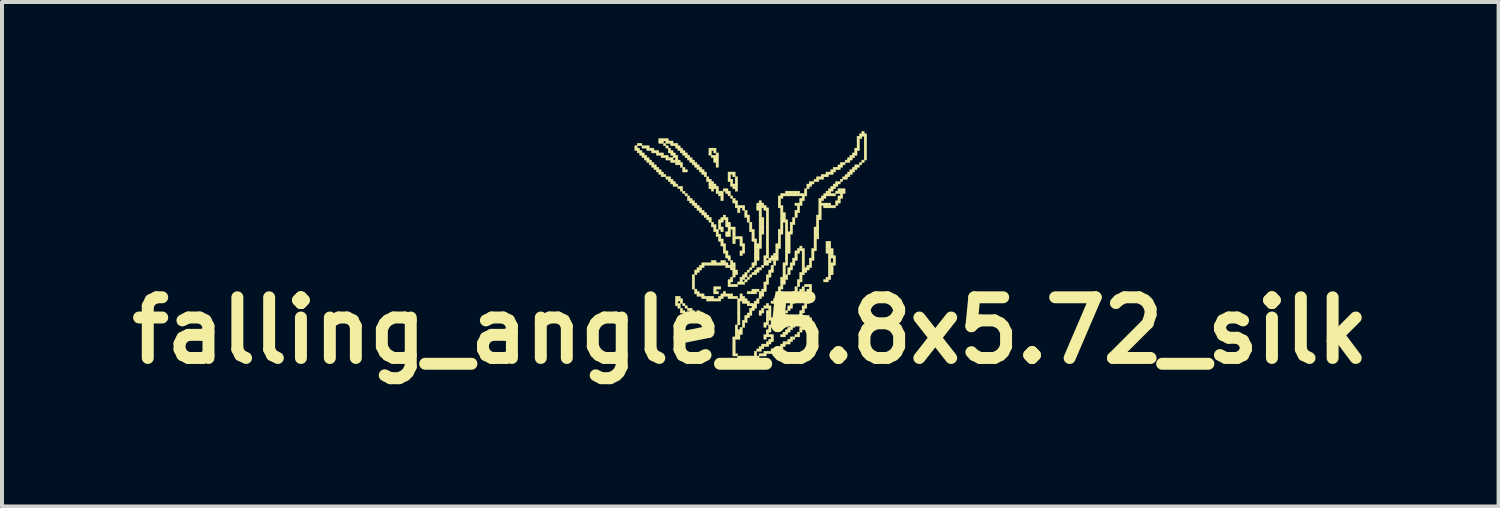
<source format=kicad_pcb>
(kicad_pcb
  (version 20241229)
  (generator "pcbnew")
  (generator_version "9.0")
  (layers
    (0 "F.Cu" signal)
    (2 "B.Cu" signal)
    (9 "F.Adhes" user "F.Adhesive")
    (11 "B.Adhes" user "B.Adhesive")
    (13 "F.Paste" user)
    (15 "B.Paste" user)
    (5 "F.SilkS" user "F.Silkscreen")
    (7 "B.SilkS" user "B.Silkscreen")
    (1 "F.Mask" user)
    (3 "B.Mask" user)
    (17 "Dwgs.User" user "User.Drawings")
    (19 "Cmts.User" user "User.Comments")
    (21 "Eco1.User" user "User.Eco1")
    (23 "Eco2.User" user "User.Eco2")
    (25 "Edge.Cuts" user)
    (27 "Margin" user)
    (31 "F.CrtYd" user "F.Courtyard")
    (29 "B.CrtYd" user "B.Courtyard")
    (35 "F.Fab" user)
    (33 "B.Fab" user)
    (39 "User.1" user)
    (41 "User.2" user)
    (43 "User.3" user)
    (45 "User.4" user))
  (footprint "falling_angle_5.8x5.72_silk"
    (layer "F.Cu")
    (at 15.792 0.25)
    (property "Reference" "falling_angle_5.8x5.72_silk" (at 0 5 0) (layer "F.SilkS") (effects (font (size 1.524 1.524) (thickness 0.3))))
    (attr through_hole)
    (fp_poly (pts (xy -2.9 0.36) (xy -2.84 0.36) (xy -2.84 0.42) (xy -2.9 0.42) (xy -2.9 0.36)) (stroke (width 0.01) (type solid)) (fill yes) (layer "F.SilkS"))
    (fp_poly (pts (xy -2.9 0.42) (xy -2.84 0.42) (xy -2.84 0.48) (xy -2.9 0.48) (xy -2.9 0.42)) (stroke (width 0.01) (type solid)) (fill yes) (layer "F.SilkS"))
    (fp_poly (pts (xy -2.84 0.3) (xy -2.78 0.3) (xy -2.78 0.36) (xy -2.84 0.36) (xy -2.84 0.3)) (stroke (width 0.01) (type solid)) (fill yes) (layer "F.SilkS"))
    (fp_poly (pts (xy -2.84 0.42) (xy -2.78 0.42) (xy -2.78 0.48) (xy -2.84 0.48) (xy -2.84 0.42)) (stroke (width 0.01) (type solid)) (fill yes) (layer "F.SilkS"))
    (fp_poly (pts (xy -2.84 0.48) (xy -2.78 0.48) (xy -2.78 0.54) (xy -2.84 0.54) (xy -2.84 0.48)) (stroke (width 0.01) (type solid)) (fill yes) (layer "F.SilkS"))
    (fp_poly (pts (xy -2.78 0.3) (xy -2.72 0.3) (xy -2.72 0.36) (xy -2.78 0.36) (xy -2.78 0.3)) (stroke (width 0.01) (type solid)) (fill yes) (layer "F.SilkS"))
    (fp_poly (pts (xy -2.78 0.48) (xy -2.72 0.48) (xy -2.72 0.54) (xy -2.78 0.54) (xy -2.78 0.48)) (stroke (width 0.01) (type solid)) (fill yes) (layer "F.SilkS"))
    (fp_poly (pts (xy -2.78 0.54) (xy -2.72 0.54) (xy -2.72 0.6) (xy -2.78 0.6) (xy -2.78 0.54)) (stroke (width 0.01) (type solid)) (fill yes) (layer "F.SilkS"))
    (fp_poly (pts (xy -2.72 0.36) (xy -2.66 0.36) (xy -2.66 0.42) (xy -2.72 0.42) (xy -2.72 0.36)) (stroke (width 0.01) (type solid)) (fill yes) (layer "F.SilkS"))
    (fp_poly (pts (xy -2.72 0.54) (xy -2.66 0.54) (xy -2.66 0.6) (xy -2.72 0.6) (xy -2.72 0.54)) (stroke (width 0.01) (type solid)) (fill yes) (layer "F.SilkS"))
    (fp_poly (pts (xy -2.72 0.6) (xy -2.66 0.6) (xy -2.66 0.66) (xy -2.72 0.66) (xy -2.72 0.6)) (stroke (width 0.01) (type solid)) (fill yes) (layer "F.SilkS"))
    (fp_poly (pts (xy -2.66 0.36) (xy -2.6 0.36) (xy -2.6 0.42) (xy -2.66 0.42) (xy -2.66 0.36)) (stroke (width 0.01) (type solid)) (fill yes) (layer "F.SilkS"))
    (fp_poly (pts (xy -2.66 0.6) (xy -2.6 0.6) (xy -2.6 0.66) (xy -2.66 0.66) (xy -2.66 0.6)) (stroke (width 0.01) (type solid)) (fill yes) (layer "F.SilkS"))
    (fp_poly (pts (xy -2.66 0.66) (xy -2.6 0.66) (xy -2.6 0.72) (xy -2.66 0.72) (xy -2.66 0.66)) (stroke (width 0.01) (type solid)) (fill yes) (layer "F.SilkS"))
    (fp_poly (pts (xy -2.6 0.36) (xy -2.54 0.36) (xy -2.54 0.42) (xy -2.6 0.42) (xy -2.6 0.36)) (stroke (width 0.01) (type solid)) (fill yes) (layer "F.SilkS"))
    (fp_poly (pts (xy -2.6 0.42) (xy -2.54 0.42) (xy -2.54 0.48) (xy -2.6 0.48) (xy -2.6 0.42)) (stroke (width 0.01) (type solid)) (fill yes) (layer "F.SilkS"))
    (fp_poly (pts (xy -2.6 0.66) (xy -2.54 0.66) (xy -2.54 0.72) (xy -2.6 0.72) (xy -2.6 0.66)) (stroke (width 0.01) (type solid)) (fill yes) (layer "F.SilkS"))
    (fp_poly (pts (xy -2.6 0.72) (xy -2.54 0.72) (xy -2.54 0.78) (xy -2.6 0.78) (xy -2.6 0.72)) (stroke (width 0.01) (type solid)) (fill yes) (layer "F.SilkS"))
    (fp_poly (pts (xy -2.54 0.42) (xy -2.48 0.42) (xy -2.48 0.48) (xy -2.54 0.48) (xy -2.54 0.42)) (stroke (width 0.01) (type solid)) (fill yes) (layer "F.SilkS"))
    (fp_poly (pts (xy -2.54 0.72) (xy -2.48 0.72) (xy -2.48 0.78) (xy -2.54 0.78) (xy -2.54 0.72)) (stroke (width 0.01) (type solid)) (fill yes) (layer "F.SilkS"))
    (fp_poly (pts (xy -2.54 0.78) (xy -2.48 0.78) (xy -2.48 0.84) (xy -2.54 0.84) (xy -2.54 0.78)) (stroke (width 0.01) (type solid)) (fill yes) (layer "F.SilkS"))
    (fp_poly (pts (xy -2.48 0.42) (xy -2.42 0.42) (xy -2.42 0.48) (xy -2.48 0.48) (xy -2.48 0.42)) (stroke (width 0.01) (type solid)) (fill yes) (layer "F.SilkS"))
    (fp_poly (pts (xy -2.48 0.48) (xy -2.42 0.48) (xy -2.42 0.54) (xy -2.48 0.54) (xy -2.48 0.48)) (stroke (width 0.01) (type solid)) (fill yes) (layer "F.SilkS"))
    (fp_poly (pts (xy -2.48 0.78) (xy -2.42 0.78) (xy -2.42 0.84) (xy -2.48 0.84) (xy -2.48 0.78)) (stroke (width 0.01) (type solid)) (fill yes) (layer "F.SilkS"))
    (fp_poly (pts (xy -2.48 0.84) (xy -2.42 0.84) (xy -2.42 0.9) (xy -2.48 0.9) (xy -2.48 0.84)) (stroke (width 0.01) (type solid)) (fill yes) (layer "F.SilkS"))
    (fp_poly (pts (xy -2.42 0.48) (xy -2.36 0.48) (xy -2.36 0.54) (xy -2.42 0.54) (xy -2.42 0.48)) (stroke (width 0.01) (type solid)) (fill yes) (layer "F.SilkS"))
    (fp_poly (pts (xy -2.42 0.84) (xy -2.36 0.84) (xy -2.36 0.9) (xy -2.42 0.9) (xy -2.42 0.84)) (stroke (width 0.01) (type solid)) (fill yes) (layer "F.SilkS"))
    (fp_poly (pts (xy -2.42 0.9) (xy -2.36 0.9) (xy -2.36 0.96) (xy -2.42 0.96) (xy -2.42 0.9)) (stroke (width 0.01) (type solid)) (fill yes) (layer "F.SilkS"))
    (fp_poly (pts (xy -2.36 0.48) (xy -2.3 0.48) (xy -2.3 0.54) (xy -2.36 0.54) (xy -2.36 0.48)) (stroke (width 0.01) (type solid)) (fill yes) (layer "F.SilkS"))
    (fp_poly (pts (xy -2.36 0.54) (xy -2.3 0.54) (xy -2.3 0.6) (xy -2.36 0.6) (xy -2.36 0.54)) (stroke (width 0.01) (type solid)) (fill yes) (layer "F.SilkS"))
    (fp_poly (pts (xy -2.36 0.9) (xy -2.3 0.9) (xy -2.3 0.96) (xy -2.36 0.96) (xy -2.36 0.9)) (stroke (width 0.01) (type solid)) (fill yes) (layer "F.SilkS"))
    (fp_poly (pts (xy -2.36 0.96) (xy -2.3 0.96) (xy -2.3 1.02) (xy -2.36 1.02) (xy -2.36 0.96)) (stroke (width 0.01) (type solid)) (fill yes) (layer "F.SilkS"))
    (fp_poly (pts (xy -2.3 0.18) (xy -2.24 0.18) (xy -2.24 0.24) (xy -2.3 0.24) (xy -2.3 0.18)) (stroke (width 0.01) (type solid)) (fill yes) (layer "F.SilkS"))
    (fp_poly (pts (xy -2.3 0.24) (xy -2.24 0.24) (xy -2.24 0.3) (xy -2.3 0.3) (xy -2.3 0.24)) (stroke (width 0.01) (type solid)) (fill yes) (layer "F.SilkS"))
    (fp_poly (pts (xy -2.3 0.54) (xy -2.24 0.54) (xy -2.24 0.6) (xy -2.3 0.6) (xy -2.3 0.54)) (stroke (width 0.01) (type solid)) (fill yes) (layer "F.SilkS"))
    (fp_poly (pts (xy -2.3 0.96) (xy -2.24 0.96) (xy -2.24 1.02) (xy -2.3 1.02) (xy -2.3 0.96)) (stroke (width 0.01) (type solid)) (fill yes) (layer "F.SilkS"))
    (fp_poly (pts (xy -2.3 1.02) (xy -2.24 1.02) (xy -2.24 1.08) (xy -2.3 1.08) (xy -2.3 1.02)) (stroke (width 0.01) (type solid)) (fill yes) (layer "F.SilkS"))
    (fp_poly (pts (xy -2.24 0.18) (xy -2.18 0.18) (xy -2.18 0.24) (xy -2.24 0.24) (xy -2.24 0.18)) (stroke (width 0.01) (type solid)) (fill yes) (layer "F.SilkS"))
    (fp_poly (pts (xy -2.24 0.24) (xy -2.18 0.24) (xy -2.18 0.3) (xy -2.24 0.3) (xy -2.24 0.24)) (stroke (width 0.01) (type solid)) (fill yes) (layer "F.SilkS"))
    (fp_poly (pts (xy -2.24 0.54) (xy -2.18 0.54) (xy -2.18 0.6) (xy -2.24 0.6) (xy -2.24 0.54)) (stroke (width 0.01) (type solid)) (fill yes) (layer "F.SilkS"))
    (fp_poly (pts (xy -2.24 0.6) (xy -2.18 0.6) (xy -2.18 0.66) (xy -2.24 0.66) (xy -2.24 0.6)) (stroke (width 0.01) (type solid)) (fill yes) (layer "F.SilkS"))
    (fp_poly (pts (xy -2.24 1.02) (xy -2.18 1.02) (xy -2.18 1.08) (xy -2.24 1.08) (xy -2.24 1.02)) (stroke (width 0.01) (type solid)) (fill yes) (layer "F.SilkS"))
    (fp_poly (pts (xy -2.24 1.08) (xy -2.18 1.08) (xy -2.18 1.14) (xy -2.24 1.14) (xy -2.24 1.08)) (stroke (width 0.01) (type solid)) (fill yes) (layer "F.SilkS"))
    (fp_poly (pts (xy -2.18 0.18) (xy -2.12 0.18) (xy -2.12 0.24) (xy -2.18 0.24) (xy -2.18 0.18)) (stroke (width 0.01) (type solid)) (fill yes) (layer "F.SilkS"))
    (fp_poly (pts (xy -2.18 0.3) (xy -2.12 0.3) (xy -2.12 0.36) (xy -2.18 0.36) (xy -2.18 0.3)) (stroke (width 0.01) (type solid)) (fill yes) (layer "F.SilkS"))
    (fp_poly (pts (xy -2.18 0.6) (xy -2.12 0.6) (xy -2.12 0.66) (xy -2.18 0.66) (xy -2.18 0.6)) (stroke (width 0.01) (type solid)) (fill yes) (layer "F.SilkS"))
    (fp_poly (pts (xy -2.18 1.08) (xy -2.12 1.08) (xy -2.12 1.14) (xy -2.18 1.14) (xy -2.18 1.08)) (stroke (width 0.01) (type solid)) (fill yes) (layer "F.SilkS"))
    (fp_poly (pts (xy -2.12 0.18) (xy -2.06 0.18) (xy -2.06 0.24) (xy -2.12 0.24) (xy -2.12 0.18)) (stroke (width 0.01) (type solid)) (fill yes) (layer "F.SilkS"))
    (fp_poly (pts (xy -2.12 0.24) (xy -2.06 0.24) (xy -2.06 0.3) (xy -2.12 0.3) (xy -2.12 0.24)) (stroke (width 0.01) (type solid)) (fill yes) (layer "F.SilkS"))
    (fp_poly (pts (xy -2.12 0.36) (xy -2.06 0.36) (xy -2.06 0.42) (xy -2.12 0.42) (xy -2.12 0.36)) (stroke (width 0.01) (type solid)) (fill yes) (layer "F.SilkS"))
    (fp_poly (pts (xy -2.12 0.6) (xy -2.06 0.6) (xy -2.06 0.66) (xy -2.12 0.66) (xy -2.12 0.6)) (stroke (width 0.01) (type solid)) (fill yes) (layer "F.SilkS"))
    (fp_poly (pts (xy -2.12 0.66) (xy -2.06 0.66) (xy -2.06 0.72) (xy -2.12 0.72) (xy -2.12 0.66)) (stroke (width 0.01) (type solid)) (fill yes) (layer "F.SilkS"))
    (fp_poly (pts (xy -2.12 1.14) (xy -2.06 1.14) (xy -2.06 1.2) (xy -2.12 1.2) (xy -2.12 1.14)) (stroke (width 0.01) (type solid)) (fill yes) (layer "F.SilkS"))
    (fp_poly (pts (xy -2.06 0.24) (xy -2 0.24) (xy -2 0.3) (xy -2.06 0.3) (xy -2.06 0.24)) (stroke (width 0.01) (type solid)) (fill yes) (layer "F.SilkS"))
    (fp_poly (pts (xy -2.06 0.42) (xy -2 0.42) (xy -2 0.48) (xy -2.06 0.48) (xy -2.06 0.42)) (stroke (width 0.01) (type solid)) (fill yes) (layer "F.SilkS"))
    (fp_poly (pts (xy -2.06 0.48) (xy -2 0.48) (xy -2 0.54) (xy -2.06 0.54) (xy -2.06 0.48)) (stroke (width 0.01) (type solid)) (fill yes) (layer "F.SilkS"))
    (fp_poly (pts (xy -2.06 0.66) (xy -2 0.66) (xy -2 0.72) (xy -2.06 0.72) (xy -2.06 0.66)) (stroke (width 0.01) (type solid)) (fill yes) (layer "F.SilkS"))
    (fp_poly (pts (xy -2.06 1.14) (xy -2 1.14) (xy -2 1.2) (xy -2.06 1.2) (xy -2.06 1.14)) (stroke (width 0.01) (type solid)) (fill yes) (layer "F.SilkS"))
    (fp_poly (pts (xy -2.06 1.2) (xy -2 1.2) (xy -2 1.26) (xy -2.06 1.26) (xy -2.06 1.2)) (stroke (width 0.01) (type solid)) (fill yes) (layer "F.SilkS"))
    (fp_poly (pts (xy -2 0.24) (xy -1.94 0.24) (xy -1.94 0.3) (xy -2 0.3) (xy -2 0.24)) (stroke (width 0.01) (type solid)) (fill yes) (layer "F.SilkS"))
    (fp_poly (pts (xy -2 0.3) (xy -1.94 0.3) (xy -1.94 0.36) (xy -2 0.36) (xy -2 0.3)) (stroke (width 0.01) (type solid)) (fill yes) (layer "F.SilkS"))
    (fp_poly (pts (xy -2 0.48) (xy -1.94 0.48) (xy -1.94 0.54) (xy -2 0.54) (xy -2 0.48)) (stroke (width 0.01) (type solid)) (fill yes) (layer "F.SilkS"))
    (fp_poly (pts (xy -2 0.54) (xy -1.94 0.54) (xy -1.94 0.6) (xy -2 0.6) (xy -2 0.54)) (stroke (width 0.01) (type solid)) (fill yes) (layer "F.SilkS"))
    (fp_poly (pts (xy -2 0.66) (xy -1.94 0.66) (xy -1.94 0.72) (xy -2 0.72) (xy -2 0.66)) (stroke (width 0.01) (type solid)) (fill yes) (layer "F.SilkS"))
    (fp_poly (pts (xy -2 0.72) (xy -1.94 0.72) (xy -1.94 0.78) (xy -2 0.78) (xy -2 0.72)) (stroke (width 0.01) (type solid)) (fill yes) (layer "F.SilkS"))
    (fp_poly (pts (xy -2 1.2) (xy -1.94 1.2) (xy -1.94 1.26) (xy -2 1.26) (xy -2 1.2)) (stroke (width 0.01) (type solid)) (fill yes) (layer "F.SilkS"))
    (fp_poly (pts (xy -2 1.26) (xy -1.94 1.26) (xy -1.94 1.32) (xy -2 1.32) (xy -2 1.26)) (stroke (width 0.01) (type solid)) (fill yes) (layer "F.SilkS"))
    (fp_poly (pts (xy -1.94 0.3) (xy -1.88 0.3) (xy -1.88 0.36) (xy -1.94 0.36) (xy -1.94 0.3)) (stroke (width 0.01) (type solid)) (fill yes) (layer "F.SilkS"))
    (fp_poly (pts (xy -1.94 0.54) (xy -1.88 0.54) (xy -1.88 0.6) (xy -1.94 0.6) (xy -1.94 0.54)) (stroke (width 0.01) (type solid)) (fill yes) (layer "F.SilkS"))
    (fp_poly (pts (xy -1.94 0.6) (xy -1.88 0.6) (xy -1.88 0.66) (xy -1.94 0.66) (xy -1.94 0.6)) (stroke (width 0.01) (type solid)) (fill yes) (layer "F.SilkS"))
    (fp_poly (pts (xy -1.94 0.72) (xy -1.88 0.72) (xy -1.88 0.78) (xy -1.94 0.78) (xy -1.94 0.72)) (stroke (width 0.01) (type solid)) (fill yes) (layer "F.SilkS"))
    (fp_poly (pts (xy -1.94 1.26) (xy -1.88 1.26) (xy -1.88 1.32) (xy -1.94 1.32) (xy -1.94 1.26)) (stroke (width 0.01) (type solid)) (fill yes) (layer "F.SilkS"))
    (fp_poly (pts (xy -1.94 1.32) (xy -1.88 1.32) (xy -1.88 1.38) (xy -1.94 1.38) (xy -1.94 1.32)) (stroke (width 0.01) (type solid)) (fill yes) (layer "F.SilkS"))
    (fp_poly (pts (xy -1.88 0.3) (xy -1.82 0.3) (xy -1.82 0.36) (xy -1.88 0.36) (xy -1.88 0.3)) (stroke (width 0.01) (type solid)) (fill yes) (layer "F.SilkS"))
    (fp_poly (pts (xy -1.88 0.36) (xy -1.82 0.36) (xy -1.82 0.42) (xy -1.88 0.42) (xy -1.88 0.36)) (stroke (width 0.01) (type solid)) (fill yes) (layer "F.SilkS"))
    (fp_poly (pts (xy -1.88 0.6) (xy -1.82 0.6) (xy -1.82 0.66) (xy -1.88 0.66) (xy -1.88 0.6)) (stroke (width 0.01) (type solid)) (fill yes) (layer "F.SilkS"))
    (fp_poly (pts (xy -1.88 0.66) (xy -1.82 0.66) (xy -1.82 0.72) (xy -1.88 0.72) (xy -1.88 0.66)) (stroke (width 0.01) (type solid)) (fill yes) (layer "F.SilkS"))
    (fp_poly (pts (xy -1.88 0.72) (xy -1.82 0.72) (xy -1.82 0.78) (xy -1.88 0.78) (xy -1.88 0.72)) (stroke (width 0.01) (type solid)) (fill yes) (layer "F.SilkS"))
    (fp_poly (pts (xy -1.88 0.78) (xy -1.82 0.78) (xy -1.82 0.84) (xy -1.88 0.84) (xy -1.88 0.78)) (stroke (width 0.01) (type solid)) (fill yes) (layer "F.SilkS"))
    (fp_poly (pts (xy -1.88 1.32) (xy -1.82 1.32) (xy -1.82 1.38) (xy -1.88 1.38) (xy -1.88 1.32)) (stroke (width 0.01) (type solid)) (fill yes) (layer "F.SilkS"))
    (fp_poly (pts (xy -1.88 4.14) (xy -1.82 4.14) (xy -1.82 4.2) (xy -1.88 4.2) (xy -1.88 4.14)) (stroke (width 0.01) (type solid)) (fill yes) (layer "F.SilkS"))
    (fp_poly (pts (xy -1.88 4.2) (xy -1.82 4.2) (xy -1.82 4.26) (xy -1.88 4.26) (xy -1.88 4.2)) (stroke (width 0.01) (type solid)) (fill yes) (layer "F.SilkS"))
    (fp_poly (pts (xy -1.88 4.26) (xy -1.82 4.26) (xy -1.82 4.32) (xy -1.88 4.32) (xy -1.88 4.26)) (stroke (width 0.01) (type solid)) (fill yes) (layer "F.SilkS"))
    (fp_poly (pts (xy -1.88 4.32) (xy -1.82 4.32) (xy -1.82 4.38) (xy -1.88 4.38) (xy -1.88 4.32)) (stroke (width 0.01) (type solid)) (fill yes) (layer "F.SilkS"))
    (fp_poly (pts (xy -1.82 0.36) (xy -1.76 0.36) (xy -1.76 0.42) (xy -1.82 0.42) (xy -1.82 0.36)) (stroke (width 0.01) (type solid)) (fill yes) (layer "F.SilkS"))
    (fp_poly (pts (xy -1.82 0.42) (xy -1.76 0.42) (xy -1.76 0.48) (xy -1.82 0.48) (xy -1.82 0.42)) (stroke (width 0.01) (type solid)) (fill yes) (layer "F.SilkS"))
    (fp_poly (pts (xy -1.82 0.72) (xy -1.76 0.72) (xy -1.76 0.78) (xy -1.82 0.78) (xy -1.82 0.72)) (stroke (width 0.01) (type solid)) (fill yes) (layer "F.SilkS"))
    (fp_poly (pts (xy -1.82 0.78) (xy -1.76 0.78) (xy -1.76 0.84) (xy -1.82 0.84) (xy -1.82 0.78)) (stroke (width 0.01) (type solid)) (fill yes) (layer "F.SilkS"))
    (fp_poly (pts (xy -1.82 1.38) (xy -1.76 1.38) (xy -1.76 1.44) (xy -1.82 1.44) (xy -1.82 1.38)) (stroke (width 0.01) (type solid)) (fill yes) (layer "F.SilkS"))
    (fp_poly (pts (xy -1.82 4.14) (xy -1.76 4.14) (xy -1.76 4.2) (xy -1.82 4.2) (xy -1.82 4.14)) (stroke (width 0.01) (type solid)) (fill yes) (layer "F.SilkS"))
    (fp_poly (pts (xy -1.82 4.2) (xy -1.76 4.2) (xy -1.76 4.26) (xy -1.82 4.26) (xy -1.82 4.2)) (stroke (width 0.01) (type solid)) (fill yes) (layer "F.SilkS"))
    (fp_poly (pts (xy -1.82 4.32) (xy -1.76 4.32) (xy -1.76 4.38) (xy -1.82 4.38) (xy -1.82 4.32)) (stroke (width 0.01) (type solid)) (fill yes) (layer "F.SilkS"))
    (fp_poly (pts (xy -1.82 4.38) (xy -1.76 4.38) (xy -1.76 4.44) (xy -1.82 4.44) (xy -1.82 4.38)) (stroke (width 0.01) (type solid)) (fill yes) (layer "F.SilkS"))
    (fp_poly (pts (xy -1.76 0.42) (xy -1.7 0.42) (xy -1.7 0.48) (xy -1.76 0.48) (xy -1.76 0.42)) (stroke (width 0.01) (type solid)) (fill yes) (layer "F.SilkS"))
    (fp_poly (pts (xy -1.76 0.48) (xy -1.7 0.48) (xy -1.7 0.54) (xy -1.76 0.54) (xy -1.76 0.48)) (stroke (width 0.01) (type solid)) (fill yes) (layer "F.SilkS"))
    (fp_poly (pts (xy -1.76 0.78) (xy -1.7 0.78) (xy -1.7 0.84) (xy -1.76 0.84) (xy -1.76 0.78)) (stroke (width 0.01) (type solid)) (fill yes) (layer "F.SilkS"))
    (fp_poly (pts (xy -1.76 0.84) (xy -1.7 0.84) (xy -1.7 0.9) (xy -1.76 0.9) (xy -1.76 0.84)) (stroke (width 0.01) (type solid)) (fill yes) (layer "F.SilkS"))
    (fp_poly (pts (xy -1.76 1.38) (xy -1.7 1.38) (xy -1.7 1.44) (xy -1.76 1.44) (xy -1.76 1.38)) (stroke (width 0.01) (type solid)) (fill yes) (layer "F.SilkS"))
    (fp_poly (pts (xy -1.76 1.44) (xy -1.7 1.44) (xy -1.7 1.5) (xy -1.76 1.5) (xy -1.76 1.44)) (stroke (width 0.01) (type solid)) (fill yes) (layer "F.SilkS"))
    (fp_poly (pts (xy -1.76 4.2) (xy -1.7 4.2) (xy -1.7 4.26) (xy -1.76 4.26) (xy -1.76 4.2)) (stroke (width 0.01) (type solid)) (fill yes) (layer "F.SilkS"))
    (fp_poly (pts (xy -1.76 4.26) (xy -1.7 4.26) (xy -1.7 4.32) (xy -1.76 4.32) (xy -1.76 4.26)) (stroke (width 0.01) (type solid)) (fill yes) (layer "F.SilkS"))
    (fp_poly (pts (xy -1.76 4.44) (xy -1.7 4.44) (xy -1.7 4.5) (xy -1.76 4.5) (xy -1.76 4.44)) (stroke (width 0.01) (type solid)) (fill yes) (layer "F.SilkS"))
    (fp_poly (pts (xy -1.76 4.5) (xy -1.7 4.5) (xy -1.7 4.56) (xy -1.76 4.56) (xy -1.76 4.5)) (stroke (width 0.01) (type solid)) (fill yes) (layer "F.SilkS"))
    (fp_poly (pts (xy -1.7 0.48) (xy -1.64 0.48) (xy -1.64 0.54) (xy -1.7 0.54) (xy -1.7 0.48)) (stroke (width 0.01) (type solid)) (fill yes) (layer "F.SilkS"))
    (fp_poly (pts (xy -1.7 0.54) (xy -1.64 0.54) (xy -1.64 0.6) (xy -1.7 0.6) (xy -1.7 0.54)) (stroke (width 0.01) (type solid)) (fill yes) (layer "F.SilkS"))
    (fp_poly (pts (xy -1.7 0.9) (xy -1.64 0.9) (xy -1.64 0.96) (xy -1.7 0.96) (xy -1.7 0.9)) (stroke (width 0.01) (type solid)) (fill yes) (layer "F.SilkS"))
    (fp_poly (pts (xy -1.7 0.96) (xy -1.64 0.96) (xy -1.64 1.02) (xy -1.7 1.02) (xy -1.7 0.96)) (stroke (width 0.01) (type solid)) (fill yes) (layer "F.SilkS"))
    (fp_poly (pts (xy -1.7 1.5) (xy -1.64 1.5) (xy -1.64 1.56) (xy -1.7 1.56) (xy -1.7 1.5)) (stroke (width 0.01) (type solid)) (fill yes) (layer "F.SilkS"))
    (fp_poly (pts (xy -1.7 4.32) (xy -1.64 4.32) (xy -1.64 4.38) (xy -1.7 4.38) (xy -1.7 4.32)) (stroke (width 0.01) (type solid)) (fill yes) (layer "F.SilkS"))
    (fp_poly (pts (xy -1.7 4.5) (xy -1.64 4.5) (xy -1.64 4.56) (xy -1.7 4.56) (xy -1.7 4.5)) (stroke (width 0.01) (type solid)) (fill yes) (layer "F.SilkS"))
    (fp_poly (pts (xy -1.64 0.54) (xy -1.58 0.54) (xy -1.58 0.6) (xy -1.64 0.6) (xy -1.64 0.54)) (stroke (width 0.01) (type solid)) (fill yes) (layer "F.SilkS"))
    (fp_poly (pts (xy -1.64 0.6) (xy -1.58 0.6) (xy -1.58 0.66) (xy -1.64 0.66) (xy -1.64 0.6)) (stroke (width 0.01) (type solid)) (fill yes) (layer "F.SilkS"))
    (fp_poly (pts (xy -1.64 0.96) (xy -1.58 0.96) (xy -1.58 1.02) (xy -1.64 1.02) (xy -1.64 0.96)) (stroke (width 0.01) (type solid)) (fill yes) (layer "F.SilkS"))
    (fp_poly (pts (xy -1.64 1.56) (xy -1.58 1.56) (xy -1.58 1.62) (xy -1.64 1.62) (xy -1.64 1.56)) (stroke (width 0.01) (type solid)) (fill yes) (layer "F.SilkS"))
    (fp_poly (pts (xy -1.64 4.38) (xy -1.58 4.38) (xy -1.58 4.44) (xy -1.64 4.44) (xy -1.64 4.38)) (stroke (width 0.01) (type solid)) (fill yes) (layer "F.SilkS"))
    (fp_poly (pts (xy -1.64 4.56) (xy -1.58 4.56) (xy -1.58 4.62) (xy -1.64 4.62) (xy -1.64 4.56)) (stroke (width 0.01) (type solid)) (fill yes) (layer "F.SilkS"))
    (fp_poly (pts (xy -1.58 0.6) (xy -1.52 0.6) (xy -1.52 0.66) (xy -1.58 0.66) (xy -1.58 0.6)) (stroke (width 0.01) (type solid)) (fill yes) (layer "F.SilkS"))
    (fp_poly (pts (xy -1.58 0.66) (xy -1.52 0.66) (xy -1.52 0.72) (xy -1.58 0.72) (xy -1.58 0.66)) (stroke (width 0.01) (type solid)) (fill yes) (layer "F.SilkS"))
    (fp_poly (pts (xy -1.58 1.62) (xy -1.52 1.62) (xy -1.52 1.68) (xy -1.58 1.68) (xy -1.58 1.62)) (stroke (width 0.01) (type solid)) (fill yes) (layer "F.SilkS"))
    (fp_poly (pts (xy -1.58 1.68) (xy -1.52 1.68) (xy -1.52 1.74) (xy -1.58 1.74) (xy -1.58 1.68)) (stroke (width 0.01) (type solid)) (fill yes) (layer "F.SilkS"))
    (fp_poly (pts (xy -1.58 4.44) (xy -1.52 4.44) (xy -1.52 4.5) (xy -1.58 4.5) (xy -1.58 4.44)) (stroke (width 0.01) (type solid)) (fill yes) (layer "F.SilkS"))
    (fp_poly (pts (xy -1.58 4.56) (xy -1.52 4.56) (xy -1.52 4.62) (xy -1.58 4.62) (xy -1.58 4.56)) (stroke (width 0.01) (type solid)) (fill yes) (layer "F.SilkS"))
    (fp_poly (pts (xy -1.58 4.62) (xy -1.52 4.62) (xy -1.52 4.68) (xy -1.58 4.68) (xy -1.58 4.62)) (stroke (width 0.01) (type solid)) (fill yes) (layer "F.SilkS"))
    (fp_poly (pts (xy -1.52 0.66) (xy -1.46 0.66) (xy -1.46 0.72) (xy -1.52 0.72) (xy -1.52 0.66)) (stroke (width 0.01) (type solid)) (fill yes) (layer "F.SilkS"))
    (fp_poly (pts (xy -1.52 0.72) (xy -1.46 0.72) (xy -1.46 0.78) (xy -1.52 0.78) (xy -1.52 0.72)) (stroke (width 0.01) (type solid)) (fill yes) (layer "F.SilkS"))
    (fp_poly (pts (xy -1.52 1.68) (xy -1.46 1.68) (xy -1.46 1.74) (xy -1.52 1.74) (xy -1.52 1.68)) (stroke (width 0.01) (type solid)) (fill yes) (layer "F.SilkS"))
    (fp_poly (pts (xy -1.52 1.74) (xy -1.46 1.74) (xy -1.46 1.8) (xy -1.52 1.8) (xy -1.52 1.74)) (stroke (width 0.01) (type solid)) (fill yes) (layer "F.SilkS"))
    (fp_poly (pts (xy -1.52 4.44) (xy -1.46 4.44) (xy -1.46 4.5) (xy -1.52 4.5) (xy -1.52 4.44)) (stroke (width 0.01) (type solid)) (fill yes) (layer "F.SilkS"))
    (fp_poly (pts (xy -1.52 4.5) (xy -1.46 4.5) (xy -1.46 4.56) (xy -1.52 4.56) (xy -1.52 4.5)) (stroke (width 0.01) (type solid)) (fill yes) (layer "F.SilkS"))
    (fp_poly (pts (xy -1.52 4.56) (xy -1.46 4.56) (xy -1.46 4.62) (xy -1.52 4.62) (xy -1.52 4.56)) (stroke (width 0.01) (type solid)) (fill yes) (layer "F.SilkS"))
    (fp_poly (pts (xy -1.52 4.62) (xy -1.46 4.62) (xy -1.46 4.68) (xy -1.52 4.68) (xy -1.52 4.62)) (stroke (width 0.01) (type solid)) (fill yes) (layer "F.SilkS"))
    (fp_poly (pts (xy -1.46 0.72) (xy -1.4 0.72) (xy -1.4 0.78) (xy -1.46 0.78) (xy -1.46 0.72)) (stroke (width 0.01) (type solid)) (fill yes) (layer "F.SilkS"))
    (fp_poly (pts (xy -1.46 0.78) (xy -1.4 0.78) (xy -1.4 0.84) (xy -1.46 0.84) (xy -1.46 0.78)) (stroke (width 0.01) (type solid)) (fill yes) (layer "F.SilkS"))
    (fp_poly (pts (xy -1.46 1.74) (xy -1.4 1.74) (xy -1.4 1.8) (xy -1.46 1.8) (xy -1.46 1.74)) (stroke (width 0.01) (type solid)) (fill yes) (layer "F.SilkS"))
    (fp_poly (pts (xy -1.46 1.8) (xy -1.4 1.8) (xy -1.4 1.86) (xy -1.46 1.86) (xy -1.46 1.8)) (stroke (width 0.01) (type solid)) (fill yes) (layer "F.SilkS"))
    (fp_poly (pts (xy -1.46 3.6) (xy -1.4 3.6) (xy -1.4 3.66) (xy -1.46 3.66) (xy -1.46 3.6)) (stroke (width 0.01) (type solid)) (fill yes) (layer "F.SilkS"))
    (fp_poly (pts (xy -1.46 3.66) (xy -1.4 3.66) (xy -1.4 3.72) (xy -1.46 3.72) (xy -1.46 3.66)) (stroke (width 0.01) (type solid)) (fill yes) (layer "F.SilkS"))
    (fp_poly (pts (xy -1.46 3.72) (xy -1.4 3.72) (xy -1.4 3.78) (xy -1.46 3.78) (xy -1.46 3.72)) (stroke (width 0.01) (type solid)) (fill yes) (layer "F.SilkS"))
    (fp_poly (pts (xy -1.46 3.78) (xy -1.4 3.78) (xy -1.4 3.84) (xy -1.46 3.84) (xy -1.46 3.78)) (stroke (width 0.01) (type solid)) (fill yes) (layer "F.SilkS"))
    (fp_poly (pts (xy -1.46 3.84) (xy -1.4 3.84) (xy -1.4 3.9) (xy -1.46 3.9) (xy -1.46 3.84)) (stroke (width 0.01) (type solid)) (fill yes) (layer "F.SilkS"))
    (fp_poly (pts (xy -1.46 3.9) (xy -1.4 3.9) (xy -1.4 3.96) (xy -1.46 3.96) (xy -1.46 3.9)) (stroke (width 0.01) (type solid)) (fill yes) (layer "F.SilkS"))
    (fp_poly (pts (xy -1.46 4.5) (xy -1.4 4.5) (xy -1.4 4.56) (xy -1.46 4.56) (xy -1.46 4.5)) (stroke (width 0.01) (type solid)) (fill yes) (layer "F.SilkS"))
    (fp_poly (pts (xy -1.46 4.56) (xy -1.4 4.56) (xy -1.4 4.62) (xy -1.46 4.62) (xy -1.46 4.56)) (stroke (width 0.01) (type solid)) (fill yes) (layer "F.SilkS"))
    (fp_poly (pts (xy -1.4 0.78) (xy -1.34 0.78) (xy -1.34 0.84) (xy -1.4 0.84) (xy -1.4 0.78)) (stroke (width 0.01) (type solid)) (fill yes) (layer "F.SilkS"))
    (fp_poly (pts (xy -1.4 0.84) (xy -1.34 0.84) (xy -1.34 0.9) (xy -1.4 0.9) (xy -1.4 0.84)) (stroke (width 0.01) (type solid)) (fill yes) (layer "F.SilkS"))
    (fp_poly (pts (xy -1.4 1.8) (xy -1.34 1.8) (xy -1.34 1.86) (xy -1.4 1.86) (xy -1.4 1.8)) (stroke (width 0.01) (type solid)) (fill yes) (layer "F.SilkS"))
    (fp_poly (pts (xy -1.4 1.86) (xy -1.34 1.86) (xy -1.34 1.92) (xy -1.4 1.92) (xy -1.4 1.86)) (stroke (width 0.01) (type solid)) (fill yes) (layer "F.SilkS"))
    (fp_poly (pts (xy -1.4 3.48) (xy -1.34 3.48) (xy -1.34 3.54) (xy -1.4 3.54) (xy -1.4 3.48)) (stroke (width 0.01) (type solid)) (fill yes) (layer "F.SilkS"))
    (fp_poly (pts (xy -1.4 3.54) (xy -1.34 3.54) (xy -1.34 3.6) (xy -1.4 3.6) (xy -1.4 3.54)) (stroke (width 0.01) (type solid)) (fill yes) (layer "F.SilkS"))
    (fp_poly (pts (xy -1.4 3.96) (xy -1.34 3.96) (xy -1.34 4.02) (xy -1.4 4.02) (xy -1.4 3.96)) (stroke (width 0.01) (type solid)) (fill yes) (layer "F.SilkS"))
    (fp_poly (pts (xy -1.4 4.02) (xy -1.34 4.02) (xy -1.34 4.08) (xy -1.4 4.08) (xy -1.4 4.02)) (stroke (width 0.01) (type solid)) (fill yes) (layer "F.SilkS"))
    (fp_poly (pts (xy -1.4 4.56) (xy -1.34 4.56) (xy -1.34 4.62) (xy -1.4 4.62) (xy -1.4 4.56)) (stroke (width 0.01) (type solid)) (fill yes) (layer "F.SilkS"))
    (fp_poly (pts (xy -1.34 0.84) (xy -1.28 0.84) (xy -1.28 0.9) (xy -1.34 0.9) (xy -1.34 0.84)) (stroke (width 0.01) (type solid)) (fill yes) (layer "F.SilkS"))
    (fp_poly (pts (xy -1.34 0.9) (xy -1.28 0.9) (xy -1.28 0.96) (xy -1.34 0.96) (xy -1.34 0.9)) (stroke (width 0.01) (type solid)) (fill yes) (layer "F.SilkS"))
    (fp_poly (pts (xy -1.34 1.86) (xy -1.28 1.86) (xy -1.28 1.92) (xy -1.34 1.92) (xy -1.34 1.86)) (stroke (width 0.01) (type solid)) (fill yes) (layer "F.SilkS"))
    (fp_poly (pts (xy -1.34 1.92) (xy -1.28 1.92) (xy -1.28 1.98) (xy -1.34 1.98) (xy -1.34 1.92)) (stroke (width 0.01) (type solid)) (fill yes) (layer "F.SilkS"))
    (fp_poly (pts (xy -1.34 3.42) (xy -1.28 3.42) (xy -1.28 3.48) (xy -1.34 3.48) (xy -1.34 3.42)) (stroke (width 0.01) (type solid)) (fill yes) (layer "F.SilkS"))
    (fp_poly (pts (xy -1.34 3.48) (xy -1.28 3.48) (xy -1.28 3.54) (xy -1.34 3.54) (xy -1.34 3.48)) (stroke (width 0.01) (type solid)) (fill yes) (layer "F.SilkS"))
    (fp_poly (pts (xy -1.34 4.02) (xy -1.28 4.02) (xy -1.28 4.08) (xy -1.34 4.08) (xy -1.34 4.02)) (stroke (width 0.01) (type solid)) (fill yes) (layer "F.SilkS"))
    (fp_poly (pts (xy -1.34 4.08) (xy -1.28 4.08) (xy -1.28 4.14) (xy -1.34 4.14) (xy -1.34 4.08)) (stroke (width 0.01) (type solid)) (fill yes) (layer "F.SilkS"))
    (fp_poly (pts (xy -1.34 4.5) (xy -1.28 4.5) (xy -1.28 4.56) (xy -1.34 4.56) (xy -1.34 4.5)) (stroke (width 0.01) (type solid)) (fill yes) (layer "F.SilkS"))
    (fp_poly (pts (xy -1.34 4.56) (xy -1.28 4.56) (xy -1.28 4.62) (xy -1.34 4.62) (xy -1.34 4.56)) (stroke (width 0.01) (type solid)) (fill yes) (layer "F.SilkS"))
    (fp_poly (pts (xy -1.28 0.9) (xy -1.22 0.9) (xy -1.22 0.96) (xy -1.28 0.96) (xy -1.28 0.9)) (stroke (width 0.01) (type solid)) (fill yes) (layer "F.SilkS"))
    (fp_poly (pts (xy -1.28 0.96) (xy -1.22 0.96) (xy -1.22 1.02) (xy -1.28 1.02) (xy -1.28 0.96)) (stroke (width 0.01) (type solid)) (fill yes) (layer "F.SilkS"))
    (fp_poly (pts (xy -1.28 1.92) (xy -1.22 1.92) (xy -1.22 1.98) (xy -1.28 1.98) (xy -1.28 1.92)) (stroke (width 0.01) (type solid)) (fill yes) (layer "F.SilkS"))
    (fp_poly (pts (xy -1.28 1.98) (xy -1.22 1.98) (xy -1.22 2.04) (xy -1.28 2.04) (xy -1.28 1.98)) (stroke (width 0.01) (type solid)) (fill yes) (layer "F.SilkS"))
    (fp_poly (pts (xy -1.28 3.36) (xy -1.22 3.36) (xy -1.22 3.42) (xy -1.28 3.42) (xy -1.28 3.36)) (stroke (width 0.01) (type solid)) (fill yes) (layer "F.SilkS"))
    (fp_poly (pts (xy -1.28 3.42) (xy -1.22 3.42) (xy -1.22 3.48) (xy -1.28 3.48) (xy -1.28 3.42)) (stroke (width 0.01) (type solid)) (fill yes) (layer "F.SilkS"))
    (fp_poly (pts (xy -1.28 4.08) (xy -1.22 4.08) (xy -1.22 4.14) (xy -1.28 4.14) (xy -1.28 4.08)) (stroke (width 0.01) (type solid)) (fill yes) (layer "F.SilkS"))
    (fp_poly (pts (xy -1.22 0.96) (xy -1.16 0.96) (xy -1.16 1.02) (xy -1.22 1.02) (xy -1.22 0.96)) (stroke (width 0.01) (type solid)) (fill yes) (layer "F.SilkS"))
    (fp_poly (pts (xy -1.22 1.02) (xy -1.16 1.02) (xy -1.16 1.08) (xy -1.22 1.08) (xy -1.22 1.02)) (stroke (width 0.01) (type solid)) (fill yes) (layer "F.SilkS"))
    (fp_poly (pts (xy -1.22 1.98) (xy -1.16 1.98) (xy -1.16 2.04) (xy -1.22 2.04) (xy -1.22 1.98)) (stroke (width 0.01) (type solid)) (fill yes) (layer "F.SilkS"))
    (fp_poly (pts (xy -1.22 2.04) (xy -1.16 2.04) (xy -1.16 2.1) (xy -1.22 2.1) (xy -1.22 2.04)) (stroke (width 0.01) (type solid)) (fill yes) (layer "F.SilkS"))
    (fp_poly (pts (xy -1.22 3.3) (xy -1.16 3.3) (xy -1.16 3.36) (xy -1.22 3.36) (xy -1.22 3.3)) (stroke (width 0.01) (type solid)) (fill yes) (layer "F.SilkS"))
    (fp_poly (pts (xy -1.22 3.36) (xy -1.16 3.36) (xy -1.16 3.42) (xy -1.22 3.42) (xy -1.22 3.36)) (stroke (width 0.01) (type solid)) (fill yes) (layer "F.SilkS"))
    (fp_poly (pts (xy -1.22 4.08) (xy -1.16 4.08) (xy -1.16 4.14) (xy -1.22 4.14) (xy -1.22 4.08)) (stroke (width 0.01) (type solid)) (fill yes) (layer "F.SilkS"))
    (fp_poly (pts (xy -1.22 4.14) (xy -1.16 4.14) (xy -1.16 4.2) (xy -1.22 4.2) (xy -1.22 4.14)) (stroke (width 0.01) (type solid)) (fill yes) (layer "F.SilkS"))
    (fp_poly (pts (xy -1.16 1.02) (xy -1.1 1.02) (xy -1.1 1.08) (xy -1.16 1.08) (xy -1.16 1.02)) (stroke (width 0.01) (type solid)) (fill yes) (layer "F.SilkS"))
    (fp_poly (pts (xy -1.16 1.08) (xy -1.1 1.08) (xy -1.1 1.14) (xy -1.16 1.14) (xy -1.16 1.08)) (stroke (width 0.01) (type solid)) (fill yes) (layer "F.SilkS"))
    (fp_poly (pts (xy -1.16 2.04) (xy -1.1 2.04) (xy -1.1 2.1) (xy -1.16 2.1) (xy -1.16 2.04)) (stroke (width 0.01) (type solid)) (fill yes) (layer "F.SilkS"))
    (fp_poly (pts (xy -1.16 2.1) (xy -1.1 2.1) (xy -1.1 2.16) (xy -1.16 2.16) (xy -1.16 2.1)) (stroke (width 0.01) (type solid)) (fill yes) (layer "F.SilkS"))
    (fp_poly (pts (xy -1.16 3.3) (xy -1.1 3.3) (xy -1.1 3.36) (xy -1.16 3.36) (xy -1.16 3.3)) (stroke (width 0.01) (type solid)) (fill yes) (layer "F.SilkS"))
    (fp_poly (pts (xy -1.16 4.14) (xy -1.1 4.14) (xy -1.1 4.2) (xy -1.16 4.2) (xy -1.16 4.14)) (stroke (width 0.01) (type solid)) (fill yes) (layer "F.SilkS"))
    (fp_poly (pts (xy -1.1 1.14) (xy -1.04 1.14) (xy -1.04 1.2) (xy -1.1 1.2) (xy -1.1 1.14)) (stroke (width 0.01) (type solid)) (fill yes) (layer "F.SilkS"))
    (fp_poly (pts (xy -1.1 1.2) (xy -1.04 1.2) (xy -1.04 1.26) (xy -1.1 1.26) (xy -1.1 1.2)) (stroke (width 0.01) (type solid)) (fill yes) (layer "F.SilkS"))
    (fp_poly (pts (xy -1.1 2.1) (xy -1.04 2.1) (xy -1.04 2.16) (xy -1.1 2.16) (xy -1.1 2.1)) (stroke (width 0.01) (type solid)) (fill yes) (layer "F.SilkS"))
    (fp_poly (pts (xy -1.1 2.16) (xy -1.04 2.16) (xy -1.04 2.22) (xy -1.1 2.22) (xy -1.1 2.16)) (stroke (width 0.01) (type solid)) (fill yes) (layer "F.SilkS"))
    (fp_poly (pts (xy -1.1 3.3) (xy -1.04 3.3) (xy -1.04 3.36) (xy -1.1 3.36) (xy -1.1 3.3)) (stroke (width 0.01) (type solid)) (fill yes) (layer "F.SilkS"))
    (fp_poly (pts (xy -1.1 4.14) (xy -1.04 4.14) (xy -1.04 4.2) (xy -1.1 4.2) (xy -1.1 4.14)) (stroke (width 0.01) (type solid)) (fill yes) (layer "F.SilkS"))
    (fp_poly (pts (xy -1.1 4.2) (xy -1.04 4.2) (xy -1.04 4.26) (xy -1.1 4.26) (xy -1.1 4.2)) (stroke (width 0.01) (type solid)) (fill yes) (layer "F.SilkS"))
    (fp_poly (pts (xy -1.04 0.42) (xy -0.98 0.42) (xy -0.98 0.48) (xy -1.04 0.48) (xy -1.04 0.42)) (stroke (width 0.01) (type solid)) (fill yes) (layer "F.SilkS"))
    (fp_poly (pts (xy -1.04 0.48) (xy -0.98 0.48) (xy -0.98 0.54) (xy -1.04 0.54) (xy -1.04 0.48)) (stroke (width 0.01) (type solid)) (fill yes) (layer "F.SilkS"))
    (fp_poly (pts (xy -1.04 0.54) (xy -0.98 0.54) (xy -0.98 0.6) (xy -1.04 0.6) (xy -1.04 0.54)) (stroke (width 0.01) (type solid)) (fill yes) (layer "F.SilkS"))
    (fp_poly (pts (xy -1.04 1.2) (xy -0.98 1.2) (xy -0.98 1.26) (xy -1.04 1.26) (xy -1.04 1.2)) (stroke (width 0.01) (type solid)) (fill yes) (layer "F.SilkS"))
    (fp_poly (pts (xy -1.04 1.26) (xy -0.98 1.26) (xy -0.98 1.32) (xy -1.04 1.32) (xy -1.04 1.26)) (stroke (width 0.01) (type solid)) (fill yes) (layer "F.SilkS"))
    (fp_poly (pts (xy -1.04 1.32) (xy -0.98 1.32) (xy -0.98 1.38) (xy -1.04 1.38) (xy -1.04 1.32)) (stroke (width 0.01) (type solid)) (fill yes) (layer "F.SilkS"))
    (fp_poly (pts (xy -1.04 1.38) (xy -0.98 1.38) (xy -0.98 1.44) (xy -1.04 1.44) (xy -1.04 1.38)) (stroke (width 0.01) (type solid)) (fill yes) (layer "F.SilkS"))
    (fp_poly (pts (xy -1.04 2.16) (xy -0.98 2.16) (xy -0.98 2.22) (xy -1.04 2.22) (xy -1.04 2.16)) (stroke (width 0.01) (type solid)) (fill yes) (layer "F.SilkS"))
    (fp_poly (pts (xy -1.04 2.22) (xy -0.98 2.22) (xy -0.98 2.28) (xy -1.04 2.28) (xy -1.04 2.22)) (stroke (width 0.01) (type solid)) (fill yes) (layer "F.SilkS"))
    (fp_poly (pts (xy -1.04 3.3) (xy -0.98 3.3) (xy -0.98 3.36) (xy -1.04 3.36) (xy -1.04 3.3)) (stroke (width 0.01) (type solid)) (fill yes) (layer "F.SilkS"))
    (fp_poly (pts (xy -1.04 4.14) (xy -0.98 4.14) (xy -0.98 4.2) (xy -1.04 4.2) (xy -1.04 4.14)) (stroke (width 0.01) (type solid)) (fill yes) (layer "F.SilkS"))
    (fp_poly (pts (xy -1.04 4.2) (xy -0.98 4.2) (xy -0.98 4.26) (xy -1.04 4.26) (xy -1.04 4.2)) (stroke (width 0.01) (type solid)) (fill yes) (layer "F.SilkS"))
    (fp_poly (pts (xy -0.98 0.42) (xy -0.92 0.42) (xy -0.92 0.48) (xy -0.98 0.48) (xy -0.98 0.42)) (stroke (width 0.01) (type solid)) (fill yes) (layer "F.SilkS"))
    (fp_poly (pts (xy -0.98 0.6) (xy -0.92 0.6) (xy -0.92 0.66) (xy -0.98 0.66) (xy -0.98 0.6)) (stroke (width 0.01) (type solid)) (fill yes) (layer "F.SilkS"))
    (fp_poly (pts (xy -0.98 1.26) (xy -0.92 1.26) (xy -0.92 1.32) (xy -0.98 1.32) (xy -0.98 1.26)) (stroke (width 0.01) (type solid)) (fill yes) (layer "F.SilkS"))
    (fp_poly (pts (xy -0.98 1.32) (xy -0.92 1.32) (xy -0.92 1.38) (xy -0.98 1.38) (xy -0.98 1.32)) (stroke (width 0.01) (type solid)) (fill yes) (layer "F.SilkS"))
    (fp_poly (pts (xy -0.98 1.38) (xy -0.92 1.38) (xy -0.92 1.44) (xy -0.98 1.44) (xy -0.98 1.38)) (stroke (width 0.01) (type solid)) (fill yes) (layer "F.SilkS"))
    (fp_poly (pts (xy -0.98 1.44) (xy -0.92 1.44) (xy -0.92 1.5) (xy -0.98 1.5) (xy -0.98 1.44)) (stroke (width 0.01) (type solid)) (fill yes) (layer "F.SilkS"))
    (fp_poly (pts (xy -0.98 2.28) (xy -0.92 2.28) (xy -0.92 2.34) (xy -0.98 2.34) (xy -0.98 2.28)) (stroke (width 0.01) (type solid)) (fill yes) (layer "F.SilkS"))
    (fp_poly (pts (xy -0.98 2.34) (xy -0.92 2.34) (xy -0.92 2.4) (xy -0.98 2.4) (xy -0.98 2.34)) (stroke (width 0.01) (type solid)) (fill yes) (layer "F.SilkS"))
    (fp_poly (pts (xy -0.98 3.24) (xy -0.92 3.24) (xy -0.92 3.3) (xy -0.98 3.3) (xy -0.98 3.24)) (stroke (width 0.01) (type solid)) (fill yes) (layer "F.SilkS"))
    (fp_poly (pts (xy -0.98 3.3) (xy -0.92 3.3) (xy -0.92 3.36) (xy -0.98 3.36) (xy -0.98 3.3)) (stroke (width 0.01) (type solid)) (fill yes) (layer "F.SilkS"))
    (fp_poly (pts (xy -0.98 4.14) (xy -0.92 4.14) (xy -0.92 4.2) (xy -0.98 4.2) (xy -0.98 4.14)) (stroke (width 0.01) (type solid)) (fill yes) (layer "F.SilkS"))
    (fp_poly (pts (xy -0.98 4.2) (xy -0.92 4.2) (xy -0.92 4.26) (xy -0.98 4.26) (xy -0.98 4.2)) (stroke (width 0.01) (type solid)) (fill yes) (layer "F.SilkS"))
    (fp_poly (pts (xy -0.92 0.42) (xy -0.86 0.42) (xy -0.86 0.48) (xy -0.92 0.48) (xy -0.92 0.42)) (stroke (width 0.01) (type solid)) (fill yes) (layer "F.SilkS"))
    (fp_poly (pts (xy -0.92 0.48) (xy -0.86 0.48) (xy -0.86 0.54) (xy -0.92 0.54) (xy -0.92 0.48)) (stroke (width 0.01) (type solid)) (fill yes) (layer "F.SilkS"))
    (fp_poly (pts (xy -0.92 0.6) (xy -0.86 0.6) (xy -0.86 0.66) (xy -0.92 0.66) (xy -0.92 0.6)) (stroke (width 0.01) (type solid)) (fill yes) (layer "F.SilkS"))
    (fp_poly (pts (xy -0.92 0.66) (xy -0.86 0.66) (xy -0.86 0.72) (xy -0.92 0.72) (xy -0.92 0.66)) (stroke (width 0.01) (type solid)) (fill yes) (layer "F.SilkS"))
    (fp_poly (pts (xy -0.92 0.72) (xy -0.86 0.72) (xy -0.86 0.78) (xy -0.92 0.78) (xy -0.92 0.72)) (stroke (width 0.01) (type solid)) (fill yes) (layer "F.SilkS"))
    (fp_poly (pts (xy -0.92 1.32) (xy -0.86 1.32) (xy -0.86 1.38) (xy -0.92 1.38) (xy -0.92 1.32)) (stroke (width 0.01) (type solid)) (fill yes) (layer "F.SilkS"))
    (fp_poly (pts (xy -0.92 1.38) (xy -0.86 1.38) (xy -0.86 1.44) (xy -0.92 1.44) (xy -0.92 1.38)) (stroke (width 0.01) (type solid)) (fill yes) (layer "F.SilkS"))
    (fp_poly (pts (xy -0.92 2.34) (xy -0.86 2.34) (xy -0.86 2.4) (xy -0.92 2.4) (xy -0.92 2.34)) (stroke (width 0.01) (type solid)) (fill yes) (layer "F.SilkS"))
    (fp_poly (pts (xy -0.92 2.4) (xy -0.86 2.4) (xy -0.86 2.46) (xy -0.92 2.46) (xy -0.92 2.4)) (stroke (width 0.01) (type solid)) (fill yes) (layer "F.SilkS"))
    (fp_poly (pts (xy -0.92 2.46) (xy -0.86 2.46) (xy -0.86 2.52) (xy -0.92 2.52) (xy -0.92 2.46)) (stroke (width 0.01) (type solid)) (fill yes) (layer "F.SilkS"))
    (fp_poly (pts (xy -0.92 3.24) (xy -0.86 3.24) (xy -0.86 3.3) (xy -0.92 3.3) (xy -0.92 3.24)) (stroke (width 0.01) (type solid)) (fill yes) (layer "F.SilkS"))
    (fp_poly (pts (xy -0.92 3.3) (xy -0.86 3.3) (xy -0.86 3.36) (xy -0.92 3.36) (xy -0.92 3.3)) (stroke (width 0.01) (type solid)) (fill yes) (layer "F.SilkS"))
    (fp_poly (pts (xy -0.92 3.9) (xy -0.86 3.9) (xy -0.86 3.96) (xy -0.92 3.96) (xy -0.92 3.9)) (stroke (width 0.01) (type solid)) (fill yes) (layer "F.SilkS"))
    (fp_poly (pts (xy -0.92 3.96) (xy -0.86 3.96) (xy -0.86 4.02) (xy -0.92 4.02) (xy -0.92 3.96)) (stroke (width 0.01) (type solid)) (fill yes) (layer "F.SilkS"))
    (fp_poly (pts (xy -0.92 4.02) (xy -0.86 4.02) (xy -0.86 4.08) (xy -0.92 4.08) (xy -0.92 4.02)) (stroke (width 0.01) (type solid)) (fill yes) (layer "F.SilkS"))
    (fp_poly (pts (xy -0.92 4.2) (xy -0.86 4.2) (xy -0.86 4.26) (xy -0.92 4.26) (xy -0.92 4.2)) (stroke (width 0.01) (type solid)) (fill yes) (layer "F.SilkS"))
    (fp_poly (pts (xy -0.86 0.54) (xy -0.8 0.54) (xy -0.8 0.6) (xy -0.86 0.6) (xy -0.86 0.54)) (stroke (width 0.01) (type solid)) (fill yes) (layer "F.SilkS"))
    (fp_poly (pts (xy -0.86 0.6) (xy -0.8 0.6) (xy -0.8 0.66) (xy -0.86 0.66) (xy -0.86 0.6)) (stroke (width 0.01) (type solid)) (fill yes) (layer "F.SilkS"))
    (fp_poly (pts (xy -0.86 0.66) (xy -0.8 0.66) (xy -0.8 0.72) (xy -0.86 0.72) (xy -0.86 0.66)) (stroke (width 0.01) (type solid)) (fill yes) (layer "F.SilkS"))
    (fp_poly (pts (xy -0.86 0.72) (xy -0.8 0.72) (xy -0.8 0.78) (xy -0.86 0.78) (xy -0.86 0.72)) (stroke (width 0.01) (type solid)) (fill yes) (layer "F.SilkS"))
    (fp_poly (pts (xy -0.86 0.78) (xy -0.8 0.78) (xy -0.8 0.84) (xy -0.86 0.84) (xy -0.86 0.78)) (stroke (width 0.01) (type solid)) (fill yes) (layer "F.SilkS"))
    (fp_poly (pts (xy -0.86 0.84) (xy -0.8 0.84) (xy -0.8 0.9) (xy -0.86 0.9) (xy -0.86 0.84)) (stroke (width 0.01) (type solid)) (fill yes) (layer "F.SilkS"))
    (fp_poly (pts (xy -0.86 1.38) (xy -0.8 1.38) (xy -0.8 1.44) (xy -0.86 1.44) (xy -0.86 1.38)) (stroke (width 0.01) (type solid)) (fill yes) (layer "F.SilkS"))
    (fp_poly (pts (xy -0.86 1.44) (xy -0.8 1.44) (xy -0.8 1.5) (xy -0.86 1.5) (xy -0.86 1.44)) (stroke (width 0.01) (type solid)) (fill yes) (layer "F.SilkS"))
    (fp_poly (pts (xy -0.86 1.5) (xy -0.8 1.5) (xy -0.8 1.56) (xy -0.86 1.56) (xy -0.86 1.5)) (stroke (width 0.01) (type solid)) (fill yes) (layer "F.SilkS"))
    (fp_poly (pts (xy -0.86 2.46) (xy -0.8 2.46) (xy -0.8 2.52) (xy -0.86 2.52) (xy -0.86 2.46)) (stroke (width 0.01) (type solid)) (fill yes) (layer "F.SilkS"))
    (fp_poly (pts (xy -0.86 2.52) (xy -0.8 2.52) (xy -0.8 2.58) (xy -0.86 2.58) (xy -0.86 2.52)) (stroke (width 0.01) (type solid)) (fill yes) (layer "F.SilkS"))
    (fp_poly (pts (xy -0.86 2.58) (xy -0.8 2.58) (xy -0.8 2.64) (xy -0.86 2.64) (xy -0.86 2.58)) (stroke (width 0.01) (type solid)) (fill yes) (layer "F.SilkS"))
    (fp_poly (pts (xy -0.86 3.3) (xy -0.8 3.3) (xy -0.8 3.36) (xy -0.86 3.36) (xy -0.86 3.3)) (stroke (width 0.01) (type solid)) (fill yes) (layer "F.SilkS"))
    (fp_poly (pts (xy -0.86 3.9) (xy -0.8 3.9) (xy -0.8 3.96) (xy -0.86 3.96) (xy -0.86 3.9)) (stroke (width 0.01) (type solid)) (fill yes) (layer "F.SilkS"))
    (fp_poly (pts (xy -0.86 4.02) (xy -0.8 4.02) (xy -0.8 4.08) (xy -0.86 4.08) (xy -0.86 4.02)) (stroke (width 0.01) (type solid)) (fill yes) (layer "F.SilkS"))
    (fp_poly (pts (xy -0.86 4.2) (xy -0.8 4.2) (xy -0.8 4.26) (xy -0.86 4.26) (xy -0.86 4.2)) (stroke (width 0.01) (type solid)) (fill yes) (layer "F.SilkS"))
    (fp_poly (pts (xy -0.8 1.5) (xy -0.74 1.5) (xy -0.74 1.56) (xy -0.8 1.56) (xy -0.8 1.5)) (stroke (width 0.01) (type solid)) (fill yes) (layer "F.SilkS"))
    (fp_poly (pts (xy -0.8 1.56) (xy -0.74 1.56) (xy -0.74 1.62) (xy -0.8 1.62) (xy -0.8 1.56)) (stroke (width 0.01) (type solid)) (fill yes) (layer "F.SilkS"))
    (fp_poly (pts (xy -0.8 2.22) (xy -0.74 2.22) (xy -0.74 2.28) (xy -0.8 2.28) (xy -0.8 2.22)) (stroke (width 0.01) (type solid)) (fill yes) (layer "F.SilkS"))
    (fp_poly (pts (xy -0.8 2.28) (xy -0.74 2.28) (xy -0.74 2.34) (xy -0.8 2.34) (xy -0.8 2.28)) (stroke (width 0.01) (type solid)) (fill yes) (layer "F.SilkS"))
    (fp_poly (pts (xy -0.8 2.34) (xy -0.74 2.34) (xy -0.74 2.4) (xy -0.8 2.4) (xy -0.8 2.34)) (stroke (width 0.01) (type solid)) (fill yes) (layer "F.SilkS"))
    (fp_poly (pts (xy -0.8 2.4) (xy -0.74 2.4) (xy -0.74 2.46) (xy -0.8 2.46) (xy -0.8 2.4)) (stroke (width 0.01) (type solid)) (fill yes) (layer "F.SilkS"))
    (fp_poly (pts (xy -0.8 2.58) (xy -0.74 2.58) (xy -0.74 2.64) (xy -0.8 2.64) (xy -0.8 2.58)) (stroke (width 0.01) (type solid)) (fill yes) (layer "F.SilkS"))
    (fp_poly (pts (xy -0.8 2.64) (xy -0.74 2.64) (xy -0.74 2.7) (xy -0.8 2.7) (xy -0.8 2.64)) (stroke (width 0.01) (type solid)) (fill yes) (layer "F.SilkS"))
    (fp_poly (pts (xy -0.8 2.7) (xy -0.74 2.7) (xy -0.74 2.76) (xy -0.8 2.76) (xy -0.8 2.7)) (stroke (width 0.01) (type solid)) (fill yes) (layer "F.SilkS"))
    (fp_poly (pts (xy -0.8 3.3) (xy -0.74 3.3) (xy -0.74 3.36) (xy -0.8 3.36) (xy -0.8 3.3)) (stroke (width 0.01) (type solid)) (fill yes) (layer "F.SilkS"))
    (fp_poly (pts (xy -0.8 3.9) (xy -0.74 3.9) (xy -0.74 3.96) (xy -0.8 3.96) (xy -0.8 3.9)) (stroke (width 0.01) (type solid)) (fill yes) (layer "F.SilkS"))
    (fp_poly (pts (xy -0.8 4.14) (xy -0.74 4.14) (xy -0.74 4.2) (xy -0.8 4.2) (xy -0.8 4.14)) (stroke (width 0.01) (type solid)) (fill yes) (layer "F.SilkS"))
    (fp_poly (pts (xy -0.8 4.2) (xy -0.74 4.2) (xy -0.74 4.26) (xy -0.8 4.26) (xy -0.8 4.2)) (stroke (width 0.01) (type solid)) (fill yes) (layer "F.SilkS"))
    (fp_poly (pts (xy -0.74 1.5) (xy -0.68 1.5) (xy -0.68 1.56) (xy -0.74 1.56) (xy -0.74 1.5)) (stroke (width 0.01) (type solid)) (fill yes) (layer "F.SilkS"))
    (fp_poly (pts (xy -0.74 1.56) (xy -0.68 1.56) (xy -0.68 1.62) (xy -0.74 1.62) (xy -0.74 1.56)) (stroke (width 0.01) (type solid)) (fill yes) (layer "F.SilkS"))
    (fp_poly (pts (xy -0.74 1.62) (xy -0.68 1.62) (xy -0.68 1.68) (xy -0.74 1.68) (xy -0.74 1.62)) (stroke (width 0.01) (type solid)) (fill yes) (layer "F.SilkS"))
    (fp_poly (pts (xy -0.74 1.68) (xy -0.68 1.68) (xy -0.68 1.74) (xy -0.74 1.74) (xy -0.74 1.68)) (stroke (width 0.01) (type solid)) (fill yes) (layer "F.SilkS"))
    (fp_poly (pts (xy -0.74 2.16) (xy -0.68 2.16) (xy -0.68 2.22) (xy -0.74 2.22) (xy -0.74 2.16)) (stroke (width 0.01) (type solid)) (fill yes) (layer "F.SilkS"))
    (fp_poly (pts (xy -0.74 2.22) (xy -0.68 2.22) (xy -0.68 2.28) (xy -0.74 2.28) (xy -0.74 2.22)) (stroke (width 0.01) (type solid)) (fill yes) (layer "F.SilkS"))
    (fp_poly (pts (xy -0.74 2.4) (xy -0.68 2.4) (xy -0.68 2.46) (xy -0.74 2.46) (xy -0.74 2.4)) (stroke (width 0.01) (type solid)) (fill yes) (layer "F.SilkS"))
    (fp_poly (pts (xy -0.74 2.46) (xy -0.68 2.46) (xy -0.68 2.52) (xy -0.74 2.52) (xy -0.74 2.46)) (stroke (width 0.01) (type solid)) (fill yes) (layer "F.SilkS"))
    (fp_poly (pts (xy -0.74 2.7) (xy -0.68 2.7) (xy -0.68 2.76) (xy -0.74 2.76) (xy -0.74 2.7)) (stroke (width 0.01) (type solid)) (fill yes) (layer "F.SilkS"))
    (fp_poly (pts (xy -0.74 2.76) (xy -0.68 2.76) (xy -0.68 2.82) (xy -0.74 2.82) (xy -0.74 2.76)) (stroke (width 0.01) (type solid)) (fill yes) (layer "F.SilkS"))
    (fp_poly (pts (xy -0.74 2.82) (xy -0.68 2.82) (xy -0.68 2.88) (xy -0.74 2.88) (xy -0.74 2.82)) (stroke (width 0.01) (type solid)) (fill yes) (layer "F.SilkS"))
    (fp_poly (pts (xy -0.74 3.24) (xy -0.68 3.24) (xy -0.68 3.3) (xy -0.74 3.3) (xy -0.74 3.24)) (stroke (width 0.01) (type solid)) (fill yes) (layer "F.SilkS"))
    (fp_poly (pts (xy -0.74 3.3) (xy -0.68 3.3) (xy -0.68 3.36) (xy -0.74 3.36) (xy -0.74 3.3)) (stroke (width 0.01) (type solid)) (fill yes) (layer "F.SilkS"))
    (fp_poly (pts (xy -0.74 4.08) (xy -0.68 4.08) (xy -0.68 4.14) (xy -0.74 4.14) (xy -0.74 4.08)) (stroke (width 0.01) (type solid)) (fill yes) (layer "F.SilkS"))
    (fp_poly (pts (xy -0.74 4.14) (xy -0.68 4.14) (xy -0.68 4.2) (xy -0.74 4.2) (xy -0.74 4.14)) (stroke (width 0.01) (type solid)) (fill yes) (layer "F.SilkS"))
    (fp_poly (pts (xy -0.68 1.44) (xy -0.62 1.44) (xy -0.62 1.5) (xy -0.68 1.5) (xy -0.68 1.44)) (stroke (width 0.01) (type solid)) (fill yes) (layer "F.SilkS"))
    (fp_poly (pts (xy -0.68 2.1) (xy -0.62 2.1) (xy -0.62 2.16) (xy -0.68 2.16) (xy -0.68 2.1)) (stroke (width 0.01) (type solid)) (fill yes) (layer "F.SilkS"))
    (fp_poly (pts (xy -0.68 2.16) (xy -0.62 2.16) (xy -0.62 2.22) (xy -0.68 2.22) (xy -0.68 2.16)) (stroke (width 0.01) (type solid)) (fill yes) (layer "F.SilkS"))
    (fp_poly (pts (xy -0.68 2.82) (xy -0.62 2.82) (xy -0.62 2.88) (xy -0.68 2.88) (xy -0.68 2.82)) (stroke (width 0.01) (type solid)) (fill yes) (layer "F.SilkS"))
    (fp_poly (pts (xy -0.68 2.88) (xy -0.62 2.88) (xy -0.62 2.94) (xy -0.68 2.94) (xy -0.68 2.88)) (stroke (width 0.01) (type solid)) (fill yes) (layer "F.SilkS"))
    (fp_poly (pts (xy -0.68 2.94) (xy -0.62 2.94) (xy -0.62 3) (xy -0.68 3) (xy -0.68 2.94)) (stroke (width 0.01) (type solid)) (fill yes) (layer "F.SilkS"))
    (fp_poly (pts (xy -0.68 3) (xy -0.62 3) (xy -0.62 3.06) (xy -0.68 3.06) (xy -0.68 3)) (stroke (width 0.01) (type solid)) (fill yes) (layer "F.SilkS"))
    (fp_poly (pts (xy -0.68 3.24) (xy -0.62 3.24) (xy -0.62 3.3) (xy -0.68 3.3) (xy -0.68 3.24)) (stroke (width 0.01) (type solid)) (fill yes) (layer "F.SilkS"))
    (fp_poly (pts (xy -0.68 3.3) (xy -0.62 3.3) (xy -0.62 3.36) (xy -0.68 3.36) (xy -0.68 3.3)) (stroke (width 0.01) (type solid)) (fill yes) (layer "F.SilkS"))
    (fp_poly (pts (xy -0.68 4.02) (xy -0.62 4.02) (xy -0.62 4.08) (xy -0.68 4.08) (xy -0.68 4.02)) (stroke (width 0.01) (type solid)) (fill yes) (layer "F.SilkS"))
    (fp_poly (pts (xy -0.68 4.08) (xy -0.62 4.08) (xy -0.62 4.14) (xy -0.68 4.14) (xy -0.68 4.08)) (stroke (width 0.01) (type solid)) (fill yes) (layer "F.SilkS"))
    (fp_poly (pts (xy -0.62 1.44) (xy -0.56 1.44) (xy -0.56 1.5) (xy -0.62 1.5) (xy -0.62 1.44)) (stroke (width 0.01) (type solid)) (fill yes) (layer "F.SilkS"))
    (fp_poly (pts (xy -0.62 1.5) (xy -0.56 1.5) (xy -0.56 1.56) (xy -0.62 1.56) (xy -0.62 1.5)) (stroke (width 0.01) (type solid)) (fill yes) (layer "F.SilkS"))
    (fp_poly (pts (xy -0.62 2.16) (xy -0.56 2.16) (xy -0.56 2.22) (xy -0.62 2.22) (xy -0.62 2.16)) (stroke (width 0.01) (type solid)) (fill yes) (layer "F.SilkS"))
    (fp_poly (pts (xy -0.62 2.22) (xy -0.56 2.22) (xy -0.56 2.28) (xy -0.62 2.28) (xy -0.62 2.22)) (stroke (width 0.01) (type solid)) (fill yes) (layer "F.SilkS"))
    (fp_poly (pts (xy -0.62 2.28) (xy -0.56 2.28) (xy -0.56 2.34) (xy -0.62 2.34) (xy -0.62 2.28)) (stroke (width 0.01) (type solid)) (fill yes) (layer "F.SilkS"))
    (fp_poly (pts (xy -0.62 2.34) (xy -0.56 2.34) (xy -0.56 2.4) (xy -0.62 2.4) (xy -0.62 2.34)) (stroke (width 0.01) (type solid)) (fill yes) (layer "F.SilkS"))
    (fp_poly (pts (xy -0.62 2.52) (xy -0.56 2.52) (xy -0.56 2.58) (xy -0.62 2.58) (xy -0.62 2.52)) (stroke (width 0.01) (type solid)) (fill yes) (layer "F.SilkS"))
    (fp_poly (pts (xy -0.62 2.58) (xy -0.56 2.58) (xy -0.56 2.64) (xy -0.62 2.64) (xy -0.62 2.58)) (stroke (width 0.01) (type solid)) (fill yes) (layer "F.SilkS"))
    (fp_poly (pts (xy -0.62 3) (xy -0.56 3) (xy -0.56 3.06) (xy -0.62 3.06) (xy -0.62 3)) (stroke (width 0.01) (type solid)) (fill yes) (layer "F.SilkS"))
    (fp_poly (pts (xy -0.62 3.06) (xy -0.56 3.06) (xy -0.56 3.12) (xy -0.62 3.12) (xy -0.62 3.06)) (stroke (width 0.01) (type solid)) (fill yes) (layer "F.SilkS"))
    (fp_poly (pts (xy -0.62 3.12) (xy -0.56 3.12) (xy -0.56 3.18) (xy -0.62 3.18) (xy -0.62 3.12)) (stroke (width 0.01) (type solid)) (fill yes) (layer "F.SilkS"))
    (fp_poly (pts (xy -0.62 3.3) (xy -0.56 3.3) (xy -0.56 3.36) (xy -0.62 3.36) (xy -0.62 3.3)) (stroke (width 0.01) (type solid)) (fill yes) (layer "F.SilkS"))
    (fp_poly (pts (xy -0.62 3.36) (xy -0.56 3.36) (xy -0.56 3.42) (xy -0.62 3.42) (xy -0.62 3.36)) (stroke (width 0.01) (type solid)) (fill yes) (layer "F.SilkS"))
    (fp_poly (pts (xy -0.62 4.08) (xy -0.56 4.08) (xy -0.56 4.14) (xy -0.62 4.14) (xy -0.62 4.08)) (stroke (width 0.01) (type solid)) (fill yes) (layer "F.SilkS"))
    (fp_poly (pts (xy -0.56 1.02) (xy -0.5 1.02) (xy -0.5 1.08) (xy -0.56 1.08) (xy -0.56 1.02)) (stroke (width 0.01) (type solid)) (fill yes) (layer "F.SilkS"))
    (fp_poly (pts (xy -0.56 1.08) (xy -0.5 1.08) (xy -0.5 1.14) (xy -0.56 1.14) (xy -0.56 1.08)) (stroke (width 0.01) (type solid)) (fill yes) (layer "F.SilkS"))
    (fp_poly (pts (xy -0.56 1.14) (xy -0.5 1.14) (xy -0.5 1.2) (xy -0.56 1.2) (xy -0.56 1.14)) (stroke (width 0.01) (type solid)) (fill yes) (layer "F.SilkS"))
    (fp_poly (pts (xy -0.56 1.2) (xy -0.5 1.2) (xy -0.5 1.26) (xy -0.56 1.26) (xy -0.56 1.2)) (stroke (width 0.01) (type solid)) (fill yes) (layer "F.SilkS"))
    (fp_poly (pts (xy -0.56 1.5) (xy -0.5 1.5) (xy -0.5 1.56) (xy -0.56 1.56) (xy -0.56 1.5)) (stroke (width 0.01) (type solid)) (fill yes) (layer "F.SilkS"))
    (fp_poly (pts (xy -0.56 1.56) (xy -0.5 1.56) (xy -0.5 1.62) (xy -0.56 1.62) (xy -0.56 1.56)) (stroke (width 0.01) (type solid)) (fill yes) (layer "F.SilkS"))
    (fp_poly (pts (xy -0.56 2.28) (xy -0.5 2.28) (xy -0.5 2.34) (xy -0.56 2.34) (xy -0.56 2.28)) (stroke (width 0.01) (type solid)) (fill yes) (layer "F.SilkS"))
    (fp_poly (pts (xy -0.56 2.34) (xy -0.5 2.34) (xy -0.5 2.4) (xy -0.56 2.4) (xy -0.56 2.34)) (stroke (width 0.01) (type solid)) (fill yes) (layer "F.SilkS"))
    (fp_poly (pts (xy -0.56 2.4) (xy -0.5 2.4) (xy -0.5 2.46) (xy -0.56 2.46) (xy -0.56 2.4)) (stroke (width 0.01) (type solid)) (fill yes) (layer "F.SilkS"))
    (fp_poly (pts (xy -0.56 2.46) (xy -0.5 2.46) (xy -0.5 2.52) (xy -0.56 2.52) (xy -0.56 2.46)) (stroke (width 0.01) (type solid)) (fill yes) (layer "F.SilkS"))
    (fp_poly (pts (xy -0.56 2.52) (xy -0.5 2.52) (xy -0.5 2.58) (xy -0.56 2.58) (xy -0.56 2.52)) (stroke (width 0.01) (type solid)) (fill yes) (layer "F.SilkS"))
    (fp_poly (pts (xy -0.56 2.58) (xy -0.5 2.58) (xy -0.5 2.64) (xy -0.56 2.64) (xy -0.56 2.58)) (stroke (width 0.01) (type solid)) (fill yes) (layer "F.SilkS"))
    (fp_poly (pts (xy -0.56 3.12) (xy -0.5 3.12) (xy -0.5 3.18) (xy -0.56 3.18) (xy -0.56 3.12)) (stroke (width 0.01) (type solid)) (fill yes) (layer "F.SilkS"))
    (fp_poly (pts (xy -0.56 3.18) (xy -0.5 3.18) (xy -0.5 3.24) (xy -0.56 3.24) (xy -0.56 3.18)) (stroke (width 0.01) (type solid)) (fill yes) (layer "F.SilkS"))
    (fp_poly (pts (xy -0.56 3.36) (xy -0.5 3.36) (xy -0.5 3.42) (xy -0.56 3.42) (xy -0.56 3.36)) (stroke (width 0.01) (type solid)) (fill yes) (layer "F.SilkS"))
    (fp_poly (pts (xy -0.56 3.72) (xy -0.5 3.72) (xy -0.5 3.78) (xy -0.56 3.78) (xy -0.56 3.72)) (stroke (width 0.01) (type solid)) (fill yes) (layer "F.SilkS"))
    (fp_poly (pts (xy -0.56 3.78) (xy -0.5 3.78) (xy -0.5 3.84) (xy -0.56 3.84) (xy -0.56 3.78)) (stroke (width 0.01) (type solid)) (fill yes) (layer "F.SilkS"))
    (fp_poly (pts (xy -0.56 3.84) (xy -0.5 3.84) (xy -0.5 3.9) (xy -0.56 3.9) (xy -0.56 3.84)) (stroke (width 0.01) (type solid)) (fill yes) (layer "F.SilkS"))
    (fp_poly (pts (xy -0.56 4.08) (xy -0.5 4.08) (xy -0.5 4.14) (xy -0.56 4.14) (xy -0.56 4.08)) (stroke (width 0.01) (type solid)) (fill yes) (layer "F.SilkS"))
    (fp_poly (pts (xy -0.56 4.14) (xy -0.5 4.14) (xy -0.5 4.2) (xy -0.56 4.2) (xy -0.56 4.14)) (stroke (width 0.01) (type solid)) (fill yes) (layer "F.SilkS"))
    (fp_poly (pts (xy -0.5 1.02) (xy -0.44 1.02) (xy -0.44 1.08) (xy -0.5 1.08) (xy -0.5 1.02)) (stroke (width 0.01) (type solid)) (fill yes) (layer "F.SilkS"))
    (fp_poly (pts (xy -0.5 1.2) (xy -0.44 1.2) (xy -0.44 1.26) (xy -0.5 1.26) (xy -0.5 1.2)) (stroke (width 0.01) (type solid)) (fill yes) (layer "F.SilkS"))
    (fp_poly (pts (xy -0.5 1.26) (xy -0.44 1.26) (xy -0.44 1.32) (xy -0.5 1.32) (xy -0.5 1.26)) (stroke (width 0.01) (type solid)) (fill yes) (layer "F.SilkS"))
    (fp_poly (pts (xy -0.5 1.32) (xy -0.44 1.32) (xy -0.44 1.38) (xy -0.5 1.38) (xy -0.5 1.32)) (stroke (width 0.01) (type solid)) (fill yes) (layer "F.SilkS"))
    (fp_poly (pts (xy -0.5 1.62) (xy -0.44 1.62) (xy -0.44 1.68) (xy -0.5 1.68) (xy -0.5 1.62)) (stroke (width 0.01) (type solid)) (fill yes) (layer "F.SilkS"))
    (fp_poly (pts (xy -0.5 2.4) (xy -0.44 2.4) (xy -0.44 2.46) (xy -0.5 2.46) (xy -0.5 2.4)) (stroke (width 0.01) (type solid)) (fill yes) (layer "F.SilkS"))
    (fp_poly (pts (xy -0.5 3.24) (xy -0.44 3.24) (xy -0.44 3.3) (xy -0.5 3.3) (xy -0.5 3.24)) (stroke (width 0.01) (type solid)) (fill yes) (layer "F.SilkS"))
    (fp_poly (pts (xy -0.5 3.3) (xy -0.44 3.3) (xy -0.44 3.36) (xy -0.5 3.36) (xy -0.5 3.3)) (stroke (width 0.01) (type solid)) (fill yes) (layer "F.SilkS"))
    (fp_poly (pts (xy -0.5 3.36) (xy -0.44 3.36) (xy -0.44 3.42) (xy -0.5 3.42) (xy -0.5 3.36)) (stroke (width 0.01) (type solid)) (fill yes) (layer "F.SilkS"))
    (fp_poly (pts (xy -0.5 3.42) (xy -0.44 3.42) (xy -0.44 3.48) (xy -0.5 3.48) (xy -0.5 3.42)) (stroke (width 0.01) (type solid)) (fill yes) (layer "F.SilkS"))
    (fp_poly (pts (xy -0.5 3.66) (xy -0.44 3.66) (xy -0.44 3.72) (xy -0.5 3.72) (xy -0.5 3.66)) (stroke (width 0.01) (type solid)) (fill yes) (layer "F.SilkS"))
    (fp_poly (pts (xy -0.5 3.72) (xy -0.44 3.72) (xy -0.44 3.78) (xy -0.5 3.78) (xy -0.5 3.72)) (stroke (width 0.01) (type solid)) (fill yes) (layer "F.SilkS"))
    (fp_poly (pts (xy -0.5 3.84) (xy -0.44 3.84) (xy -0.44 3.9) (xy -0.5 3.9) (xy -0.5 3.84)) (stroke (width 0.01) (type solid)) (fill yes) (layer "F.SilkS"))
    (fp_poly (pts (xy -0.5 4.08) (xy -0.44 4.08) (xy -0.44 4.14) (xy -0.5 4.14) (xy -0.5 4.08)) (stroke (width 0.01) (type solid)) (fill yes) (layer "F.SilkS"))
    (fp_poly (pts (xy -0.5 4.14) (xy -0.44 4.14) (xy -0.44 4.2) (xy -0.5 4.2) (xy -0.5 4.14)) (stroke (width 0.01) (type solid)) (fill yes) (layer "F.SilkS"))
    (fp_poly (pts (xy -0.44 1.02) (xy -0.38 1.02) (xy -0.38 1.08) (xy -0.44 1.08) (xy -0.44 1.02)) (stroke (width 0.01) (type solid)) (fill yes) (layer "F.SilkS"))
    (fp_poly (pts (xy -0.44 1.08) (xy -0.38 1.08) (xy -0.38 1.14) (xy -0.44 1.14) (xy -0.44 1.08)) (stroke (width 0.01) (type solid)) (fill yes) (layer "F.SilkS"))
    (fp_poly (pts (xy -0.44 1.32) (xy -0.38 1.32) (xy -0.38 1.38) (xy -0.44 1.38) (xy -0.44 1.32)) (stroke (width 0.01) (type solid)) (fill yes) (layer "F.SilkS"))
    (fp_poly (pts (xy -0.44 1.38) (xy -0.38 1.38) (xy -0.38 1.44) (xy -0.44 1.44) (xy -0.44 1.38)) (stroke (width 0.01) (type solid)) (fill yes) (layer "F.SilkS"))
    (fp_poly (pts (xy -0.44 1.68) (xy -0.38 1.68) (xy -0.38 1.74) (xy -0.44 1.74) (xy -0.44 1.68)) (stroke (width 0.01) (type solid)) (fill yes) (layer "F.SilkS"))
    (fp_poly (pts (xy -0.44 1.74) (xy -0.38 1.74) (xy -0.38 1.8) (xy -0.44 1.8) (xy -0.44 1.74)) (stroke (width 0.01) (type solid)) (fill yes) (layer "F.SilkS"))
    (fp_poly (pts (xy -0.44 2.4) (xy -0.38 2.4) (xy -0.38 2.46) (xy -0.44 2.46) (xy -0.44 2.4)) (stroke (width 0.01) (type solid)) (fill yes) (layer "F.SilkS"))
    (fp_poly (pts (xy -0.44 2.46) (xy -0.38 2.46) (xy -0.38 2.52) (xy -0.44 2.52) (xy -0.44 2.46)) (stroke (width 0.01) (type solid)) (fill yes) (layer "F.SilkS"))
    (fp_poly (pts (xy -0.44 2.52) (xy -0.38 2.52) (xy -0.38 2.58) (xy -0.44 2.58) (xy -0.44 2.52)) (stroke (width 0.01) (type solid)) (fill yes) (layer "F.SilkS"))
    (fp_poly (pts (xy -0.44 2.58) (xy -0.38 2.58) (xy -0.38 2.64) (xy -0.44 2.64) (xy -0.44 2.58)) (stroke (width 0.01) (type solid)) (fill yes) (layer "F.SilkS"))
    (fp_poly (pts (xy -0.44 2.64) (xy -0.38 2.64) (xy -0.38 2.7) (xy -0.44 2.7) (xy -0.44 2.64)) (stroke (width 0.01) (type solid)) (fill yes) (layer "F.SilkS"))
    (fp_poly (pts (xy -0.44 2.7) (xy -0.38 2.7) (xy -0.38 2.76) (xy -0.44 2.76) (xy -0.44 2.7)) (stroke (width 0.01) (type solid)) (fill yes) (layer "F.SilkS"))
    (fp_poly (pts (xy -0.44 2.76) (xy -0.38 2.76) (xy -0.38 2.82) (xy -0.44 2.82) (xy -0.44 2.76)) (stroke (width 0.01) (type solid)) (fill yes) (layer "F.SilkS"))
    (fp_poly (pts (xy -0.44 3.3) (xy -0.38 3.3) (xy -0.38 3.36) (xy -0.44 3.36) (xy -0.44 3.3)) (stroke (width 0.01) (type solid)) (fill yes) (layer "F.SilkS"))
    (fp_poly (pts (xy -0.44 3.36) (xy -0.38 3.36) (xy -0.38 3.42) (xy -0.44 3.42) (xy -0.44 3.36)) (stroke (width 0.01) (type solid)) (fill yes) (layer "F.SilkS"))
    (fp_poly (pts (xy -0.44 3.42) (xy -0.38 3.42) (xy -0.38 3.48) (xy -0.44 3.48) (xy -0.44 3.42)) (stroke (width 0.01) (type solid)) (fill yes) (layer "F.SilkS"))
    (fp_poly (pts (xy -0.44 3.48) (xy -0.38 3.48) (xy -0.38 3.54) (xy -0.44 3.54) (xy -0.44 3.48)) (stroke (width 0.01) (type solid)) (fill yes) (layer "F.SilkS"))
    (fp_poly (pts (xy -0.44 3.54) (xy -0.38 3.54) (xy -0.38 3.6) (xy -0.44 3.6) (xy -0.44 3.54)) (stroke (width 0.01) (type solid)) (fill yes) (layer "F.SilkS"))
    (fp_poly (pts (xy -0.44 3.6) (xy -0.38 3.6) (xy -0.38 3.66) (xy -0.44 3.66) (xy -0.44 3.6)) (stroke (width 0.01) (type solid)) (fill yes) (layer "F.SilkS"))
    (fp_poly (pts (xy -0.44 3.84) (xy -0.38 3.84) (xy -0.38 3.9) (xy -0.44 3.9) (xy -0.44 3.84)) (stroke (width 0.01) (type solid)) (fill yes) (layer "F.SilkS"))
    (fp_poly (pts (xy -0.44 4.14) (xy -0.38 4.14) (xy -0.38 4.2) (xy -0.44 4.2) (xy -0.44 4.14)) (stroke (width 0.01) (type solid)) (fill yes) (layer "F.SilkS"))
    (fp_poly (pts (xy -0.44 5.16) (xy -0.38 5.16) (xy -0.38 5.22) (xy -0.44 5.22) (xy -0.44 5.16)) (stroke (width 0.01) (type solid)) (fill yes) (layer "F.SilkS"))
    (fp_poly (pts (xy -0.44 5.22) (xy -0.38 5.22) (xy -0.38 5.28) (xy -0.44 5.28) (xy -0.44 5.22)) (stroke (width 0.01) (type solid)) (fill yes) (layer "F.SilkS"))
    (fp_poly (pts (xy -0.44 5.28) (xy -0.38 5.28) (xy -0.38 5.34) (xy -0.44 5.34) (xy -0.44 5.28)) (stroke (width 0.01) (type solid)) (fill yes) (layer "F.SilkS"))
    (fp_poly (pts (xy -0.44 5.34) (xy -0.38 5.34) (xy -0.38 5.4) (xy -0.44 5.4) (xy -0.44 5.34)) (stroke (width 0.01) (type solid)) (fill yes) (layer "F.SilkS"))
    (fp_poly (pts (xy -0.44 5.4) (xy -0.38 5.4) (xy -0.38 5.46) (xy -0.44 5.46) (xy -0.44 5.4)) (stroke (width 0.01) (type solid)) (fill yes) (layer "F.SilkS"))
    (fp_poly (pts (xy -0.44 5.46) (xy -0.38 5.46) (xy -0.38 5.52) (xy -0.44 5.52) (xy -0.44 5.46)) (stroke (width 0.01) (type solid)) (fill yes) (layer "F.SilkS"))
    (fp_poly (pts (xy -0.44 5.52) (xy -0.38 5.52) (xy -0.38 5.58) (xy -0.44 5.58) (xy -0.44 5.52)) (stroke (width 0.01) (type solid)) (fill yes) (layer "F.SilkS"))
    (fp_poly (pts (xy -0.44 5.58) (xy -0.38 5.58) (xy -0.38 5.64) (xy -0.44 5.64) (xy -0.44 5.58)) (stroke (width 0.01) (type solid)) (fill yes) (layer "F.SilkS"))
    (fp_poly (pts (xy -0.38 1.14) (xy -0.32 1.14) (xy -0.32 1.2) (xy -0.38 1.2) (xy -0.38 1.14)) (stroke (width 0.01) (type solid)) (fill yes) (layer "F.SilkS"))
    (fp_poly (pts (xy -0.38 1.2) (xy -0.32 1.2) (xy -0.32 1.26) (xy -0.38 1.26) (xy -0.38 1.2)) (stroke (width 0.01) (type solid)) (fill yes) (layer "F.SilkS"))
    (fp_poly (pts (xy -0.38 1.26) (xy -0.32 1.26) (xy -0.32 1.32) (xy -0.38 1.32) (xy -0.38 1.26)) (stroke (width 0.01) (type solid)) (fill yes) (layer "F.SilkS"))
    (fp_poly (pts (xy -0.38 1.32) (xy -0.32 1.32) (xy -0.32 1.38) (xy -0.38 1.38) (xy -0.38 1.32)) (stroke (width 0.01) (type solid)) (fill yes) (layer "F.SilkS"))
    (fp_poly (pts (xy -0.38 1.38) (xy -0.32 1.38) (xy -0.32 1.44) (xy -0.38 1.44) (xy -0.38 1.38)) (stroke (width 0.01) (type solid)) (fill yes) (layer "F.SilkS"))
    (fp_poly (pts (xy -0.38 1.44) (xy -0.32 1.44) (xy -0.32 1.5) (xy -0.38 1.5) (xy -0.38 1.44)) (stroke (width 0.01) (type solid)) (fill yes) (layer "F.SilkS"))
    (fp_poly (pts (xy -0.38 1.74) (xy -0.32 1.74) (xy -0.32 1.8) (xy -0.38 1.8) (xy -0.38 1.74)) (stroke (width 0.01) (type solid)) (fill yes) (layer "F.SilkS"))
    (fp_poly (pts (xy -0.38 1.8) (xy -0.32 1.8) (xy -0.32 1.86) (xy -0.38 1.86) (xy -0.38 1.8)) (stroke (width 0.01) (type solid)) (fill yes) (layer "F.SilkS"))
    (fp_poly (pts (xy -0.38 1.86) (xy -0.32 1.86) (xy -0.32 1.92) (xy -0.38 1.92) (xy -0.38 1.86)) (stroke (width 0.01) (type solid)) (fill yes) (layer "F.SilkS"))
    (fp_poly (pts (xy -0.38 2.64) (xy -0.32 2.64) (xy -0.32 2.7) (xy -0.38 2.7) (xy -0.38 2.64)) (stroke (width 0.01) (type solid)) (fill yes) (layer "F.SilkS"))
    (fp_poly (pts (xy -0.38 3.48) (xy -0.32 3.48) (xy -0.32 3.54) (xy -0.38 3.54) (xy -0.38 3.48)) (stroke (width 0.01) (type solid)) (fill yes) (layer "F.SilkS"))
    (fp_poly (pts (xy -0.38 3.54) (xy -0.32 3.54) (xy -0.32 3.6) (xy -0.38 3.6) (xy -0.38 3.54)) (stroke (width 0.01) (type solid)) (fill yes) (layer "F.SilkS"))
    (fp_poly (pts (xy -0.38 3.84) (xy -0.32 3.84) (xy -0.32 3.9) (xy -0.38 3.9) (xy -0.38 3.84)) (stroke (width 0.01) (type solid)) (fill yes) (layer "F.SilkS"))
    (fp_poly (pts (xy -0.38 4.14) (xy -0.32 4.14) (xy -0.32 4.2) (xy -0.38 4.2) (xy -0.38 4.14)) (stroke (width 0.01) (type solid)) (fill yes) (layer "F.SilkS"))
    (fp_poly (pts (xy -0.38 4.86) (xy -0.32 4.86) (xy -0.32 4.92) (xy -0.38 4.92) (xy -0.38 4.86)) (stroke (width 0.01) (type solid)) (fill yes) (layer "F.SilkS"))
    (fp_poly (pts (xy -0.38 4.92) (xy -0.32 4.92) (xy -0.32 4.98) (xy -0.38 4.98) (xy -0.38 4.92)) (stroke (width 0.01) (type solid)) (fill yes) (layer "F.SilkS"))
    (fp_poly (pts (xy -0.38 4.98) (xy -0.32 4.98) (xy -0.32 5.04) (xy -0.38 5.04) (xy -0.38 4.98)) (stroke (width 0.01) (type solid)) (fill yes) (layer "F.SilkS"))
    (fp_poly (pts (xy -0.38 5.04) (xy -0.32 5.04) (xy -0.32 5.1) (xy -0.38 5.1) (xy -0.38 5.04)) (stroke (width 0.01) (type solid)) (fill yes) (layer "F.SilkS"))
    (fp_poly (pts (xy -0.38 5.1) (xy -0.32 5.1) (xy -0.32 5.16) (xy -0.38 5.16) (xy -0.38 5.1)) (stroke (width 0.01) (type solid)) (fill yes) (layer "F.SilkS"))
    (fp_poly (pts (xy -0.38 5.16) (xy -0.32 5.16) (xy -0.32 5.22) (xy -0.38 5.22) (xy -0.38 5.16)) (stroke (width 0.01) (type solid)) (fill yes) (layer "F.SilkS"))
    (fp_poly (pts (xy -0.38 5.58) (xy -0.32 5.58) (xy -0.32 5.64) (xy -0.38 5.64) (xy -0.38 5.58)) (stroke (width 0.01) (type solid)) (fill yes) (layer "F.SilkS"))
    (fp_poly (pts (xy -0.32 1.86) (xy -0.26 1.86) (xy -0.26 1.92) (xy -0.32 1.92) (xy -0.32 1.86)) (stroke (width 0.01) (type solid)) (fill yes) (layer "F.SilkS"))
    (fp_poly (pts (xy -0.32 1.92) (xy -0.26 1.92) (xy -0.26 1.98) (xy -0.32 1.98) (xy -0.32 1.92)) (stroke (width 0.01) (type solid)) (fill yes) (layer "F.SilkS"))
    (fp_poly (pts (xy -0.32 1.98) (xy -0.26 1.98) (xy -0.26 2.04) (xy -0.32 2.04) (xy -0.32 1.98)) (stroke (width 0.01) (type solid)) (fill yes) (layer "F.SilkS"))
    (fp_poly (pts (xy -0.32 2.64) (xy -0.26 2.64) (xy -0.26 2.7) (xy -0.32 2.7) (xy -0.32 2.64)) (stroke (width 0.01) (type solid)) (fill yes) (layer "F.SilkS"))
    (fp_poly (pts (xy -0.32 3.78) (xy -0.26 3.78) (xy -0.26 3.84) (xy -0.32 3.84) (xy -0.32 3.78)) (stroke (width 0.01) (type solid)) (fill yes) (layer "F.SilkS"))
    (fp_poly (pts (xy -0.32 4.2) (xy -0.26 4.2) (xy -0.26 4.26) (xy -0.32 4.26) (xy -0.32 4.2)) (stroke (width 0.01) (type solid)) (fill yes) (layer "F.SilkS"))
    (fp_poly (pts (xy -0.32 4.26) (xy -0.26 4.26) (xy -0.26 4.32) (xy -0.32 4.32) (xy -0.32 4.26)) (stroke (width 0.01) (type solid)) (fill yes) (layer "F.SilkS"))
    (fp_poly (pts (xy -0.32 4.32) (xy -0.26 4.32) (xy -0.26 4.38) (xy -0.32 4.38) (xy -0.32 4.32)) (stroke (width 0.01) (type solid)) (fill yes) (layer "F.SilkS"))
    (fp_poly (pts (xy -0.32 4.38) (xy -0.26 4.38) (xy -0.26 4.44) (xy -0.32 4.44) (xy -0.32 4.38)) (stroke (width 0.01) (type solid)) (fill yes) (layer "F.SilkS"))
    (fp_poly (pts (xy -0.32 4.44) (xy -0.26 4.44) (xy -0.26 4.5) (xy -0.32 4.5) (xy -0.32 4.44)) (stroke (width 0.01) (type solid)) (fill yes) (layer "F.SilkS"))
    (fp_poly (pts (xy -0.32 4.5) (xy -0.26 4.5) (xy -0.26 4.56) (xy -0.32 4.56) (xy -0.32 4.5)) (stroke (width 0.01) (type solid)) (fill yes) (layer "F.SilkS"))
    (fp_poly (pts (xy -0.32 4.56) (xy -0.26 4.56) (xy -0.26 4.62) (xy -0.32 4.62) (xy -0.32 4.56)) (stroke (width 0.01) (type solid)) (fill yes) (layer "F.SilkS"))
    (fp_poly (pts (xy -0.32 4.62) (xy -0.26 4.62) (xy -0.26 4.68) (xy -0.32 4.68) (xy -0.32 4.62)) (stroke (width 0.01) (type solid)) (fill yes) (layer "F.SilkS"))
    (fp_poly (pts (xy -0.32 4.68) (xy -0.26 4.68) (xy -0.26 4.74) (xy -0.32 4.74) (xy -0.32 4.68)) (stroke (width 0.01) (type solid)) (fill yes) (layer "F.SilkS"))
    (fp_poly (pts (xy -0.32 4.74) (xy -0.26 4.74) (xy -0.26 4.8) (xy -0.32 4.8) (xy -0.32 4.74)) (stroke (width 0.01) (type solid)) (fill yes) (layer "F.SilkS"))
    (fp_poly (pts (xy -0.32 4.8) (xy -0.26 4.8) (xy -0.26 4.86) (xy -0.32 4.86) (xy -0.32 4.8)) (stroke (width 0.01) (type solid)) (fill yes) (layer "F.SilkS"))
    (fp_poly (pts (xy -0.32 4.98) (xy -0.26 4.98) (xy -0.26 5.04) (xy -0.32 5.04) (xy -0.32 4.98)) (stroke (width 0.01) (type solid)) (fill yes) (layer "F.SilkS"))
    (fp_poly (pts (xy -0.32 5.04) (xy -0.26 5.04) (xy -0.26 5.1) (xy -0.32 5.1) (xy -0.32 5.04)) (stroke (width 0.01) (type solid)) (fill yes) (layer "F.SilkS"))
    (fp_poly (pts (xy -0.32 5.1) (xy -0.26 5.1) (xy -0.26 5.16) (xy -0.32 5.16) (xy -0.32 5.1)) (stroke (width 0.01) (type solid)) (fill yes) (layer "F.SilkS"))
    (fp_poly (pts (xy -0.32 5.16) (xy -0.26 5.16) (xy -0.26 5.22) (xy -0.32 5.22) (xy -0.32 5.16)) (stroke (width 0.01) (type solid)) (fill yes) (layer "F.SilkS"))
    (fp_poly (pts (xy -0.32 5.64) (xy -0.26 5.64) (xy -0.26 5.7) (xy -0.32 5.7) (xy -0.32 5.64)) (stroke (width 0.01) (type solid)) (fill yes) (layer "F.SilkS"))
    (fp_poly (pts (xy -0.26 1.86) (xy -0.2 1.86) (xy -0.2 1.92) (xy -0.26 1.92) (xy -0.26 1.86)) (stroke (width 0.01) (type solid)) (fill yes) (layer "F.SilkS"))
    (fp_poly (pts (xy -0.26 2.64) (xy -0.2 2.64) (xy -0.2 2.7) (xy -0.26 2.7) (xy -0.26 2.64)) (stroke (width 0.01) (type solid)) (fill yes) (layer "F.SilkS"))
    (fp_poly (pts (xy -0.26 2.7) (xy -0.2 2.7) (xy -0.2 2.76) (xy -0.26 2.76) (xy -0.26 2.7)) (stroke (width 0.01) (type solid)) (fill yes) (layer "F.SilkS"))
    (fp_poly (pts (xy -0.26 2.76) (xy -0.2 2.76) (xy -0.2 2.82) (xy -0.26 2.82) (xy -0.26 2.76)) (stroke (width 0.01) (type solid)) (fill yes) (layer "F.SilkS"))
    (fp_poly (pts (xy -0.26 2.82) (xy -0.2 2.82) (xy -0.2 2.88) (xy -0.26 2.88) (xy -0.26 2.82)) (stroke (width 0.01) (type solid)) (fill yes) (layer "F.SilkS"))
    (fp_poly (pts (xy -0.26 3) (xy -0.2 3) (xy -0.2 3.06) (xy -0.26 3.06) (xy -0.26 3)) (stroke (width 0.01) (type solid)) (fill yes) (layer "F.SilkS"))
    (fp_poly (pts (xy -0.26 3.06) (xy -0.2 3.06) (xy -0.2 3.12) (xy -0.26 3.12) (xy -0.26 3.06)) (stroke (width 0.01) (type solid)) (fill yes) (layer "F.SilkS"))
    (fp_poly (pts (xy -0.26 3.66) (xy -0.2 3.66) (xy -0.2 3.72) (xy -0.26 3.72) (xy -0.26 3.66)) (stroke (width 0.01) (type solid)) (fill yes) (layer "F.SilkS"))
    (fp_poly (pts (xy -0.26 3.72) (xy -0.2 3.72) (xy -0.2 3.78) (xy -0.26 3.78) (xy -0.26 3.72)) (stroke (width 0.01) (type solid)) (fill yes) (layer "F.SilkS"))
    (fp_poly (pts (xy -0.26 3.78) (xy -0.2 3.78) (xy -0.2 3.84) (xy -0.26 3.84) (xy -0.26 3.78)) (stroke (width 0.01) (type solid)) (fill yes) (layer "F.SilkS"))
    (fp_poly (pts (xy -0.26 4.08) (xy -0.2 4.08) (xy -0.2 4.14) (xy -0.26 4.14) (xy -0.26 4.08)) (stroke (width 0.01) (type solid)) (fill yes) (layer "F.SilkS"))
    (fp_poly (pts (xy -0.26 4.14) (xy -0.2 4.14) (xy -0.2 4.2) (xy -0.26 4.2) (xy -0.26 4.14)) (stroke (width 0.01) (type solid)) (fill yes) (layer "F.SilkS"))
    (fp_poly (pts (xy -0.26 4.2) (xy -0.2 4.2) (xy -0.2 4.26) (xy -0.26 4.26) (xy -0.26 4.2)) (stroke (width 0.01) (type solid)) (fill yes) (layer "F.SilkS"))
    (fp_poly (pts (xy -0.26 4.92) (xy -0.2 4.92) (xy -0.2 4.98) (xy -0.26 4.98) (xy -0.26 4.92)) (stroke (width 0.01) (type solid)) (fill yes) (layer "F.SilkS"))
    (fp_poly (pts (xy -0.26 4.98) (xy -0.2 4.98) (xy -0.2 5.04) (xy -0.26 5.04) (xy -0.26 4.98)) (stroke (width 0.01) (type solid)) (fill yes) (layer "F.SilkS"))
    (fp_poly (pts (xy -0.26 5.04) (xy -0.2 5.04) (xy -0.2 5.1) (xy -0.26 5.1) (xy -0.26 5.04)) (stroke (width 0.01) (type solid)) (fill yes) (layer "F.SilkS"))
    (fp_poly (pts (xy -0.26 5.64) (xy -0.2 5.64) (xy -0.2 5.7) (xy -0.26 5.7) (xy -0.26 5.64)) (stroke (width 0.01) (type solid)) (fill yes) (layer "F.SilkS"))
    (fp_poly (pts (xy -0.2 1.86) (xy -0.14 1.86) (xy -0.14 1.92) (xy -0.2 1.92) (xy -0.2 1.86)) (stroke (width 0.01) (type solid)) (fill yes) (layer "F.SilkS"))
    (fp_poly (pts (xy -0.2 1.92) (xy -0.14 1.92) (xy -0.14 1.98) (xy -0.2 1.98) (xy -0.2 1.92)) (stroke (width 0.01) (type solid)) (fill yes) (layer "F.SilkS"))
    (fp_poly (pts (xy -0.2 2.82) (xy -0.14 2.82) (xy -0.14 2.88) (xy -0.2 2.88) (xy -0.2 2.82)) (stroke (width 0.01) (type solid)) (fill yes) (layer "F.SilkS"))
    (fp_poly (pts (xy -0.2 2.88) (xy -0.14 2.88) (xy -0.14 2.94) (xy -0.2 2.94) (xy -0.2 2.88)) (stroke (width 0.01) (type solid)) (fill yes) (layer "F.SilkS"))
    (fp_poly (pts (xy -0.2 2.94) (xy -0.14 2.94) (xy -0.14 3) (xy -0.2 3) (xy -0.2 2.94)) (stroke (width 0.01) (type solid)) (fill yes) (layer "F.SilkS"))
    (fp_poly (pts (xy -0.2 3) (xy -0.14 3) (xy -0.14 3.06) (xy -0.2 3.06) (xy -0.2 3)) (stroke (width 0.01) (type solid)) (fill yes) (layer "F.SilkS"))
    (fp_poly (pts (xy -0.2 3.6) (xy -0.14 3.6) (xy -0.14 3.66) (xy -0.2 3.66) (xy -0.2 3.6)) (stroke (width 0.01) (type solid)) (fill yes) (layer "F.SilkS"))
    (fp_poly (pts (xy -0.2 3.66) (xy -0.14 3.66) (xy -0.14 3.72) (xy -0.2 3.72) (xy -0.2 3.66)) (stroke (width 0.01) (type solid)) (fill yes) (layer "F.SilkS"))
    (fp_poly (pts (xy -0.2 3.78) (xy -0.14 3.78) (xy -0.14 3.84) (xy -0.2 3.84) (xy -0.2 3.78)) (stroke (width 0.01) (type solid)) (fill yes) (layer "F.SilkS"))
    (fp_poly (pts (xy -0.2 4.14) (xy -0.14 4.14) (xy -0.14 4.2) (xy -0.2 4.2) (xy -0.2 4.14)) (stroke (width 0.01) (type solid)) (fill yes) (layer "F.SilkS"))
    (fp_poly (pts (xy -0.2 4.2) (xy -0.14 4.2) (xy -0.14 4.26) (xy -0.2 4.26) (xy -0.2 4.2)) (stroke (width 0.01) (type solid)) (fill yes) (layer "F.SilkS"))
    (fp_poly (pts (xy -0.2 4.26) (xy -0.14 4.26) (xy -0.14 4.32) (xy -0.2 4.32) (xy -0.2 4.26)) (stroke (width 0.01) (type solid)) (fill yes) (layer "F.SilkS"))
    (fp_poly (pts (xy -0.2 4.74) (xy -0.14 4.74) (xy -0.14 4.8) (xy -0.2 4.8) (xy -0.2 4.74)) (stroke (width 0.01) (type solid)) (fill yes) (layer "F.SilkS"))
    (fp_poly (pts (xy -0.2 4.8) (xy -0.14 4.8) (xy -0.14 4.86) (xy -0.2 4.86) (xy -0.2 4.8)) (stroke (width 0.01) (type solid)) (fill yes) (layer "F.SilkS"))
    (fp_poly (pts (xy -0.2 4.86) (xy -0.14 4.86) (xy -0.14 4.92) (xy -0.2 4.92) (xy -0.2 4.86)) (stroke (width 0.01) (type solid)) (fill yes) (layer "F.SilkS"))
    (fp_poly (pts (xy -0.2 5.64) (xy -0.14 5.64) (xy -0.14 5.7) (xy -0.2 5.7) (xy -0.2 5.64)) (stroke (width 0.01) (type solid)) (fill yes) (layer "F.SilkS"))
    (fp_poly (pts (xy -0.14 1.98) (xy -0.08 1.98) (xy -0.08 2.04) (xy -0.14 2.04) (xy -0.14 1.98)) (stroke (width 0.01) (type solid)) (fill yes) (layer "F.SilkS"))
    (fp_poly (pts (xy -0.14 2.04) (xy -0.08 2.04) (xy -0.08 2.1) (xy -0.14 2.1) (xy -0.14 2.04)) (stroke (width 0.01) (type solid)) (fill yes) (layer "F.SilkS"))
    (fp_poly (pts (xy -0.14 2.1) (xy -0.08 2.1) (xy -0.08 2.16) (xy -0.14 2.16) (xy -0.14 2.1)) (stroke (width 0.01) (type solid)) (fill yes) (layer "F.SilkS"))
    (fp_poly (pts (xy -0.14 3.54) (xy -0.08 3.54) (xy -0.08 3.6) (xy -0.14 3.6) (xy -0.14 3.54)) (stroke (width 0.01) (type solid)) (fill yes) (layer "F.SilkS"))
    (fp_poly (pts (xy -0.14 3.6) (xy -0.08 3.6) (xy -0.08 3.66) (xy -0.14 3.66) (xy -0.14 3.6)) (stroke (width 0.01) (type solid)) (fill yes) (layer "F.SilkS"))
    (fp_poly (pts (xy -0.14 3.72) (xy -0.08 3.72) (xy -0.08 3.78) (xy -0.14 3.78) (xy -0.14 3.72)) (stroke (width 0.01) (type solid)) (fill yes) (layer "F.SilkS"))
    (fp_poly (pts (xy -0.14 4.2) (xy -0.08 4.2) (xy -0.08 4.26) (xy -0.14 4.26) (xy -0.14 4.2)) (stroke (width 0.01) (type solid)) (fill yes) (layer "F.SilkS"))
    (fp_poly (pts (xy -0.14 4.26) (xy -0.08 4.26) (xy -0.08 4.32) (xy -0.14 4.32) (xy -0.14 4.26)) (stroke (width 0.01) (type solid)) (fill yes) (layer "F.SilkS"))
    (fp_poly (pts (xy -0.14 4.62) (xy -0.08 4.62) (xy -0.08 4.68) (xy -0.14 4.68) (xy -0.14 4.62)) (stroke (width 0.01) (type solid)) (fill yes) (layer "F.SilkS"))
    (fp_poly (pts (xy -0.14 4.68) (xy -0.08 4.68) (xy -0.08 4.74) (xy -0.14 4.74) (xy -0.14 4.68)) (stroke (width 0.01) (type solid)) (fill yes) (layer "F.SilkS"))
    (fp_poly (pts (xy -0.14 4.74) (xy -0.08 4.74) (xy -0.08 4.8) (xy -0.14 4.8) (xy -0.14 4.74)) (stroke (width 0.01) (type solid)) (fill yes) (layer "F.SilkS"))
    (fp_poly (pts (xy -0.14 5.64) (xy -0.08 5.64) (xy -0.08 5.7) (xy -0.14 5.7) (xy -0.14 5.64)) (stroke (width 0.01) (type solid)) (fill yes) (layer "F.SilkS"))
    (fp_poly (pts (xy -0.08 2.1) (xy -0.02 2.1) (xy -0.02 2.16) (xy -0.08 2.16) (xy -0.08 2.1)) (stroke (width 0.01) (type solid)) (fill yes) (layer "F.SilkS"))
    (fp_poly (pts (xy -0.08 2.16) (xy -0.02 2.16) (xy -0.02 2.22) (xy -0.08 2.22) (xy -0.08 2.16)) (stroke (width 0.01) (type solid)) (fill yes) (layer "F.SilkS"))
    (fp_poly (pts (xy -0.08 2.22) (xy -0.02 2.22) (xy -0.02 2.28) (xy -0.08 2.28) (xy -0.08 2.22)) (stroke (width 0.01) (type solid)) (fill yes) (layer "F.SilkS"))
    (fp_poly (pts (xy -0.08 3.48) (xy -0.02 3.48) (xy -0.02 3.54) (xy -0.08 3.54) (xy -0.08 3.48)) (stroke (width 0.01) (type solid)) (fill yes) (layer "F.SilkS"))
    (fp_poly (pts (xy -0.08 3.66) (xy -0.02 3.66) (xy -0.02 3.72) (xy -0.08 3.72) (xy -0.08 3.66)) (stroke (width 0.01) (type solid)) (fill yes) (layer "F.SilkS"))
    (fp_poly (pts (xy -0.08 4.02) (xy -0.02 4.02) (xy -0.02 4.08) (xy -0.08 4.08) (xy -0.08 4.02)) (stroke (width 0.01) (type solid)) (fill yes) (layer "F.SilkS"))
    (fp_poly (pts (xy -0.08 4.26) (xy -0.02 4.26) (xy -0.02 4.32) (xy -0.08 4.32) (xy -0.08 4.26)) (stroke (width 0.01) (type solid)) (fill yes) (layer "F.SilkS"))
    (fp_poly (pts (xy -0.08 4.32) (xy -0.02 4.32) (xy -0.02 4.38) (xy -0.08 4.38) (xy -0.08 4.32)) (stroke (width 0.01) (type solid)) (fill yes) (layer "F.SilkS"))
    (fp_poly (pts (xy -0.08 4.56) (xy -0.02 4.56) (xy -0.02 4.62) (xy -0.08 4.62) (xy -0.08 4.56)) (stroke (width 0.01) (type solid)) (fill yes) (layer "F.SilkS"))
    (fp_poly (pts (xy -0.08 4.62) (xy -0.02 4.62) (xy -0.02 4.68) (xy -0.08 4.68) (xy -0.08 4.62)) (stroke (width 0.01) (type solid)) (fill yes) (layer "F.SilkS"))
    (fp_poly (pts (xy -0.08 5.64) (xy -0.02 5.64) (xy -0.02 5.7) (xy -0.08 5.7) (xy -0.08 5.64)) (stroke (width 0.01) (type solid)) (fill yes) (layer "F.SilkS"))
    (fp_poly (pts (xy -0.02 2.28) (xy 0.04 2.28) (xy 0.04 2.34) (xy -0.02 2.34) (xy -0.02 2.28)) (stroke (width 0.01) (type solid)) (fill yes) (layer "F.SilkS"))
    (fp_poly (pts (xy -0.02 2.34) (xy 0.04 2.34) (xy 0.04 2.4) (xy -0.02 2.4) (xy -0.02 2.34)) (stroke (width 0.01) (type solid)) (fill yes) (layer "F.SilkS"))
    (fp_poly (pts (xy -0.02 2.4) (xy 0.04 2.4) (xy 0.04 2.46) (xy -0.02 2.46) (xy -0.02 2.4)) (stroke (width 0.01) (type solid)) (fill yes) (layer "F.SilkS"))
    (fp_poly (pts (xy -0.02 2.46) (xy 0.04 2.46) (xy 0.04 2.52) (xy -0.02 2.52) (xy -0.02 2.46)) (stroke (width 0.01) (type solid)) (fill yes) (layer "F.SilkS"))
    (fp_poly (pts (xy -0.02 3.42) (xy 0.04 3.42) (xy 0.04 3.48) (xy -0.02 3.48) (xy -0.02 3.42)) (stroke (width 0.01) (type solid)) (fill yes) (layer "F.SilkS"))
    (fp_poly (pts (xy -0.02 3.6) (xy 0.04 3.6) (xy 0.04 3.66) (xy -0.02 3.66) (xy -0.02 3.6)) (stroke (width 0.01) (type solid)) (fill yes) (layer "F.SilkS"))
    (fp_poly (pts (xy -0.02 4.02) (xy 0.04 4.02) (xy 0.04 4.08) (xy -0.02 4.08) (xy -0.02 4.02)) (stroke (width 0.01) (type solid)) (fill yes) (layer "F.SilkS"))
    (fp_poly (pts (xy -0.02 4.32) (xy 0.04 4.32) (xy 0.04 4.38) (xy -0.02 4.38) (xy -0.02 4.32)) (stroke (width 0.01) (type solid)) (fill yes) (layer "F.SilkS"))
    (fp_poly (pts (xy -0.02 4.44) (xy 0.04 4.44) (xy 0.04 4.5) (xy -0.02 4.5) (xy -0.02 4.44)) (stroke (width 0.01) (type solid)) (fill yes) (layer "F.SilkS"))
    (fp_poly (pts (xy -0.02 4.5) (xy 0.04 4.5) (xy 0.04 4.56) (xy -0.02 4.56) (xy -0.02 4.5)) (stroke (width 0.01) (type solid)) (fill yes) (layer "F.SilkS"))
    (fp_poly (pts (xy -0.02 4.56) (xy 0.04 4.56) (xy 0.04 4.62) (xy -0.02 4.62) (xy -0.02 4.56)) (stroke (width 0.01) (type solid)) (fill yes) (layer "F.SilkS"))
    (fp_poly (pts (xy -0.02 5.64) (xy 0.04 5.64) (xy 0.04 5.7) (xy -0.02 5.7) (xy -0.02 5.64)) (stroke (width 0.01) (type solid)) (fill yes) (layer "F.SilkS"))
    (fp_poly (pts (xy 0.04 2.46) (xy 0.1 2.46) (xy 0.1 2.52) (xy 0.04 2.52) (xy 0.04 2.46)) (stroke (width 0.01) (type solid)) (fill yes) (layer "F.SilkS"))
    (fp_poly (pts (xy 0.04 2.52) (xy 0.1 2.52) (xy 0.1 2.58) (xy 0.04 2.58) (xy 0.04 2.52)) (stroke (width 0.01) (type solid)) (fill yes) (layer "F.SilkS"))
    (fp_poly (pts (xy 0.04 2.58) (xy 0.1 2.58) (xy 0.1 2.64) (xy 0.04 2.64) (xy 0.04 2.58)) (stroke (width 0.01) (type solid)) (fill yes) (layer "F.SilkS"))
    (fp_poly (pts (xy 0.04 2.64) (xy 0.1 2.64) (xy 0.1 2.7) (xy 0.04 2.7) (xy 0.04 2.64)) (stroke (width 0.01) (type solid)) (fill yes) (layer "F.SilkS"))
    (fp_poly (pts (xy 0.04 2.7) (xy 0.1 2.7) (xy 0.1 2.76) (xy 0.04 2.76) (xy 0.04 2.7)) (stroke (width 0.01) (type solid)) (fill yes) (layer "F.SilkS"))
    (fp_poly (pts (xy 0.04 3.3) (xy 0.1 3.3) (xy 0.1 3.36) (xy 0.04 3.36) (xy 0.04 3.3)) (stroke (width 0.01) (type solid)) (fill yes) (layer "F.SilkS"))
    (fp_poly (pts (xy 0.04 3.36) (xy 0.1 3.36) (xy 0.1 3.42) (xy 0.04 3.42) (xy 0.04 3.36)) (stroke (width 0.01) (type solid)) (fill yes) (layer "F.SilkS"))
    (fp_poly (pts (xy 0.04 3.54) (xy 0.1 3.54) (xy 0.1 3.6) (xy 0.04 3.6) (xy 0.04 3.54)) (stroke (width 0.01) (type solid)) (fill yes) (layer "F.SilkS"))
    (fp_poly (pts (xy 0.04 3.96) (xy 0.1 3.96) (xy 0.1 4.02) (xy 0.04 4.02) (xy 0.04 3.96)) (stroke (width 0.01) (type solid)) (fill yes) (layer "F.SilkS"))
    (fp_poly (pts (xy 0.04 4.02) (xy 0.1 4.02) (xy 0.1 4.08) (xy 0.04 4.08) (xy 0.04 4.02)) (stroke (width 0.01) (type solid)) (fill yes) (layer "F.SilkS"))
    (fp_poly (pts (xy 0.04 4.32) (xy 0.1 4.32) (xy 0.1 4.38) (xy 0.04 4.38) (xy 0.04 4.32)) (stroke (width 0.01) (type solid)) (fill yes) (layer "F.SilkS"))
    (fp_poly (pts (xy 0.04 4.38) (xy 0.1 4.38) (xy 0.1 4.44) (xy 0.04 4.44) (xy 0.04 4.38)) (stroke (width 0.01) (type solid)) (fill yes) (layer "F.SilkS"))
    (fp_poly (pts (xy 0.04 4.44) (xy 0.1 4.44) (xy 0.1 4.5) (xy 0.04 4.5) (xy 0.04 4.44)) (stroke (width 0.01) (type solid)) (fill yes) (layer "F.SilkS"))
    (fp_poly (pts (xy 0.04 5.64) (xy 0.1 5.64) (xy 0.1 5.7) (xy 0.04 5.7) (xy 0.04 5.64)) (stroke (width 0.01) (type solid)) (fill yes) (layer "F.SilkS"))
    (fp_poly (pts (xy 0.1 2.7) (xy 0.16 2.7) (xy 0.16 2.76) (xy 0.1 2.76) (xy 0.1 2.7)) (stroke (width 0.01) (type solid)) (fill yes) (layer "F.SilkS"))
    (fp_poly (pts (xy 0.1 2.76) (xy 0.16 2.76) (xy 0.16 2.82) (xy 0.1 2.82) (xy 0.1 2.76)) (stroke (width 0.01) (type solid)) (fill yes) (layer "F.SilkS"))
    (fp_poly (pts (xy 0.1 2.82) (xy 0.16 2.82) (xy 0.16 2.88) (xy 0.1 2.88) (xy 0.1 2.82)) (stroke (width 0.01) (type solid)) (fill yes) (layer "F.SilkS"))
    (fp_poly (pts (xy 0.1 2.88) (xy 0.16 2.88) (xy 0.16 2.94) (xy 0.1 2.94) (xy 0.1 2.88)) (stroke (width 0.01) (type solid)) (fill yes) (layer "F.SilkS"))
    (fp_poly (pts (xy 0.1 2.94) (xy 0.16 2.94) (xy 0.16 3) (xy 0.1 3) (xy 0.1 2.94)) (stroke (width 0.01) (type solid)) (fill yes) (layer "F.SilkS"))
    (fp_poly (pts (xy 0.1 3) (xy 0.16 3) (xy 0.16 3.06) (xy 0.1 3.06) (xy 0.1 3)) (stroke (width 0.01) (type solid)) (fill yes) (layer "F.SilkS"))
    (fp_poly (pts (xy 0.1 3.06) (xy 0.16 3.06) (xy 0.16 3.12) (xy 0.1 3.12) (xy 0.1 3.06)) (stroke (width 0.01) (type solid)) (fill yes) (layer "F.SilkS"))
    (fp_poly (pts (xy 0.1 3.12) (xy 0.16 3.12) (xy 0.16 3.18) (xy 0.1 3.18) (xy 0.1 3.12)) (stroke (width 0.01) (type solid)) (fill yes) (layer "F.SilkS"))
    (fp_poly (pts (xy 0.1 3.18) (xy 0.16 3.18) (xy 0.16 3.24) (xy 0.1 3.24) (xy 0.1 3.18)) (stroke (width 0.01) (type solid)) (fill yes) (layer "F.SilkS"))
    (fp_poly (pts (xy 0.1 3.24) (xy 0.16 3.24) (xy 0.16 3.3) (xy 0.1 3.3) (xy 0.1 3.24)) (stroke (width 0.01) (type solid)) (fill yes) (layer "F.SilkS"))
    (fp_poly (pts (xy 0.1 3.3) (xy 0.16 3.3) (xy 0.16 3.36) (xy 0.1 3.36) (xy 0.1 3.3)) (stroke (width 0.01) (type solid)) (fill yes) (layer "F.SilkS"))
    (fp_poly (pts (xy 0.1 3.48) (xy 0.16 3.48) (xy 0.16 3.54) (xy 0.1 3.54) (xy 0.1 3.48)) (stroke (width 0.01) (type solid)) (fill yes) (layer "F.SilkS"))
    (fp_poly (pts (xy 0.1 3.54) (xy 0.16 3.54) (xy 0.16 3.6) (xy 0.1 3.6) (xy 0.1 3.54)) (stroke (width 0.01) (type solid)) (fill yes) (layer "F.SilkS"))
    (fp_poly (pts (xy 0.1 3.96) (xy 0.16 3.96) (xy 0.16 4.02) (xy 0.1 4.02) (xy 0.1 3.96)) (stroke (width 0.01) (type solid)) (fill yes) (layer "F.SilkS"))
    (fp_poly (pts (xy 0.1 4.02) (xy 0.16 4.02) (xy 0.16 4.08) (xy 0.1 4.08) (xy 0.1 4.02)) (stroke (width 0.01) (type solid)) (fill yes) (layer "F.SilkS"))
    (fp_poly (pts (xy 0.1 4.26) (xy 0.16 4.26) (xy 0.16 4.32) (xy 0.1 4.32) (xy 0.1 4.26)) (stroke (width 0.01) (type solid)) (fill yes) (layer "F.SilkS"))
    (fp_poly (pts (xy 0.1 4.32) (xy 0.16 4.32) (xy 0.16 4.38) (xy 0.1 4.38) (xy 0.1 4.32)) (stroke (width 0.01) (type solid)) (fill yes) (layer "F.SilkS"))
    (fp_poly (pts (xy 0.1 4.38) (xy 0.16 4.38) (xy 0.16 4.44) (xy 0.1 4.44) (xy 0.1 4.38)) (stroke (width 0.01) (type solid)) (fill yes) (layer "F.SilkS"))
    (fp_poly (pts (xy 0.1 5.52) (xy 0.16 5.52) (xy 0.16 5.58) (xy 0.1 5.58) (xy 0.1 5.52)) (stroke (width 0.01) (type solid)) (fill yes) (layer "F.SilkS"))
    (fp_poly (pts (xy 0.1 5.58) (xy 0.16 5.58) (xy 0.16 5.64) (xy 0.1 5.64) (xy 0.1 5.58)) (stroke (width 0.01) (type solid)) (fill yes) (layer "F.SilkS"))
    (fp_poly (pts (xy 0.1 5.64) (xy 0.16 5.64) (xy 0.16 5.7) (xy 0.1 5.7) (xy 0.1 5.64)) (stroke (width 0.01) (type solid)) (fill yes) (layer "F.SilkS"))
    (fp_poly (pts (xy 0.16 1.8) (xy 0.22 1.8) (xy 0.22 1.86) (xy 0.16 1.86) (xy 0.16 1.8)) (stroke (width 0.01) (type solid)) (fill yes) (layer "F.SilkS"))
    (fp_poly (pts (xy 0.16 1.86) (xy 0.22 1.86) (xy 0.22 1.92) (xy 0.16 1.92) (xy 0.16 1.86)) (stroke (width 0.01) (type solid)) (fill yes) (layer "F.SilkS"))
    (fp_poly (pts (xy 0.16 1.92) (xy 0.22 1.92) (xy 0.22 1.98) (xy 0.16 1.98) (xy 0.16 1.92)) (stroke (width 0.01) (type solid)) (fill yes) (layer "F.SilkS"))
    (fp_poly (pts (xy 0.16 2.82) (xy 0.22 2.82) (xy 0.22 2.88) (xy 0.16 2.88) (xy 0.16 2.82)) (stroke (width 0.01) (type solid)) (fill yes) (layer "F.SilkS"))
    (fp_poly (pts (xy 0.16 2.88) (xy 0.22 2.88) (xy 0.22 2.94) (xy 0.16 2.94) (xy 0.16 2.88)) (stroke (width 0.01) (type solid)) (fill yes) (layer "F.SilkS"))
    (fp_poly (pts (xy 0.16 2.94) (xy 0.22 2.94) (xy 0.22 3) (xy 0.16 3) (xy 0.16 2.94)) (stroke (width 0.01) (type solid)) (fill yes) (layer "F.SilkS"))
    (fp_poly (pts (xy 0.16 3) (xy 0.22 3) (xy 0.22 3.06) (xy 0.16 3.06) (xy 0.16 3)) (stroke (width 0.01) (type solid)) (fill yes) (layer "F.SilkS"))
    (fp_poly (pts (xy 0.16 3.06) (xy 0.22 3.06) (xy 0.22 3.12) (xy 0.16 3.12) (xy 0.16 3.06)) (stroke (width 0.01) (type solid)) (fill yes) (layer "F.SilkS"))
    (fp_poly (pts (xy 0.16 3.12) (xy 0.22 3.12) (xy 0.22 3.18) (xy 0.16 3.18) (xy 0.16 3.12)) (stroke (width 0.01) (type solid)) (fill yes) (layer "F.SilkS"))
    (fp_poly (pts (xy 0.16 3.18) (xy 0.22 3.18) (xy 0.22 3.24) (xy 0.16 3.24) (xy 0.16 3.18)) (stroke (width 0.01) (type solid)) (fill yes) (layer "F.SilkS"))
    (fp_poly (pts (xy 0.16 3.42) (xy 0.22 3.42) (xy 0.22 3.48) (xy 0.16 3.48) (xy 0.16 3.42)) (stroke (width 0.01) (type solid)) (fill yes) (layer "F.SilkS"))
    (fp_poly (pts (xy 0.16 3.48) (xy 0.22 3.48) (xy 0.22 3.54) (xy 0.16 3.54) (xy 0.16 3.48)) (stroke (width 0.01) (type solid)) (fill yes) (layer "F.SilkS"))
    (fp_poly (pts (xy 0.16 3.96) (xy 0.22 3.96) (xy 0.22 4.02) (xy 0.16 4.02) (xy 0.16 3.96)) (stroke (width 0.01) (type solid)) (fill yes) (layer "F.SilkS"))
    (fp_poly (pts (xy 0.16 4.2) (xy 0.22 4.2) (xy 0.22 4.26) (xy 0.16 4.26) (xy 0.16 4.2)) (stroke (width 0.01) (type solid)) (fill yes) (layer "F.SilkS"))
    (fp_poly (pts (xy 0.16 4.26) (xy 0.22 4.26) (xy 0.22 4.32) (xy 0.16 4.32) (xy 0.16 4.26)) (stroke (width 0.01) (type solid)) (fill yes) (layer "F.SilkS"))
    (fp_poly (pts (xy 0.16 5.46) (xy 0.22 5.46) (xy 0.22 5.52) (xy 0.16 5.52) (xy 0.16 5.46)) (stroke (width 0.01) (type solid)) (fill yes) (layer "F.SilkS"))
    (fp_poly (pts (xy 0.16 5.64) (xy 0.22 5.64) (xy 0.22 5.7) (xy 0.16 5.7) (xy 0.16 5.64)) (stroke (width 0.01) (type solid)) (fill yes) (layer "F.SilkS"))
    (fp_poly (pts (xy 0.22 1.74) (xy 0.28 1.74) (xy 0.28 1.8) (xy 0.22 1.8) (xy 0.22 1.74)) (stroke (width 0.01) (type solid)) (fill yes) (layer "F.SilkS"))
    (fp_poly (pts (xy 0.22 1.8) (xy 0.28 1.8) (xy 0.28 1.86) (xy 0.22 1.86) (xy 0.22 1.8)) (stroke (width 0.01) (type solid)) (fill yes) (layer "F.SilkS"))
    (fp_poly (pts (xy 0.22 1.86) (xy 0.28 1.86) (xy 0.28 1.92) (xy 0.22 1.92) (xy 0.22 1.86)) (stroke (width 0.01) (type solid)) (fill yes) (layer "F.SilkS"))
    (fp_poly (pts (xy 0.22 1.92) (xy 0.28 1.92) (xy 0.28 1.98) (xy 0.22 1.98) (xy 0.22 1.92)) (stroke (width 0.01) (type solid)) (fill yes) (layer "F.SilkS"))
    (fp_poly (pts (xy 0.22 1.98) (xy 0.28 1.98) (xy 0.28 2.04) (xy 0.22 2.04) (xy 0.22 1.98)) (stroke (width 0.01) (type solid)) (fill yes) (layer "F.SilkS"))
    (fp_poly (pts (xy 0.22 2.04) (xy 0.28 2.04) (xy 0.28 2.1) (xy 0.22 2.1) (xy 0.22 2.04)) (stroke (width 0.01) (type solid)) (fill yes) (layer "F.SilkS"))
    (fp_poly (pts (xy 0.22 2.1) (xy 0.28 2.1) (xy 0.28 2.16) (xy 0.22 2.16) (xy 0.22 2.1)) (stroke (width 0.01) (type solid)) (fill yes) (layer "F.SilkS"))
    (fp_poly (pts (xy 0.22 2.16) (xy 0.28 2.16) (xy 0.28 2.22) (xy 0.22 2.22) (xy 0.22 2.16)) (stroke (width 0.01) (type solid)) (fill yes) (layer "F.SilkS"))
    (fp_poly (pts (xy 0.22 2.22) (xy 0.28 2.22) (xy 0.28 2.28) (xy 0.22 2.28) (xy 0.22 2.22)) (stroke (width 0.01) (type solid)) (fill yes) (layer "F.SilkS"))
    (fp_poly (pts (xy 0.22 2.28) (xy 0.28 2.28) (xy 0.28 2.34) (xy 0.22 2.34) (xy 0.22 2.28)) (stroke (width 0.01) (type solid)) (fill yes) (layer "F.SilkS"))
    (fp_poly (pts (xy 0.22 2.34) (xy 0.28 2.34) (xy 0.28 2.4) (xy 0.22 2.4) (xy 0.22 2.34)) (stroke (width 0.01) (type solid)) (fill yes) (layer "F.SilkS"))
    (fp_poly (pts (xy 0.22 2.4) (xy 0.28 2.4) (xy 0.28 2.46) (xy 0.22 2.46) (xy 0.22 2.4)) (stroke (width 0.01) (type solid)) (fill yes) (layer "F.SilkS"))
    (fp_poly (pts (xy 0.22 2.46) (xy 0.28 2.46) (xy 0.28 2.52) (xy 0.22 2.52) (xy 0.22 2.46)) (stroke (width 0.01) (type solid)) (fill yes) (layer "F.SilkS"))
    (fp_poly (pts (xy 0.22 2.52) (xy 0.28 2.52) (xy 0.28 2.58) (xy 0.22 2.58) (xy 0.22 2.52)) (stroke (width 0.01) (type solid)) (fill yes) (layer "F.SilkS"))
    (fp_poly (pts (xy 0.22 2.58) (xy 0.28 2.58) (xy 0.28 2.64) (xy 0.22 2.64) (xy 0.22 2.58)) (stroke (width 0.01) (type solid)) (fill yes) (layer "F.SilkS"))
    (fp_poly (pts (xy 0.22 2.64) (xy 0.28 2.64) (xy 0.28 2.7) (xy 0.22 2.7) (xy 0.22 2.64)) (stroke (width 0.01) (type solid)) (fill yes) (layer "F.SilkS"))
    (fp_poly (pts (xy 0.22 2.7) (xy 0.28 2.7) (xy 0.28 2.76) (xy 0.22 2.76) (xy 0.22 2.7)) (stroke (width 0.01) (type solid)) (fill yes) (layer "F.SilkS"))
    (fp_poly (pts (xy 0.22 2.76) (xy 0.28 2.76) (xy 0.28 2.82) (xy 0.22 2.82) (xy 0.22 2.76)) (stroke (width 0.01) (type solid)) (fill yes) (layer "F.SilkS"))
    (fp_poly (pts (xy 0.22 2.82) (xy 0.28 2.82) (xy 0.28 2.88) (xy 0.22 2.88) (xy 0.22 2.82)) (stroke (width 0.01) (type solid)) (fill yes) (layer "F.SilkS"))
    (fp_poly (pts (xy 0.22 2.88) (xy 0.28 2.88) (xy 0.28 2.94) (xy 0.22 2.94) (xy 0.22 2.88)) (stroke (width 0.01) (type solid)) (fill yes) (layer "F.SilkS"))
    (fp_poly (pts (xy 0.22 3.42) (xy 0.28 3.42) (xy 0.28 3.48) (xy 0.22 3.48) (xy 0.22 3.42)) (stroke (width 0.01) (type solid)) (fill yes) (layer "F.SilkS"))
    (fp_poly (pts (xy 0.22 4.02) (xy 0.28 4.02) (xy 0.28 4.08) (xy 0.22 4.08) (xy 0.22 4.02)) (stroke (width 0.01) (type solid)) (fill yes) (layer "F.SilkS"))
    (fp_poly (pts (xy 0.22 4.08) (xy 0.28 4.08) (xy 0.28 4.14) (xy 0.22 4.14) (xy 0.22 4.08)) (stroke (width 0.01) (type solid)) (fill yes) (layer "F.SilkS"))
    (fp_poly (pts (xy 0.22 4.14) (xy 0.28 4.14) (xy 0.28 4.2) (xy 0.22 4.2) (xy 0.22 4.14)) (stroke (width 0.01) (type solid)) (fill yes) (layer "F.SilkS"))
    (fp_poly (pts (xy 0.22 4.5) (xy 0.28 4.5) (xy 0.28 4.56) (xy 0.22 4.56) (xy 0.22 4.5)) (stroke (width 0.01) (type solid)) (fill yes) (layer "F.SilkS"))
    (fp_poly (pts (xy 0.22 4.56) (xy 0.28 4.56) (xy 0.28 4.62) (xy 0.22 4.62) (xy 0.22 4.56)) (stroke (width 0.01) (type solid)) (fill yes) (layer "F.SilkS"))
    (fp_poly (pts (xy 0.22 5.4) (xy 0.28 5.4) (xy 0.28 5.46) (xy 0.22 5.46) (xy 0.22 5.4)) (stroke (width 0.01) (type solid)) (fill yes) (layer "F.SilkS"))
    (fp_poly (pts (xy 0.22 5.46) (xy 0.28 5.46) (xy 0.28 5.52) (xy 0.22 5.52) (xy 0.22 5.46)) (stroke (width 0.01) (type solid)) (fill yes) (layer "F.SilkS"))
    (fp_poly (pts (xy 0.22 5.58) (xy 0.28 5.58) (xy 0.28 5.64) (xy 0.22 5.64) (xy 0.22 5.58)) (stroke (width 0.01) (type solid)) (fill yes) (layer "F.SilkS"))
    (fp_poly (pts (xy 0.28 1.8) (xy 0.34 1.8) (xy 0.34 1.86) (xy 0.28 1.86) (xy 0.28 1.8)) (stroke (width 0.01) (type solid)) (fill yes) (layer "F.SilkS"))
    (fp_poly (pts (xy 0.28 1.86) (xy 0.34 1.86) (xy 0.34 1.92) (xy 0.28 1.92) (xy 0.28 1.86)) (stroke (width 0.01) (type solid)) (fill yes) (layer "F.SilkS"))
    (fp_poly (pts (xy 0.28 2.16) (xy 0.34 2.16) (xy 0.34 2.22) (xy 0.28 2.22) (xy 0.28 2.16)) (stroke (width 0.01) (type solid)) (fill yes) (layer "F.SilkS"))
    (fp_poly (pts (xy 0.28 2.22) (xy 0.34 2.22) (xy 0.34 2.28) (xy 0.28 2.28) (xy 0.28 2.22)) (stroke (width 0.01) (type solid)) (fill yes) (layer "F.SilkS"))
    (fp_poly (pts (xy 0.28 2.28) (xy 0.34 2.28) (xy 0.34 2.34) (xy 0.28 2.34) (xy 0.28 2.28)) (stroke (width 0.01) (type solid)) (fill yes) (layer "F.SilkS"))
    (fp_poly (pts (xy 0.28 2.34) (xy 0.34 2.34) (xy 0.34 2.4) (xy 0.28 2.4) (xy 0.28 2.34)) (stroke (width 0.01) (type solid)) (fill yes) (layer "F.SilkS"))
    (fp_poly (pts (xy 0.28 2.4) (xy 0.34 2.4) (xy 0.34 2.46) (xy 0.28 2.46) (xy 0.28 2.4)) (stroke (width 0.01) (type solid)) (fill yes) (layer "F.SilkS"))
    (fp_poly (pts (xy 0.28 2.46) (xy 0.34 2.46) (xy 0.34 2.52) (xy 0.28 2.52) (xy 0.28 2.46)) (stroke (width 0.01) (type solid)) (fill yes) (layer "F.SilkS"))
    (fp_poly (pts (xy 0.28 2.52) (xy 0.34 2.52) (xy 0.34 2.58) (xy 0.28 2.58) (xy 0.28 2.52)) (stroke (width 0.01) (type solid)) (fill yes) (layer "F.SilkS"))
    (fp_poly (pts (xy 0.28 3.36) (xy 0.34 3.36) (xy 0.34 3.42) (xy 0.28 3.42) (xy 0.28 3.36)) (stroke (width 0.01) (type solid)) (fill yes) (layer "F.SilkS"))
    (fp_poly (pts (xy 0.28 3.96) (xy 0.34 3.96) (xy 0.34 4.02) (xy 0.28 4.02) (xy 0.28 3.96)) (stroke (width 0.01) (type solid)) (fill yes) (layer "F.SilkS"))
    (fp_poly (pts (xy 0.28 4.02) (xy 0.34 4.02) (xy 0.34 4.08) (xy 0.28 4.08) (xy 0.28 4.02)) (stroke (width 0.01) (type solid)) (fill yes) (layer "F.SilkS"))
    (fp_poly (pts (xy 0.28 4.08) (xy 0.34 4.08) (xy 0.34 4.14) (xy 0.28 4.14) (xy 0.28 4.08)) (stroke (width 0.01) (type solid)) (fill yes) (layer "F.SilkS"))
    (fp_poly (pts (xy 0.28 4.44) (xy 0.34 4.44) (xy 0.34 4.5) (xy 0.28 4.5) (xy 0.28 4.44)) (stroke (width 0.01) (type solid)) (fill yes) (layer "F.SilkS"))
    (fp_poly (pts (xy 0.28 4.5) (xy 0.34 4.5) (xy 0.34 4.56) (xy 0.28 4.56) (xy 0.28 4.5)) (stroke (width 0.01) (type solid)) (fill yes) (layer "F.SilkS"))
    (fp_poly (pts (xy 0.28 5.34) (xy 0.34 5.34) (xy 0.34 5.4) (xy 0.28 5.4) (xy 0.28 5.34)) (stroke (width 0.01) (type solid)) (fill yes) (layer "F.SilkS"))
    (fp_poly (pts (xy 0.28 5.4) (xy 0.34 5.4) (xy 0.34 5.46) (xy 0.28 5.46) (xy 0.28 5.4)) (stroke (width 0.01) (type solid)) (fill yes) (layer "F.SilkS"))
    (fp_poly (pts (xy 0.28 5.58) (xy 0.34 5.58) (xy 0.34 5.64) (xy 0.28 5.64) (xy 0.28 5.58)) (stroke (width 0.01) (type solid)) (fill yes) (layer "F.SilkS"))
    (fp_poly (pts (xy 0.34 1.86) (xy 0.4 1.86) (xy 0.4 1.92) (xy 0.34 1.92) (xy 0.34 1.86)) (stroke (width 0.01) (type solid)) (fill yes) (layer "F.SilkS"))
    (fp_poly (pts (xy 0.34 1.92) (xy 0.4 1.92) (xy 0.4 1.98) (xy 0.34 1.98) (xy 0.34 1.92)) (stroke (width 0.01) (type solid)) (fill yes) (layer "F.SilkS"))
    (fp_poly (pts (xy 0.34 3.12) (xy 0.4 3.12) (xy 0.4 3.18) (xy 0.34 3.18) (xy 0.34 3.12)) (stroke (width 0.01) (type solid)) (fill yes) (layer "F.SilkS"))
    (fp_poly (pts (xy 0.34 3.18) (xy 0.4 3.18) (xy 0.4 3.24) (xy 0.34 3.24) (xy 0.34 3.18)) (stroke (width 0.01) (type solid)) (fill yes) (layer "F.SilkS"))
    (fp_poly (pts (xy 0.34 3.24) (xy 0.4 3.24) (xy 0.4 3.3) (xy 0.34 3.3) (xy 0.34 3.24)) (stroke (width 0.01) (type solid)) (fill yes) (layer "F.SilkS"))
    (fp_poly (pts (xy 0.34 3.3) (xy 0.4 3.3) (xy 0.4 3.36) (xy 0.34 3.36) (xy 0.34 3.3)) (stroke (width 0.01) (type solid)) (fill yes) (layer "F.SilkS"))
    (fp_poly (pts (xy 0.34 3.78) (xy 0.4 3.78) (xy 0.4 3.84) (xy 0.34 3.84) (xy 0.34 3.78)) (stroke (width 0.01) (type solid)) (fill yes) (layer "F.SilkS"))
    (fp_poly (pts (xy 0.34 3.84) (xy 0.4 3.84) (xy 0.4 3.9) (xy 0.34 3.9) (xy 0.34 3.84)) (stroke (width 0.01) (type solid)) (fill yes) (layer "F.SilkS"))
    (fp_poly (pts (xy 0.34 3.9) (xy 0.4 3.9) (xy 0.4 3.96) (xy 0.34 3.96) (xy 0.34 3.9)) (stroke (width 0.01) (type solid)) (fill yes) (layer "F.SilkS"))
    (fp_poly (pts (xy 0.34 3.96) (xy 0.4 3.96) (xy 0.4 4.02) (xy 0.34 4.02) (xy 0.34 3.96)) (stroke (width 0.01) (type solid)) (fill yes) (layer "F.SilkS"))
    (fp_poly (pts (xy 0.34 4.38) (xy 0.4 4.38) (xy 0.4 4.44) (xy 0.34 4.44) (xy 0.34 4.38)) (stroke (width 0.01) (type solid)) (fill yes) (layer "F.SilkS"))
    (fp_poly (pts (xy 0.34 4.8) (xy 0.4 4.8) (xy 0.4 4.86) (xy 0.34 4.86) (xy 0.34 4.8)) (stroke (width 0.01) (type solid)) (fill yes) (layer "F.SilkS"))
    (fp_poly (pts (xy 0.34 4.86) (xy 0.4 4.86) (xy 0.4 4.92) (xy 0.34 4.92) (xy 0.34 4.86)) (stroke (width 0.01) (type solid)) (fill yes) (layer "F.SilkS"))
    (fp_poly (pts (xy 0.34 5.1) (xy 0.4 5.1) (xy 0.4 5.16) (xy 0.34 5.16) (xy 0.34 5.1)) (stroke (width 0.01) (type solid)) (fill yes) (layer "F.SilkS"))
    (fp_poly (pts (xy 0.34 5.16) (xy 0.4 5.16) (xy 0.4 5.22) (xy 0.34 5.22) (xy 0.34 5.16)) (stroke (width 0.01) (type solid)) (fill yes) (layer "F.SilkS"))
    (fp_poly (pts (xy 0.34 5.34) (xy 0.4 5.34) (xy 0.4 5.4) (xy 0.34 5.4) (xy 0.34 5.34)) (stroke (width 0.01) (type solid)) (fill yes) (layer "F.SilkS"))
    (fp_poly (pts (xy 0.34 5.52) (xy 0.4 5.52) (xy 0.4 5.58) (xy 0.34 5.58) (xy 0.34 5.52)) (stroke (width 0.01) (type solid)) (fill yes) (layer "F.SilkS"))
    (fp_poly (pts (xy 0.34 5.58) (xy 0.4 5.58) (xy 0.4 5.64) (xy 0.34 5.64) (xy 0.34 5.58)) (stroke (width 0.01) (type solid)) (fill yes) (layer "F.SilkS"))
    (fp_poly (pts (xy 0.4 1.92) (xy 0.46 1.92) (xy 0.46 1.98) (xy 0.4 1.98) (xy 0.4 1.92)) (stroke (width 0.01) (type solid)) (fill yes) (layer "F.SilkS"))
    (fp_poly (pts (xy 0.4 1.98) (xy 0.46 1.98) (xy 0.46 2.04) (xy 0.4 2.04) (xy 0.4 1.98)) (stroke (width 0.01) (type solid)) (fill yes) (layer "F.SilkS"))
    (fp_poly (pts (xy 0.4 2.04) (xy 0.46 2.04) (xy 0.46 2.1) (xy 0.4 2.1) (xy 0.4 2.04)) (stroke (width 0.01) (type solid)) (fill yes) (layer "F.SilkS"))
    (fp_poly (pts (xy 0.4 2.1) (xy 0.46 2.1) (xy 0.46 2.16) (xy 0.4 2.16) (xy 0.4 2.1)) (stroke (width 0.01) (type solid)) (fill yes) (layer "F.SilkS"))
    (fp_poly (pts (xy 0.4 2.16) (xy 0.46 2.16) (xy 0.46 2.22) (xy 0.4 2.22) (xy 0.4 2.16)) (stroke (width 0.01) (type solid)) (fill yes) (layer "F.SilkS"))
    (fp_poly (pts (xy 0.4 2.22) (xy 0.46 2.22) (xy 0.46 2.28) (xy 0.4 2.28) (xy 0.4 2.22)) (stroke (width 0.01) (type solid)) (fill yes) (layer "F.SilkS"))
    (fp_poly (pts (xy 0.4 2.28) (xy 0.46 2.28) (xy 0.46 2.34) (xy 0.4 2.34) (xy 0.4 2.28)) (stroke (width 0.01) (type solid)) (fill yes) (layer "F.SilkS"))
    (fp_poly (pts (xy 0.4 2.34) (xy 0.46 2.34) (xy 0.46 2.4) (xy 0.4 2.4) (xy 0.4 2.34)) (stroke (width 0.01) (type solid)) (fill yes) (layer "F.SilkS"))
    (fp_poly (pts (xy 0.4 2.4) (xy 0.46 2.4) (xy 0.46 2.46) (xy 0.4 2.46) (xy 0.4 2.4)) (stroke (width 0.01) (type solid)) (fill yes) (layer "F.SilkS"))
    (fp_poly (pts (xy 0.4 2.46) (xy 0.46 2.46) (xy 0.46 2.52) (xy 0.4 2.52) (xy 0.4 2.46)) (stroke (width 0.01) (type solid)) (fill yes) (layer "F.SilkS"))
    (fp_poly (pts (xy 0.4 2.52) (xy 0.46 2.52) (xy 0.46 2.58) (xy 0.4 2.58) (xy 0.4 2.52)) (stroke (width 0.01) (type solid)) (fill yes) (layer "F.SilkS"))
    (fp_poly (pts (xy 0.4 2.58) (xy 0.46 2.58) (xy 0.46 2.64) (xy 0.4 2.64) (xy 0.4 2.58)) (stroke (width 0.01) (type solid)) (fill yes) (layer "F.SilkS"))
    (fp_poly (pts (xy 0.4 2.64) (xy 0.46 2.64) (xy 0.46 2.7) (xy 0.4 2.7) (xy 0.4 2.64)) (stroke (width 0.01) (type solid)) (fill yes) (layer "F.SilkS"))
    (fp_poly (pts (xy 0.4 2.7) (xy 0.46 2.7) (xy 0.46 2.76) (xy 0.4 2.76) (xy 0.4 2.7)) (stroke (width 0.01) (type solid)) (fill yes) (layer "F.SilkS"))
    (fp_poly (pts (xy 0.4 2.76) (xy 0.46 2.76) (xy 0.46 2.82) (xy 0.4 2.82) (xy 0.4 2.76)) (stroke (width 0.01) (type solid)) (fill yes) (layer "F.SilkS"))
    (fp_poly (pts (xy 0.4 2.82) (xy 0.46 2.82) (xy 0.46 2.88) (xy 0.4 2.88) (xy 0.4 2.82)) (stroke (width 0.01) (type solid)) (fill yes) (layer "F.SilkS"))
    (fp_poly (pts (xy 0.4 2.88) (xy 0.46 2.88) (xy 0.46 2.94) (xy 0.4 2.94) (xy 0.4 2.88)) (stroke (width 0.01) (type solid)) (fill yes) (layer "F.SilkS"))
    (fp_poly (pts (xy 0.4 2.94) (xy 0.46 2.94) (xy 0.46 3) (xy 0.4 3) (xy 0.4 2.94)) (stroke (width 0.01) (type solid)) (fill yes) (layer "F.SilkS"))
    (fp_poly (pts (xy 0.4 3) (xy 0.46 3) (xy 0.46 3.06) (xy 0.4 3.06) (xy 0.4 3)) (stroke (width 0.01) (type solid)) (fill yes) (layer "F.SilkS"))
    (fp_poly (pts (xy 0.4 3.06) (xy 0.46 3.06) (xy 0.46 3.12) (xy 0.4 3.12) (xy 0.4 3.06)) (stroke (width 0.01) (type solid)) (fill yes) (layer "F.SilkS"))
    (fp_poly (pts (xy 0.4 3.12) (xy 0.46 3.12) (xy 0.46 3.18) (xy 0.4 3.18) (xy 0.4 3.12)) (stroke (width 0.01) (type solid)) (fill yes) (layer "F.SilkS"))
    (fp_poly (pts (xy 0.4 3.24) (xy 0.46 3.24) (xy 0.46 3.3) (xy 0.4 3.3) (xy 0.4 3.24)) (stroke (width 0.01) (type solid)) (fill yes) (layer "F.SilkS"))
    (fp_poly (pts (xy 0.4 3.3) (xy 0.46 3.3) (xy 0.46 3.36) (xy 0.4 3.36) (xy 0.4 3.3)) (stroke (width 0.01) (type solid)) (fill yes) (layer "F.SilkS"))
    (fp_poly (pts (xy 0.4 3.6) (xy 0.46 3.6) (xy 0.46 3.66) (xy 0.4 3.66) (xy 0.4 3.6)) (stroke (width 0.01) (type solid)) (fill yes) (layer "F.SilkS"))
    (fp_poly (pts (xy 0.4 3.66) (xy 0.46 3.66) (xy 0.46 3.72) (xy 0.4 3.72) (xy 0.4 3.66)) (stroke (width 0.01) (type solid)) (fill yes) (layer "F.SilkS"))
    (fp_poly (pts (xy 0.4 3.72) (xy 0.46 3.72) (xy 0.46 3.78) (xy 0.4 3.78) (xy 0.4 3.72)) (stroke (width 0.01) (type solid)) (fill yes) (layer "F.SilkS"))
    (fp_poly (pts (xy 0.4 3.78) (xy 0.46 3.78) (xy 0.46 3.84) (xy 0.4 3.84) (xy 0.4 3.78)) (stroke (width 0.01) (type solid)) (fill yes) (layer "F.SilkS"))
    (fp_poly (pts (xy 0.4 4.32) (xy 0.46 4.32) (xy 0.46 4.38) (xy 0.4 4.38) (xy 0.4 4.32)) (stroke (width 0.01) (type solid)) (fill yes) (layer "F.SilkS"))
    (fp_poly (pts (xy 0.4 4.38) (xy 0.46 4.38) (xy 0.46 4.44) (xy 0.4 4.44) (xy 0.4 4.38)) (stroke (width 0.01) (type solid)) (fill yes) (layer "F.SilkS"))
    (fp_poly (pts (xy 0.4 4.5) (xy 0.46 4.5) (xy 0.46 4.56) (xy 0.4 4.56) (xy 0.4 4.5)) (stroke (width 0.01) (type solid)) (fill yes) (layer "F.SilkS"))
    (fp_poly (pts (xy 0.4 4.56) (xy 0.46 4.56) (xy 0.46 4.62) (xy 0.4 4.62) (xy 0.4 4.56)) (stroke (width 0.01) (type solid)) (fill yes) (layer "F.SilkS"))
    (fp_poly (pts (xy 0.4 4.62) (xy 0.46 4.62) (xy 0.46 4.68) (xy 0.4 4.68) (xy 0.4 4.62)) (stroke (width 0.01) (type solid)) (fill yes) (layer "F.SilkS"))
    (fp_poly (pts (xy 0.4 4.68) (xy 0.46 4.68) (xy 0.46 4.74) (xy 0.4 4.74) (xy 0.4 4.68)) (stroke (width 0.01) (type solid)) (fill yes) (layer "F.SilkS"))
    (fp_poly (pts (xy 0.4 4.74) (xy 0.46 4.74) (xy 0.46 4.8) (xy 0.4 4.8) (xy 0.4 4.74)) (stroke (width 0.01) (type solid)) (fill yes) (layer "F.SilkS"))
    (fp_poly (pts (xy 0.4 4.8) (xy 0.46 4.8) (xy 0.46 4.86) (xy 0.4 4.86) (xy 0.4 4.8)) (stroke (width 0.01) (type solid)) (fill yes) (layer "F.SilkS"))
    (fp_poly (pts (xy 0.4 4.98) (xy 0.46 4.98) (xy 0.46 5.04) (xy 0.4 5.04) (xy 0.4 4.98)) (stroke (width 0.01) (type solid)) (fill yes) (layer "F.SilkS"))
    (fp_poly (pts (xy 0.4 5.04) (xy 0.46 5.04) (xy 0.46 5.1) (xy 0.4 5.1) (xy 0.4 5.04)) (stroke (width 0.01) (type solid)) (fill yes) (layer "F.SilkS"))
    (fp_poly (pts (xy 0.4 5.1) (xy 0.46 5.1) (xy 0.46 5.16) (xy 0.4 5.16) (xy 0.4 5.1)) (stroke (width 0.01) (type solid)) (fill yes) (layer "F.SilkS"))
    (fp_poly (pts (xy 0.4 5.28) (xy 0.46 5.28) (xy 0.46 5.34) (xy 0.4 5.34) (xy 0.4 5.28)) (stroke (width 0.01) (type solid)) (fill yes) (layer "F.SilkS"))
    (fp_poly (pts (xy 0.4 5.34) (xy 0.46 5.34) (xy 0.46 5.4) (xy 0.4 5.4) (xy 0.4 5.34)) (stroke (width 0.01) (type solid)) (fill yes) (layer "F.SilkS"))
    (fp_poly (pts (xy 0.4 5.52) (xy 0.46 5.52) (xy 0.46 5.58) (xy 0.4 5.58) (xy 0.4 5.52)) (stroke (width 0.01) (type solid)) (fill yes) (layer "F.SilkS"))
    (fp_poly (pts (xy 0.46 3.18) (xy 0.52 3.18) (xy 0.52 3.24) (xy 0.46 3.24) (xy 0.46 3.18)) (stroke (width 0.01) (type solid)) (fill yes) (layer "F.SilkS"))
    (fp_poly (pts (xy 0.46 3.24) (xy 0.52 3.24) (xy 0.52 3.3) (xy 0.46 3.3) (xy 0.46 3.24)) (stroke (width 0.01) (type solid)) (fill yes) (layer "F.SilkS"))
    (fp_poly (pts (xy 0.46 3.48) (xy 0.52 3.48) (xy 0.52 3.54) (xy 0.46 3.54) (xy 0.46 3.48)) (stroke (width 0.01) (type solid)) (fill yes) (layer "F.SilkS"))
    (fp_poly (pts (xy 0.46 3.54) (xy 0.52 3.54) (xy 0.52 3.6) (xy 0.46 3.6) (xy 0.46 3.54)) (stroke (width 0.01) (type solid)) (fill yes) (layer "F.SilkS"))
    (fp_poly (pts (xy 0.46 3.6) (xy 0.52 3.6) (xy 0.52 3.66) (xy 0.46 3.66) (xy 0.46 3.6)) (stroke (width 0.01) (type solid)) (fill yes) (layer "F.SilkS"))
    (fp_poly (pts (xy 0.46 4.38) (xy 0.52 4.38) (xy 0.52 4.44) (xy 0.46 4.44) (xy 0.46 4.38)) (stroke (width 0.01) (type solid)) (fill yes) (layer "F.SilkS"))
    (fp_poly (pts (xy 0.46 4.44) (xy 0.52 4.44) (xy 0.52 4.5) (xy 0.46 4.5) (xy 0.46 4.44)) (stroke (width 0.01) (type solid)) (fill yes) (layer "F.SilkS"))
    (fp_poly (pts (xy 0.46 4.5) (xy 0.52 4.5) (xy 0.52 4.56) (xy 0.46 4.56) (xy 0.46 4.5)) (stroke (width 0.01) (type solid)) (fill yes) (layer "F.SilkS"))
    (fp_poly (pts (xy 0.46 4.56) (xy 0.52 4.56) (xy 0.52 4.62) (xy 0.46 4.62) (xy 0.46 4.56)) (stroke (width 0.01) (type solid)) (fill yes) (layer "F.SilkS"))
    (fp_poly (pts (xy 0.46 4.62) (xy 0.52 4.62) (xy 0.52 4.68) (xy 0.46 4.68) (xy 0.46 4.62)) (stroke (width 0.01) (type solid)) (fill yes) (layer "F.SilkS"))
    (fp_poly (pts (xy 0.46 4.68) (xy 0.52 4.68) (xy 0.52 4.74) (xy 0.46 4.74) (xy 0.46 4.68)) (stroke (width 0.01) (type solid)) (fill yes) (layer "F.SilkS"))
    (fp_poly (pts (xy 0.46 4.86) (xy 0.52 4.86) (xy 0.52 4.92) (xy 0.46 4.92) (xy 0.46 4.86)) (stroke (width 0.01) (type solid)) (fill yes) (layer "F.SilkS"))
    (fp_poly (pts (xy 0.46 4.92) (xy 0.52 4.92) (xy 0.52 4.98) (xy 0.46 4.98) (xy 0.46 4.92)) (stroke (width 0.01) (type solid)) (fill yes) (layer "F.SilkS"))
    (fp_poly (pts (xy 0.46 4.98) (xy 0.52 4.98) (xy 0.52 5.04) (xy 0.46 5.04) (xy 0.46 4.98)) (stroke (width 0.01) (type solid)) (fill yes) (layer "F.SilkS"))
    (fp_poly (pts (xy 0.46 5.1) (xy 0.52 5.1) (xy 0.52 5.16) (xy 0.46 5.16) (xy 0.46 5.1)) (stroke (width 0.01) (type solid)) (fill yes) (layer "F.SilkS"))
    (fp_poly (pts (xy 0.46 5.22) (xy 0.52 5.22) (xy 0.52 5.28) (xy 0.46 5.28) (xy 0.46 5.22)) (stroke (width 0.01) (type solid)) (fill yes) (layer "F.SilkS"))
    (fp_poly (pts (xy 0.46 5.28) (xy 0.52 5.28) (xy 0.52 5.34) (xy 0.46 5.34) (xy 0.46 5.28)) (stroke (width 0.01) (type solid)) (fill yes) (layer "F.SilkS"))
    (fp_poly (pts (xy 0.46 5.52) (xy 0.52 5.52) (xy 0.52 5.58) (xy 0.46 5.58) (xy 0.46 5.52)) (stroke (width 0.01) (type solid)) (fill yes) (layer "F.SilkS"))
    (fp_poly (pts (xy 0.52 3.12) (xy 0.58 3.12) (xy 0.58 3.18) (xy 0.52 3.18) (xy 0.52 3.12)) (stroke (width 0.01) (type solid)) (fill yes) (layer "F.SilkS"))
    (fp_poly (pts (xy 0.52 3.18) (xy 0.58 3.18) (xy 0.58 3.24) (xy 0.52 3.24) (xy 0.52 3.18)) (stroke (width 0.01) (type solid)) (fill yes) (layer "F.SilkS"))
    (fp_poly (pts (xy 0.52 3.36) (xy 0.58 3.36) (xy 0.58 3.42) (xy 0.52 3.42) (xy 0.52 3.36)) (stroke (width 0.01) (type solid)) (fill yes) (layer "F.SilkS"))
    (fp_poly (pts (xy 0.52 3.42) (xy 0.58 3.42) (xy 0.58 3.48) (xy 0.52 3.48) (xy 0.52 3.42)) (stroke (width 0.01) (type solid)) (fill yes) (layer "F.SilkS"))
    (fp_poly (pts (xy 0.52 3.48) (xy 0.58 3.48) (xy 0.58 3.54) (xy 0.52 3.54) (xy 0.52 3.48)) (stroke (width 0.01) (type solid)) (fill yes) (layer "F.SilkS"))
    (fp_poly (pts (xy 0.52 4.26) (xy 0.58 4.26) (xy 0.58 4.32) (xy 0.52 4.32) (xy 0.52 4.26)) (stroke (width 0.01) (type solid)) (fill yes) (layer "F.SilkS"))
    (fp_poly (pts (xy 0.52 4.68) (xy 0.58 4.68) (xy 0.58 4.74) (xy 0.52 4.74) (xy 0.52 4.68)) (stroke (width 0.01) (type solid)) (fill yes) (layer "F.SilkS"))
    (fp_poly (pts (xy 0.52 4.74) (xy 0.58 4.74) (xy 0.58 4.8) (xy 0.52 4.8) (xy 0.52 4.74)) (stroke (width 0.01) (type solid)) (fill yes) (layer "F.SilkS"))
    (fp_poly (pts (xy 0.52 4.8) (xy 0.58 4.8) (xy 0.58 4.86) (xy 0.52 4.86) (xy 0.52 4.8)) (stroke (width 0.01) (type solid)) (fill yes) (layer "F.SilkS"))
    (fp_poly (pts (xy 0.52 4.86) (xy 0.58 4.86) (xy 0.58 4.92) (xy 0.52 4.92) (xy 0.52 4.86)) (stroke (width 0.01) (type solid)) (fill yes) (layer "F.SilkS"))
    (fp_poly (pts (xy 0.52 5.1) (xy 0.58 5.1) (xy 0.58 5.16) (xy 0.52 5.16) (xy 0.52 5.1)) (stroke (width 0.01) (type solid)) (fill yes) (layer "F.SilkS"))
    (fp_poly (pts (xy 0.52 5.16) (xy 0.58 5.16) (xy 0.58 5.22) (xy 0.52 5.22) (xy 0.52 5.16)) (stroke (width 0.01) (type solid)) (fill yes) (layer "F.SilkS"))
    (fp_poly (pts (xy 0.52 5.22) (xy 0.58 5.22) (xy 0.58 5.28) (xy 0.52 5.28) (xy 0.52 5.22)) (stroke (width 0.01) (type solid)) (fill yes) (layer "F.SilkS"))
    (fp_poly (pts (xy 0.52 5.46) (xy 0.58 5.46) (xy 0.58 5.52) (xy 0.52 5.52) (xy 0.52 5.46)) (stroke (width 0.01) (type solid)) (fill yes) (layer "F.SilkS"))
    (fp_poly (pts (xy 0.52 5.52) (xy 0.58 5.52) (xy 0.58 5.58) (xy 0.52 5.58) (xy 0.52 5.52)) (stroke (width 0.01) (type solid)) (fill yes) (layer "F.SilkS"))
    (fp_poly (pts (xy 0.58 3.06) (xy 0.64 3.06) (xy 0.64 3.12) (xy 0.58 3.12) (xy 0.58 3.06)) (stroke (width 0.01) (type solid)) (fill yes) (layer "F.SilkS"))
    (fp_poly (pts (xy 0.58 3.12) (xy 0.64 3.12) (xy 0.64 3.18) (xy 0.58 3.18) (xy 0.58 3.12)) (stroke (width 0.01) (type solid)) (fill yes) (layer "F.SilkS"))
    (fp_poly (pts (xy 0.58 3.18) (xy 0.64 3.18) (xy 0.64 3.24) (xy 0.58 3.24) (xy 0.58 3.18)) (stroke (width 0.01) (type solid)) (fill yes) (layer "F.SilkS"))
    (fp_poly (pts (xy 0.58 3.24) (xy 0.64 3.24) (xy 0.64 3.3) (xy 0.58 3.3) (xy 0.58 3.24)) (stroke (width 0.01) (type solid)) (fill yes) (layer "F.SilkS"))
    (fp_poly (pts (xy 0.58 3.3) (xy 0.64 3.3) (xy 0.64 3.36) (xy 0.58 3.36) (xy 0.58 3.3)) (stroke (width 0.01) (type solid)) (fill yes) (layer "F.SilkS"))
    (fp_poly (pts (xy 0.58 4.2) (xy 0.64 4.2) (xy 0.64 4.26) (xy 0.58 4.26) (xy 0.58 4.2)) (stroke (width 0.01) (type solid)) (fill yes) (layer "F.SilkS"))
    (fp_poly (pts (xy 0.58 4.26) (xy 0.64 4.26) (xy 0.64 4.32) (xy 0.58 4.32) (xy 0.58 4.26)) (stroke (width 0.01) (type solid)) (fill yes) (layer "F.SilkS"))
    (fp_poly (pts (xy 0.58 4.74) (xy 0.64 4.74) (xy 0.64 4.8) (xy 0.58 4.8) (xy 0.58 4.74)) (stroke (width 0.01) (type solid)) (fill yes) (layer "F.SilkS"))
    (fp_poly (pts (xy 0.58 5.46) (xy 0.64 5.46) (xy 0.64 5.52) (xy 0.58 5.52) (xy 0.58 5.46)) (stroke (width 0.01) (type solid)) (fill yes) (layer "F.SilkS"))
    (fp_poly (pts (xy 0.64 2.82) (xy 0.7 2.82) (xy 0.7 2.88) (xy 0.64 2.88) (xy 0.64 2.82)) (stroke (width 0.01) (type solid)) (fill yes) (layer "F.SilkS"))
    (fp_poly (pts (xy 0.64 2.88) (xy 0.7 2.88) (xy 0.7 2.94) (xy 0.64 2.94) (xy 0.64 2.88)) (stroke (width 0.01) (type solid)) (fill yes) (layer "F.SilkS"))
    (fp_poly (pts (xy 0.64 2.94) (xy 0.7 2.94) (xy 0.7 3) (xy 0.64 3) (xy 0.64 2.94)) (stroke (width 0.01) (type solid)) (fill yes) (layer "F.SilkS"))
    (fp_poly (pts (xy 0.64 3) (xy 0.7 3) (xy 0.7 3.06) (xy 0.64 3.06) (xy 0.64 3)) (stroke (width 0.01) (type solid)) (fill yes) (layer "F.SilkS"))
    (fp_poly (pts (xy 0.64 3.06) (xy 0.7 3.06) (xy 0.7 3.12) (xy 0.64 3.12) (xy 0.64 3.06)) (stroke (width 0.01) (type solid)) (fill yes) (layer "F.SilkS"))
    (fp_poly (pts (xy 0.64 3.12) (xy 0.7 3.12) (xy 0.7 3.18) (xy 0.64 3.18) (xy 0.64 3.12)) (stroke (width 0.01) (type solid)) (fill yes) (layer "F.SilkS"))
    (fp_poly (pts (xy 0.64 3.18) (xy 0.7 3.18) (xy 0.7 3.24) (xy 0.64 3.24) (xy 0.64 3.18)) (stroke (width 0.01) (type solid)) (fill yes) (layer "F.SilkS"))
    (fp_poly (pts (xy 0.64 4.02) (xy 0.7 4.02) (xy 0.7 4.08) (xy 0.64 4.08) (xy 0.64 4.02)) (stroke (width 0.01) (type solid)) (fill yes) (layer "F.SilkS"))
    (fp_poly (pts (xy 0.64 4.08) (xy 0.7 4.08) (xy 0.7 4.14) (xy 0.64 4.14) (xy 0.64 4.08)) (stroke (width 0.01) (type solid)) (fill yes) (layer "F.SilkS"))
    (fp_poly (pts (xy 0.64 4.14) (xy 0.7 4.14) (xy 0.7 4.2) (xy 0.64 4.2) (xy 0.64 4.14)) (stroke (width 0.01) (type solid)) (fill yes) (layer "F.SilkS"))
    (fp_poly (pts (xy 0.64 4.68) (xy 0.7 4.68) (xy 0.7 4.74) (xy 0.64 4.74) (xy 0.64 4.68)) (stroke (width 0.01) (type solid)) (fill yes) (layer "F.SilkS"))
    (fp_poly (pts (xy 0.64 5.4) (xy 0.7 5.4) (xy 0.7 5.46) (xy 0.64 5.46) (xy 0.64 5.4)) (stroke (width 0.01) (type solid)) (fill yes) (layer "F.SilkS"))
    (fp_poly (pts (xy 0.64 5.46) (xy 0.7 5.46) (xy 0.7 5.52) (xy 0.64 5.52) (xy 0.64 5.46)) (stroke (width 0.01) (type solid)) (fill yes) (layer "F.SilkS"))
    (fp_poly (pts (xy 0.7 1.62) (xy 0.76 1.62) (xy 0.76 1.68) (xy 0.7 1.68) (xy 0.7 1.62)) (stroke (width 0.01) (type solid)) (fill yes) (layer "F.SilkS"))
    (fp_poly (pts (xy 0.7 1.68) (xy 0.76 1.68) (xy 0.76 1.74) (xy 0.7 1.74) (xy 0.7 1.68)) (stroke (width 0.01) (type solid)) (fill yes) (layer "F.SilkS"))
    (fp_poly (pts (xy 0.7 1.74) (xy 0.76 1.74) (xy 0.76 1.8) (xy 0.7 1.8) (xy 0.7 1.74)) (stroke (width 0.01) (type solid)) (fill yes) (layer "F.SilkS"))
    (fp_poly (pts (xy 0.7 1.8) (xy 0.76 1.8) (xy 0.76 1.86) (xy 0.7 1.86) (xy 0.7 1.8)) (stroke (width 0.01) (type solid)) (fill yes) (layer "F.SilkS"))
    (fp_poly (pts (xy 0.7 1.86) (xy 0.76 1.86) (xy 0.76 1.92) (xy 0.7 1.92) (xy 0.7 1.86)) (stroke (width 0.01) (type solid)) (fill yes) (layer "F.SilkS"))
    (fp_poly (pts (xy 0.7 2.46) (xy 0.76 2.46) (xy 0.76 2.52) (xy 0.7 2.52) (xy 0.7 2.46)) (stroke (width 0.01) (type solid)) (fill yes) (layer "F.SilkS"))
    (fp_poly (pts (xy 0.7 2.52) (xy 0.76 2.52) (xy 0.76 2.58) (xy 0.7 2.58) (xy 0.7 2.52)) (stroke (width 0.01) (type solid)) (fill yes) (layer "F.SilkS"))
    (fp_poly (pts (xy 0.7 2.58) (xy 0.76 2.58) (xy 0.76 2.64) (xy 0.7 2.64) (xy 0.7 2.58)) (stroke (width 0.01) (type solid)) (fill yes) (layer "F.SilkS"))
    (fp_poly (pts (xy 0.7 2.64) (xy 0.76 2.64) (xy 0.76 2.7) (xy 0.7 2.7) (xy 0.7 2.64)) (stroke (width 0.01) (type solid)) (fill yes) (layer "F.SilkS"))
    (fp_poly (pts (xy 0.7 2.7) (xy 0.76 2.7) (xy 0.76 2.76) (xy 0.7 2.76) (xy 0.7 2.7)) (stroke (width 0.01) (type solid)) (fill yes) (layer "F.SilkS"))
    (fp_poly (pts (xy 0.7 2.76) (xy 0.76 2.76) (xy 0.76 2.82) (xy 0.7 2.82) (xy 0.7 2.76)) (stroke (width 0.01) (type solid)) (fill yes) (layer "F.SilkS"))
    (fp_poly (pts (xy 0.7 2.82) (xy 0.76 2.82) (xy 0.76 2.88) (xy 0.7 2.88) (xy 0.7 2.82)) (stroke (width 0.01) (type solid)) (fill yes) (layer "F.SilkS"))
    (fp_poly (pts (xy 0.7 2.88) (xy 0.76 2.88) (xy 0.76 2.94) (xy 0.7 2.94) (xy 0.7 2.88)) (stroke (width 0.01) (type solid)) (fill yes) (layer "F.SilkS"))
    (fp_poly (pts (xy 0.7 3.9) (xy 0.76 3.9) (xy 0.76 3.96) (xy 0.7 3.96) (xy 0.7 3.9)) (stroke (width 0.01) (type solid)) (fill yes) (layer "F.SilkS"))
    (fp_poly (pts (xy 0.7 3.96) (xy 0.76 3.96) (xy 0.76 4.02) (xy 0.7 4.02) (xy 0.7 3.96)) (stroke (width 0.01) (type solid)) (fill yes) (layer "F.SilkS"))
    (fp_poly (pts (xy 0.7 4.02) (xy 0.76 4.02) (xy 0.76 4.08) (xy 0.7 4.08) (xy 0.7 4.02)) (stroke (width 0.01) (type solid)) (fill yes) (layer "F.SilkS"))
    (fp_poly (pts (xy 0.7 4.62) (xy 0.76 4.62) (xy 0.76 4.68) (xy 0.7 4.68) (xy 0.7 4.62)) (stroke (width 0.01) (type solid)) (fill yes) (layer "F.SilkS"))
    (fp_poly (pts (xy 0.7 4.68) (xy 0.76 4.68) (xy 0.76 4.74) (xy 0.7 4.74) (xy 0.7 4.68)) (stroke (width 0.01) (type solid)) (fill yes) (layer "F.SilkS"))
    (fp_poly (pts (xy 0.7 5.4) (xy 0.76 5.4) (xy 0.76 5.46) (xy 0.7 5.46) (xy 0.7 5.4)) (stroke (width 0.01) (type solid)) (fill yes) (layer "F.SilkS"))
    (fp_poly (pts (xy 0.76 1.56) (xy 0.82 1.56) (xy 0.82 1.62) (xy 0.76 1.62) (xy 0.76 1.56)) (stroke (width 0.01) (type solid)) (fill yes) (layer "F.SilkS"))
    (fp_poly (pts (xy 0.76 1.62) (xy 0.82 1.62) (xy 0.82 1.68) (xy 0.76 1.68) (xy 0.76 1.62)) (stroke (width 0.01) (type solid)) (fill yes) (layer "F.SilkS"))
    (fp_poly (pts (xy 0.76 1.86) (xy 0.82 1.86) (xy 0.82 1.92) (xy 0.76 1.92) (xy 0.76 1.86)) (stroke (width 0.01) (type solid)) (fill yes) (layer "F.SilkS"))
    (fp_poly (pts (xy 0.76 1.92) (xy 0.82 1.92) (xy 0.82 1.98) (xy 0.76 1.98) (xy 0.76 1.92)) (stroke (width 0.01) (type solid)) (fill yes) (layer "F.SilkS"))
    (fp_poly (pts (xy 0.76 1.98) (xy 0.82 1.98) (xy 0.82 2.04) (xy 0.76 2.04) (xy 0.76 1.98)) (stroke (width 0.01) (type solid)) (fill yes) (layer "F.SilkS"))
    (fp_poly (pts (xy 0.76 2.04) (xy 0.82 2.04) (xy 0.82 2.1) (xy 0.76 2.1) (xy 0.76 2.04)) (stroke (width 0.01) (type solid)) (fill yes) (layer "F.SilkS"))
    (fp_poly (pts (xy 0.76 2.1) (xy 0.82 2.1) (xy 0.82 2.16) (xy 0.76 2.16) (xy 0.76 2.1)) (stroke (width 0.01) (type solid)) (fill yes) (layer "F.SilkS"))
    (fp_poly (pts (xy 0.76 2.16) (xy 0.82 2.16) (xy 0.82 2.22) (xy 0.76 2.22) (xy 0.76 2.16)) (stroke (width 0.01) (type solid)) (fill yes) (layer "F.SilkS"))
    (fp_poly (pts (xy 0.76 2.22) (xy 0.82 2.22) (xy 0.82 2.28) (xy 0.76 2.28) (xy 0.76 2.22)) (stroke (width 0.01) (type solid)) (fill yes) (layer "F.SilkS"))
    (fp_poly (pts (xy 0.76 2.28) (xy 0.82 2.28) (xy 0.82 2.34) (xy 0.76 2.34) (xy 0.76 2.28)) (stroke (width 0.01) (type solid)) (fill yes) (layer "F.SilkS"))
    (fp_poly (pts (xy 0.76 2.34) (xy 0.82 2.34) (xy 0.82 2.4) (xy 0.76 2.4) (xy 0.76 2.34)) (stroke (width 0.01) (type solid)) (fill yes) (layer "F.SilkS"))
    (fp_poly (pts (xy 0.76 2.4) (xy 0.82 2.4) (xy 0.82 2.46) (xy 0.76 2.46) (xy 0.76 2.4)) (stroke (width 0.01) (type solid)) (fill yes) (layer "F.SilkS"))
    (fp_poly (pts (xy 0.76 2.46) (xy 0.82 2.46) (xy 0.82 2.52) (xy 0.76 2.52) (xy 0.76 2.46)) (stroke (width 0.01) (type solid)) (fill yes) (layer "F.SilkS"))
    (fp_poly (pts (xy 0.76 2.52) (xy 0.82 2.52) (xy 0.82 2.58) (xy 0.76 2.58) (xy 0.76 2.52)) (stroke (width 0.01) (type solid)) (fill yes) (layer "F.SilkS"))
    (fp_poly (pts (xy 0.76 3.66) (xy 0.82 3.66) (xy 0.82 3.72) (xy 0.76 3.72) (xy 0.76 3.66)) (stroke (width 0.01) (type solid)) (fill yes) (layer "F.SilkS"))
    (fp_poly (pts (xy 0.76 3.72) (xy 0.82 3.72) (xy 0.82 3.78) (xy 0.76 3.78) (xy 0.76 3.72)) (stroke (width 0.01) (type solid)) (fill yes) (layer "F.SilkS"))
    (fp_poly (pts (xy 0.76 3.78) (xy 0.82 3.78) (xy 0.82 3.84) (xy 0.76 3.84) (xy 0.76 3.78)) (stroke (width 0.01) (type solid)) (fill yes) (layer "F.SilkS"))
    (fp_poly (pts (xy 0.76 3.84) (xy 0.82 3.84) (xy 0.82 3.9) (xy 0.76 3.9) (xy 0.76 3.84)) (stroke (width 0.01) (type solid)) (fill yes) (layer "F.SilkS"))
    (fp_poly (pts (xy 0.76 3.9) (xy 0.82 3.9) (xy 0.82 3.96) (xy 0.76 3.96) (xy 0.76 3.9)) (stroke (width 0.01) (type solid)) (fill yes) (layer "F.SilkS"))
    (fp_poly (pts (xy 0.76 4.62) (xy 0.82 4.62) (xy 0.82 4.68) (xy 0.76 4.68) (xy 0.76 4.62)) (stroke (width 0.01) (type solid)) (fill yes) (layer "F.SilkS"))
    (fp_poly (pts (xy 0.76 5.1) (xy 0.82 5.1) (xy 0.82 5.16) (xy 0.76 5.16) (xy 0.76 5.1)) (stroke (width 0.01) (type solid)) (fill yes) (layer "F.SilkS"))
    (fp_poly (pts (xy 0.76 5.34) (xy 0.82 5.34) (xy 0.82 5.4) (xy 0.76 5.4) (xy 0.76 5.34)) (stroke (width 0.01) (type solid)) (fill yes) (layer "F.SilkS"))
    (fp_poly (pts (xy 0.76 5.4) (xy 0.82 5.4) (xy 0.82 5.46) (xy 0.76 5.46) (xy 0.76 5.4)) (stroke (width 0.01) (type solid)) (fill yes) (layer "F.SilkS"))
    (fp_poly (pts (xy 0.82 1.56) (xy 0.88 1.56) (xy 0.88 1.62) (xy 0.82 1.62) (xy 0.82 1.56)) (stroke (width 0.01) (type solid)) (fill yes) (layer "F.SilkS"))
    (fp_poly (pts (xy 0.82 2.04) (xy 0.88 2.04) (xy 0.88 2.1) (xy 0.82 2.1) (xy 0.82 2.04)) (stroke (width 0.01) (type solid)) (fill yes) (layer "F.SilkS"))
    (fp_poly (pts (xy 0.82 2.1) (xy 0.88 2.1) (xy 0.88 2.16) (xy 0.82 2.16) (xy 0.82 2.1)) (stroke (width 0.01) (type solid)) (fill yes) (layer "F.SilkS"))
    (fp_poly (pts (xy 0.82 2.16) (xy 0.88 2.16) (xy 0.88 2.22) (xy 0.82 2.22) (xy 0.82 2.16)) (stroke (width 0.01) (type solid)) (fill yes) (layer "F.SilkS"))
    (fp_poly (pts (xy 0.82 2.22) (xy 0.88 2.22) (xy 0.88 2.28) (xy 0.82 2.28) (xy 0.82 2.22)) (stroke (width 0.01) (type solid)) (fill yes) (layer "F.SilkS"))
    (fp_poly (pts (xy 0.82 3.3) (xy 0.88 3.3) (xy 0.88 3.36) (xy 0.82 3.36) (xy 0.82 3.3)) (stroke (width 0.01) (type solid)) (fill yes) (layer "F.SilkS"))
    (fp_poly (pts (xy 0.82 3.36) (xy 0.88 3.36) (xy 0.88 3.42) (xy 0.82 3.42) (xy 0.82 3.36)) (stroke (width 0.01) (type solid)) (fill yes) (layer "F.SilkS"))
    (fp_poly (pts (xy 0.82 3.42) (xy 0.88 3.42) (xy 0.88 3.48) (xy 0.82 3.48) (xy 0.82 3.42)) (stroke (width 0.01) (type solid)) (fill yes) (layer "F.SilkS"))
    (fp_poly (pts (xy 0.82 3.48) (xy 0.88 3.48) (xy 0.88 3.54) (xy 0.82 3.54) (xy 0.82 3.48)) (stroke (width 0.01) (type solid)) (fill yes) (layer "F.SilkS"))
    (fp_poly (pts (xy 0.82 3.54) (xy 0.88 3.54) (xy 0.88 3.6) (xy 0.82 3.6) (xy 0.82 3.54)) (stroke (width 0.01) (type solid)) (fill yes) (layer "F.SilkS"))
    (fp_poly (pts (xy 0.82 3.6) (xy 0.88 3.6) (xy 0.88 3.66) (xy 0.82 3.66) (xy 0.82 3.6)) (stroke (width 0.01) (type solid)) (fill yes) (layer "F.SilkS"))
    (fp_poly (pts (xy 0.82 3.66) (xy 0.88 3.66) (xy 0.88 3.72) (xy 0.82 3.72) (xy 0.82 3.66)) (stroke (width 0.01) (type solid)) (fill yes) (layer "F.SilkS"))
    (fp_poly (pts (xy 0.82 3.72) (xy 0.88 3.72) (xy 0.88 3.78) (xy 0.82 3.78) (xy 0.82 3.72)) (stroke (width 0.01) (type solid)) (fill yes) (layer "F.SilkS"))
    (fp_poly (pts (xy 0.82 3.78) (xy 0.88 3.78) (xy 0.88 3.84) (xy 0.82 3.84) (xy 0.82 3.78)) (stroke (width 0.01) (type solid)) (fill yes) (layer "F.SilkS"))
    (fp_poly (pts (xy 0.82 4.56) (xy 0.88 4.56) (xy 0.88 4.62) (xy 0.82 4.62) (xy 0.82 4.56)) (stroke (width 0.01) (type solid)) (fill yes) (layer "F.SilkS"))
    (fp_poly (pts (xy 0.82 5.04) (xy 0.88 5.04) (xy 0.88 5.1) (xy 0.82 5.1) (xy 0.82 5.04)) (stroke (width 0.01) (type solid)) (fill yes) (layer "F.SilkS"))
    (fp_poly (pts (xy 0.82 5.1) (xy 0.88 5.1) (xy 0.88 5.16) (xy 0.82 5.16) (xy 0.82 5.1)) (stroke (width 0.01) (type solid)) (fill yes) (layer "F.SilkS"))
    (fp_poly (pts (xy 0.82 5.28) (xy 0.88 5.28) (xy 0.88 5.34) (xy 0.82 5.34) (xy 0.82 5.28)) (stroke (width 0.01) (type solid)) (fill yes) (layer "F.SilkS"))
    (fp_poly (pts (xy 0.82 5.34) (xy 0.88 5.34) (xy 0.88 5.4) (xy 0.82 5.4) (xy 0.82 5.34)) (stroke (width 0.01) (type solid)) (fill yes) (layer "F.SilkS"))
    (fp_poly (pts (xy 0.88 1.5) (xy 0.94 1.5) (xy 0.94 1.56) (xy 0.88 1.56) (xy 0.88 1.5)) (stroke (width 0.01) (type solid)) (fill yes) (layer "F.SilkS"))
    (fp_poly (pts (xy 0.88 1.56) (xy 0.94 1.56) (xy 0.94 1.62) (xy 0.88 1.62) (xy 0.88 1.56)) (stroke (width 0.01) (type solid)) (fill yes) (layer "F.SilkS"))
    (fp_poly (pts (xy 0.88 2.22) (xy 0.94 2.22) (xy 0.94 2.28) (xy 0.88 2.28) (xy 0.88 2.22)) (stroke (width 0.01) (type solid)) (fill yes) (layer "F.SilkS"))
    (fp_poly (pts (xy 0.88 2.28) (xy 0.94 2.28) (xy 0.94 2.34) (xy 0.88 2.34) (xy 0.88 2.28)) (stroke (width 0.01) (type solid)) (fill yes) (layer "F.SilkS"))
    (fp_poly (pts (xy 0.88 2.34) (xy 0.94 2.34) (xy 0.94 2.4) (xy 0.88 2.4) (xy 0.88 2.34)) (stroke (width 0.01) (type solid)) (fill yes) (layer "F.SilkS"))
    (fp_poly (pts (xy 0.88 2.4) (xy 0.94 2.4) (xy 0.94 2.46) (xy 0.88 2.46) (xy 0.88 2.4)) (stroke (width 0.01) (type solid)) (fill yes) (layer "F.SilkS"))
    (fp_poly (pts (xy 0.88 2.46) (xy 0.94 2.46) (xy 0.94 2.52) (xy 0.88 2.52) (xy 0.88 2.46)) (stroke (width 0.01) (type solid)) (fill yes) (layer "F.SilkS"))
    (fp_poly (pts (xy 0.88 2.52) (xy 0.94 2.52) (xy 0.94 2.58) (xy 0.88 2.58) (xy 0.88 2.52)) (stroke (width 0.01) (type solid)) (fill yes) (layer "F.SilkS"))
    (fp_poly (pts (xy 0.88 2.58) (xy 0.94 2.58) (xy 0.94 2.64) (xy 0.88 2.64) (xy 0.88 2.58)) (stroke (width 0.01) (type solid)) (fill yes) (layer "F.SilkS"))
    (fp_poly (pts (xy 0.88 2.64) (xy 0.94 2.64) (xy 0.94 2.7) (xy 0.88 2.7) (xy 0.88 2.64)) (stroke (width 0.01) (type solid)) (fill yes) (layer "F.SilkS"))
    (fp_poly (pts (xy 0.88 2.7) (xy 0.94 2.7) (xy 0.94 2.76) (xy 0.88 2.76) (xy 0.88 2.7)) (stroke (width 0.01) (type solid)) (fill yes) (layer "F.SilkS"))
    (fp_poly (pts (xy 0.88 2.76) (xy 0.94 2.76) (xy 0.94 2.82) (xy 0.88 2.82) (xy 0.88 2.76)) (stroke (width 0.01) (type solid)) (fill yes) (layer "F.SilkS"))
    (fp_poly (pts (xy 0.88 2.82) (xy 0.94 2.82) (xy 0.94 2.88) (xy 0.88 2.88) (xy 0.88 2.82)) (stroke (width 0.01) (type solid)) (fill yes) (layer "F.SilkS"))
    (fp_poly (pts (xy 0.88 2.88) (xy 0.94 2.88) (xy 0.94 2.94) (xy 0.88 2.94) (xy 0.88 2.88)) (stroke (width 0.01) (type solid)) (fill yes) (layer "F.SilkS"))
    (fp_poly (pts (xy 0.88 2.94) (xy 0.94 2.94) (xy 0.94 3) (xy 0.88 3) (xy 0.88 2.94)) (stroke (width 0.01) (type solid)) (fill yes) (layer "F.SilkS"))
    (fp_poly (pts (xy 0.88 3) (xy 0.94 3) (xy 0.94 3.06) (xy 0.88 3.06) (xy 0.88 3)) (stroke (width 0.01) (type solid)) (fill yes) (layer "F.SilkS"))
    (fp_poly (pts (xy 0.88 3.06) (xy 0.94 3.06) (xy 0.94 3.12) (xy 0.88 3.12) (xy 0.88 3.06)) (stroke (width 0.01) (type solid)) (fill yes) (layer "F.SilkS"))
    (fp_poly (pts (xy 0.88 3.12) (xy 0.94 3.12) (xy 0.94 3.18) (xy 0.88 3.18) (xy 0.88 3.12)) (stroke (width 0.01) (type solid)) (fill yes) (layer "F.SilkS"))
    (fp_poly (pts (xy 0.88 3.18) (xy 0.94 3.18) (xy 0.94 3.24) (xy 0.88 3.24) (xy 0.88 3.18)) (stroke (width 0.01) (type solid)) (fill yes) (layer "F.SilkS"))
    (fp_poly (pts (xy 0.88 3.24) (xy 0.94 3.24) (xy 0.94 3.3) (xy 0.88 3.3) (xy 0.88 3.24)) (stroke (width 0.01) (type solid)) (fill yes) (layer "F.SilkS"))
    (fp_poly (pts (xy 0.88 3.3) (xy 0.94 3.3) (xy 0.94 3.36) (xy 0.88 3.36) (xy 0.88 3.3)) (stroke (width 0.01) (type solid)) (fill yes) (layer "F.SilkS"))
    (fp_poly (pts (xy 0.88 3.6) (xy 0.94 3.6) (xy 0.94 3.66) (xy 0.88 3.66) (xy 0.88 3.6)) (stroke (width 0.01) (type solid)) (fill yes) (layer "F.SilkS"))
    (fp_poly (pts (xy 0.88 3.66) (xy 0.94 3.66) (xy 0.94 3.72) (xy 0.88 3.72) (xy 0.88 3.66)) (stroke (width 0.01) (type solid)) (fill yes) (layer "F.SilkS"))
    (fp_poly (pts (xy 0.88 4.5) (xy 0.94 4.5) (xy 0.94 4.56) (xy 0.88 4.56) (xy 0.88 4.5)) (stroke (width 0.01) (type solid)) (fill yes) (layer "F.SilkS"))
    (fp_poly (pts (xy 0.88 4.98) (xy 0.94 4.98) (xy 0.94 5.04) (xy 0.88 5.04) (xy 0.88 4.98)) (stroke (width 0.01) (type solid)) (fill yes) (layer "F.SilkS"))
    (fp_poly (pts (xy 0.88 5.04) (xy 0.94 5.04) (xy 0.94 5.1) (xy 0.88 5.1) (xy 0.88 5.04)) (stroke (width 0.01) (type solid)) (fill yes) (layer "F.SilkS"))
    (fp_poly (pts (xy 0.88 5.28) (xy 0.94 5.28) (xy 0.94 5.34) (xy 0.88 5.34) (xy 0.88 5.28)) (stroke (width 0.01) (type solid)) (fill yes) (layer "F.SilkS"))
    (fp_poly (pts (xy 0.94 1.5) (xy 1 1.5) (xy 1 1.56) (xy 0.94 1.56) (xy 0.94 1.5)) (stroke (width 0.01) (type solid)) (fill yes) (layer "F.SilkS"))
    (fp_poly (pts (xy 0.94 1.56) (xy 1 1.56) (xy 1 1.62) (xy 0.94 1.62) (xy 0.94 1.56)) (stroke (width 0.01) (type solid)) (fill yes) (layer "F.SilkS"))
    (fp_poly (pts (xy 0.94 2.52) (xy 1 2.52) (xy 1 2.58) (xy 0.94 2.58) (xy 0.94 2.52)) (stroke (width 0.01) (type solid)) (fill yes) (layer "F.SilkS"))
    (fp_poly (pts (xy 0.94 2.58) (xy 1 2.58) (xy 1 2.64) (xy 0.94 2.64) (xy 0.94 2.58)) (stroke (width 0.01) (type solid)) (fill yes) (layer "F.SilkS"))
    (fp_poly (pts (xy 0.94 2.64) (xy 1 2.64) (xy 1 2.7) (xy 0.94 2.7) (xy 0.94 2.64)) (stroke (width 0.01) (type solid)) (fill yes) (layer "F.SilkS"))
    (fp_poly (pts (xy 0.94 2.7) (xy 1 2.7) (xy 1 2.76) (xy 0.94 2.76) (xy 0.94 2.7)) (stroke (width 0.01) (type solid)) (fill yes) (layer "F.SilkS"))
    (fp_poly (pts (xy 0.94 2.76) (xy 1 2.76) (xy 1 2.82) (xy 0.94 2.82) (xy 0.94 2.76)) (stroke (width 0.01) (type solid)) (fill yes) (layer "F.SilkS"))
    (fp_poly (pts (xy 0.94 2.82) (xy 1 2.82) (xy 1 2.88) (xy 0.94 2.88) (xy 0.94 2.82)) (stroke (width 0.01) (type solid)) (fill yes) (layer "F.SilkS"))
    (fp_poly (pts (xy 0.94 2.88) (xy 1 2.88) (xy 1 2.94) (xy 0.94 2.94) (xy 0.94 2.88)) (stroke (width 0.01) (type solid)) (fill yes) (layer "F.SilkS"))
    (fp_poly (pts (xy 0.94 2.94) (xy 1 2.94) (xy 1 3) (xy 0.94 3) (xy 0.94 2.94)) (stroke (width 0.01) (type solid)) (fill yes) (layer "F.SilkS"))
    (fp_poly (pts (xy 0.94 3) (xy 1 3) (xy 1 3.06) (xy 0.94 3.06) (xy 0.94 3)) (stroke (width 0.01) (type solid)) (fill yes) (layer "F.SilkS"))
    (fp_poly (pts (xy 0.94 3.42) (xy 1 3.42) (xy 1 3.48) (xy 0.94 3.48) (xy 0.94 3.42)) (stroke (width 0.01) (type solid)) (fill yes) (layer "F.SilkS"))
    (fp_poly (pts (xy 0.94 3.48) (xy 1 3.48) (xy 1 3.54) (xy 0.94 3.54) (xy 0.94 3.48)) (stroke (width 0.01) (type solid)) (fill yes) (layer "F.SilkS"))
    (fp_poly (pts (xy 0.94 3.54) (xy 1 3.54) (xy 1 3.6) (xy 0.94 3.6) (xy 0.94 3.54)) (stroke (width 0.01) (type solid)) (fill yes) (layer "F.SilkS"))
    (fp_poly (pts (xy 0.94 4.38) (xy 1 4.38) (xy 1 4.44) (xy 0.94 4.44) (xy 0.94 4.38)) (stroke (width 0.01) (type solid)) (fill yes) (layer "F.SilkS"))
    (fp_poly (pts (xy 0.94 4.44) (xy 1 4.44) (xy 1 4.5) (xy 0.94 4.5) (xy 0.94 4.44)) (stroke (width 0.01) (type solid)) (fill yes) (layer "F.SilkS"))
    (fp_poly (pts (xy 0.94 4.92) (xy 1 4.92) (xy 1 4.98) (xy 0.94 4.98) (xy 0.94 4.92)) (stroke (width 0.01) (type solid)) (fill yes) (layer "F.SilkS"))
    (fp_poly (pts (xy 0.94 4.98) (xy 1 4.98) (xy 1 5.04) (xy 0.94 5.04) (xy 0.94 4.98)) (stroke (width 0.01) (type solid)) (fill yes) (layer "F.SilkS"))
    (fp_poly (pts (xy 0.94 5.22) (xy 1 5.22) (xy 1 5.28) (xy 0.94 5.28) (xy 0.94 5.22)) (stroke (width 0.01) (type solid)) (fill yes) (layer "F.SilkS"))
    (fp_poly (pts (xy 0.94 5.28) (xy 1 5.28) (xy 1 5.34) (xy 0.94 5.34) (xy 0.94 5.28)) (stroke (width 0.01) (type solid)) (fill yes) (layer "F.SilkS"))
    (fp_poly (pts (xy 1 1.5) (xy 1.06 1.5) (xy 1.06 1.56) (xy 1 1.56) (xy 1 1.5)) (stroke (width 0.01) (type solid)) (fill yes) (layer "F.SilkS"))
    (fp_poly (pts (xy 1 1.56) (xy 1.06 1.56) (xy 1.06 1.62) (xy 1 1.62) (xy 1 1.56)) (stroke (width 0.01) (type solid)) (fill yes) (layer "F.SilkS"))
    (fp_poly (pts (xy 1 2.28) (xy 1.06 2.28) (xy 1.06 2.34) (xy 1 2.34) (xy 1 2.28)) (stroke (width 0.01) (type solid)) (fill yes) (layer "F.SilkS"))
    (fp_poly (pts (xy 1 2.34) (xy 1.06 2.34) (xy 1.06 2.4) (xy 1 2.4) (xy 1 2.34)) (stroke (width 0.01) (type solid)) (fill yes) (layer "F.SilkS"))
    (fp_poly (pts (xy 1 2.4) (xy 1.06 2.4) (xy 1.06 2.46) (xy 1 2.46) (xy 1 2.4)) (stroke (width 0.01) (type solid)) (fill yes) (layer "F.SilkS"))
    (fp_poly (pts (xy 1 2.46) (xy 1.06 2.46) (xy 1.06 2.52) (xy 1 2.52) (xy 1 2.46)) (stroke (width 0.01) (type solid)) (fill yes) (layer "F.SilkS"))
    (fp_poly (pts (xy 1 2.52) (xy 1.06 2.52) (xy 1.06 2.58) (xy 1 2.58) (xy 1 2.52)) (stroke (width 0.01) (type solid)) (fill yes) (layer "F.SilkS"))
    (fp_poly (pts (xy 1 3.3) (xy 1.06 3.3) (xy 1.06 3.36) (xy 1 3.36) (xy 1 3.3)) (stroke (width 0.01) (type solid)) (fill yes) (layer "F.SilkS"))
    (fp_poly (pts (xy 1 3.36) (xy 1.06 3.36) (xy 1.06 3.42) (xy 1 3.42) (xy 1 3.36)) (stroke (width 0.01) (type solid)) (fill yes) (layer "F.SilkS"))
    (fp_poly (pts (xy 1 3.42) (xy 1.06 3.42) (xy 1.06 3.48) (xy 1 3.48) (xy 1 3.42)) (stroke (width 0.01) (type solid)) (fill yes) (layer "F.SilkS"))
    (fp_poly (pts (xy 1 4.26) (xy 1.06 4.26) (xy 1.06 4.32) (xy 1 4.32) (xy 1 4.26)) (stroke (width 0.01) (type solid)) (fill yes) (layer "F.SilkS"))
    (fp_poly (pts (xy 1 4.32) (xy 1.06 4.32) (xy 1.06 4.38) (xy 1 4.38) (xy 1 4.32)) (stroke (width 0.01) (type solid)) (fill yes) (layer "F.SilkS"))
    (fp_poly (pts (xy 1 4.38) (xy 1.06 4.38) (xy 1.06 4.44) (xy 1 4.44) (xy 1 4.38)) (stroke (width 0.01) (type solid)) (fill yes) (layer "F.SilkS"))
    (fp_poly (pts (xy 1 4.86) (xy 1.06 4.86) (xy 1.06 4.92) (xy 1 4.92) (xy 1 4.86)) (stroke (width 0.01) (type solid)) (fill yes) (layer "F.SilkS"))
    (fp_poly (pts (xy 1 4.92) (xy 1.06 4.92) (xy 1.06 4.98) (xy 1 4.98) (xy 1 4.92)) (stroke (width 0.01) (type solid)) (fill yes) (layer "F.SilkS"))
    (fp_poly (pts (xy 1 5.16) (xy 1.06 5.16) (xy 1.06 5.22) (xy 1 5.22) (xy 1 5.16)) (stroke (width 0.01) (type solid)) (fill yes) (layer "F.SilkS"))
    (fp_poly (pts (xy 1 5.22) (xy 1.06 5.22) (xy 1.06 5.28) (xy 1 5.28) (xy 1 5.22)) (stroke (width 0.01) (type solid)) (fill yes) (layer "F.SilkS"))
    (fp_poly (pts (xy 1.06 1.5) (xy 1.12 1.5) (xy 1.12 1.56) (xy 1.06 1.56) (xy 1.06 1.5)) (stroke (width 0.01) (type solid)) (fill yes) (layer "F.SilkS"))
    (fp_poly (pts (xy 1.06 1.56) (xy 1.12 1.56) (xy 1.12 1.62) (xy 1.06 1.62) (xy 1.06 1.56)) (stroke (width 0.01) (type solid)) (fill yes) (layer "F.SilkS"))
    (fp_poly (pts (xy 1.06 2.16) (xy 1.12 2.16) (xy 1.12 2.22) (xy 1.06 2.22) (xy 1.06 2.16)) (stroke (width 0.01) (type solid)) (fill yes) (layer "F.SilkS"))
    (fp_poly (pts (xy 1.06 2.22) (xy 1.12 2.22) (xy 1.12 2.28) (xy 1.06 2.28) (xy 1.06 2.22)) (stroke (width 0.01) (type solid)) (fill yes) (layer "F.SilkS"))
    (fp_poly (pts (xy 1.06 2.28) (xy 1.12 2.28) (xy 1.12 2.34) (xy 1.06 2.34) (xy 1.06 2.28)) (stroke (width 0.01) (type solid)) (fill yes) (layer "F.SilkS"))
    (fp_poly (pts (xy 1.06 3.18) (xy 1.12 3.18) (xy 1.12 3.24) (xy 1.06 3.24) (xy 1.06 3.18)) (stroke (width 0.01) (type solid)) (fill yes) (layer "F.SilkS"))
    (fp_poly (pts (xy 1.06 3.24) (xy 1.12 3.24) (xy 1.12 3.3) (xy 1.06 3.3) (xy 1.06 3.24)) (stroke (width 0.01) (type solid)) (fill yes) (layer "F.SilkS"))
    (fp_poly (pts (xy 1.06 3.3) (xy 1.12 3.3) (xy 1.12 3.36) (xy 1.06 3.36) (xy 1.06 3.3)) (stroke (width 0.01) (type solid)) (fill yes) (layer "F.SilkS"))
    (fp_poly (pts (xy 1.06 4.02) (xy 1.12 4.02) (xy 1.12 4.08) (xy 1.06 4.08) (xy 1.06 4.02)) (stroke (width 0.01) (type solid)) (fill yes) (layer "F.SilkS"))
    (fp_poly (pts (xy 1.06 4.08) (xy 1.12 4.08) (xy 1.12 4.14) (xy 1.06 4.14) (xy 1.06 4.08)) (stroke (width 0.01) (type solid)) (fill yes) (layer "F.SilkS"))
    (fp_poly (pts (xy 1.06 4.14) (xy 1.12 4.14) (xy 1.12 4.2) (xy 1.06 4.2) (xy 1.06 4.14)) (stroke (width 0.01) (type solid)) (fill yes) (layer "F.SilkS"))
    (fp_poly (pts (xy 1.06 4.2) (xy 1.12 4.2) (xy 1.12 4.26) (xy 1.06 4.26) (xy 1.06 4.2)) (stroke (width 0.01) (type solid)) (fill yes) (layer "F.SilkS"))
    (fp_poly (pts (xy 1.06 4.26) (xy 1.12 4.26) (xy 1.12 4.32) (xy 1.06 4.32) (xy 1.06 4.26)) (stroke (width 0.01) (type solid)) (fill yes) (layer "F.SilkS"))
    (fp_poly (pts (xy 1.06 4.8) (xy 1.12 4.8) (xy 1.12 4.86) (xy 1.06 4.86) (xy 1.06 4.8)) (stroke (width 0.01) (type solid)) (fill yes) (layer "F.SilkS"))
    (fp_poly (pts (xy 1.06 4.86) (xy 1.12 4.86) (xy 1.12 4.92) (xy 1.06 4.92) (xy 1.06 4.86)) (stroke (width 0.01) (type solid)) (fill yes) (layer "F.SilkS"))
    (fp_poly (pts (xy 1.06 5.16) (xy 1.12 5.16) (xy 1.12 5.22) (xy 1.06 5.22) (xy 1.06 5.16)) (stroke (width 0.01) (type solid)) (fill yes) (layer "F.SilkS"))
    (fp_poly (pts (xy 1.12 1.5) (xy 1.18 1.5) (xy 1.18 1.56) (xy 1.12 1.56) (xy 1.12 1.5)) (stroke (width 0.01) (type solid)) (fill yes) (layer "F.SilkS"))
    (fp_poly (pts (xy 1.12 1.56) (xy 1.18 1.56) (xy 1.18 1.62) (xy 1.12 1.62) (xy 1.12 1.56)) (stroke (width 0.01) (type solid)) (fill yes) (layer "F.SilkS"))
    (fp_poly (pts (xy 1.12 1.8) (xy 1.18 1.8) (xy 1.18 1.86) (xy 1.12 1.86) (xy 1.12 1.8)) (stroke (width 0.01) (type solid)) (fill yes) (layer "F.SilkS"))
    (fp_poly (pts (xy 1.12 1.98) (xy 1.18 1.98) (xy 1.18 2.04) (xy 1.12 2.04) (xy 1.12 1.98)) (stroke (width 0.01) (type solid)) (fill yes) (layer "F.SilkS"))
    (fp_poly (pts (xy 1.12 2.04) (xy 1.18 2.04) (xy 1.18 2.1) (xy 1.12 2.1) (xy 1.12 2.04)) (stroke (width 0.01) (type solid)) (fill yes) (layer "F.SilkS"))
    (fp_poly (pts (xy 1.12 2.1) (xy 1.18 2.1) (xy 1.18 2.16) (xy 1.12 2.16) (xy 1.12 2.1)) (stroke (width 0.01) (type solid)) (fill yes) (layer "F.SilkS"))
    (fp_poly (pts (xy 1.12 3) (xy 1.18 3) (xy 1.18 3.06) (xy 1.12 3.06) (xy 1.12 3)) (stroke (width 0.01) (type solid)) (fill yes) (layer "F.SilkS"))
    (fp_poly (pts (xy 1.12 3.06) (xy 1.18 3.06) (xy 1.18 3.12) (xy 1.12 3.12) (xy 1.12 3.06)) (stroke (width 0.01) (type solid)) (fill yes) (layer "F.SilkS"))
    (fp_poly (pts (xy 1.12 3.12) (xy 1.18 3.12) (xy 1.18 3.18) (xy 1.12 3.18) (xy 1.12 3.12)) (stroke (width 0.01) (type solid)) (fill yes) (layer "F.SilkS"))
    (fp_poly (pts (xy 1.12 3.18) (xy 1.18 3.18) (xy 1.18 3.24) (xy 1.12 3.24) (xy 1.12 3.18)) (stroke (width 0.01) (type solid)) (fill yes) (layer "F.SilkS"))
    (fp_poly (pts (xy 1.12 3.9) (xy 1.18 3.9) (xy 1.18 3.96) (xy 1.12 3.96) (xy 1.12 3.9)) (stroke (width 0.01) (type solid)) (fill yes) (layer "F.SilkS"))
    (fp_poly (pts (xy 1.12 3.96) (xy 1.18 3.96) (xy 1.18 4.02) (xy 1.12 4.02) (xy 1.12 3.96)) (stroke (width 0.01) (type solid)) (fill yes) (layer "F.SilkS"))
    (fp_poly (pts (xy 1.12 4.02) (xy 1.18 4.02) (xy 1.18 4.08) (xy 1.12 4.08) (xy 1.12 4.02)) (stroke (width 0.01) (type solid)) (fill yes) (layer "F.SilkS"))
    (fp_poly (pts (xy 1.12 4.08) (xy 1.18 4.08) (xy 1.18 4.14) (xy 1.12 4.14) (xy 1.12 4.08)) (stroke (width 0.01) (type solid)) (fill yes) (layer "F.SilkS"))
    (fp_poly (pts (xy 1.12 4.14) (xy 1.18 4.14) (xy 1.18 4.2) (xy 1.12 4.2) (xy 1.12 4.14)) (stroke (width 0.01) (type solid)) (fill yes) (layer "F.SilkS"))
    (fp_poly (pts (xy 1.12 4.2) (xy 1.18 4.2) (xy 1.18 4.26) (xy 1.12 4.26) (xy 1.12 4.2)) (stroke (width 0.01) (type solid)) (fill yes) (layer "F.SilkS"))
    (fp_poly (pts (xy 1.12 4.74) (xy 1.18 4.74) (xy 1.18 4.8) (xy 1.12 4.8) (xy 1.12 4.74)) (stroke (width 0.01) (type solid)) (fill yes) (layer "F.SilkS"))
    (fp_poly (pts (xy 1.12 4.8) (xy 1.18 4.8) (xy 1.18 4.86) (xy 1.12 4.86) (xy 1.12 4.8)) (stroke (width 0.01) (type solid)) (fill yes) (layer "F.SilkS"))
    (fp_poly (pts (xy 1.12 5.1) (xy 1.18 5.1) (xy 1.18 5.16) (xy 1.12 5.16) (xy 1.12 5.1)) (stroke (width 0.01) (type solid)) (fill yes) (layer "F.SilkS"))
    (fp_poly (pts (xy 1.18 1.5) (xy 1.24 1.5) (xy 1.24 1.56) (xy 1.18 1.56) (xy 1.18 1.5)) (stroke (width 0.01) (type solid)) (fill yes) (layer "F.SilkS"))
    (fp_poly (pts (xy 1.18 1.56) (xy 1.24 1.56) (xy 1.24 1.62) (xy 1.18 1.62) (xy 1.18 1.56)) (stroke (width 0.01) (type solid)) (fill yes) (layer "F.SilkS"))
    (fp_poly (pts (xy 1.18 1.8) (xy 1.24 1.8) (xy 1.24 1.86) (xy 1.18 1.86) (xy 1.18 1.8)) (stroke (width 0.01) (type solid)) (fill yes) (layer "F.SilkS"))
    (fp_poly (pts (xy 1.18 1.86) (xy 1.24 1.86) (xy 1.24 1.92) (xy 1.18 1.92) (xy 1.18 1.86)) (stroke (width 0.01) (type solid)) (fill yes) (layer "F.SilkS"))
    (fp_poly (pts (xy 1.18 1.92) (xy 1.24 1.92) (xy 1.24 1.98) (xy 1.18 1.98) (xy 1.18 1.92)) (stroke (width 0.01) (type solid)) (fill yes) (layer "F.SilkS"))
    (fp_poly (pts (xy 1.18 1.98) (xy 1.24 1.98) (xy 1.24 2.04) (xy 1.18 2.04) (xy 1.18 1.98)) (stroke (width 0.01) (type solid)) (fill yes) (layer "F.SilkS"))
    (fp_poly (pts (xy 1.18 2.94) (xy 1.24 2.94) (xy 1.24 3) (xy 1.18 3) (xy 1.18 2.94)) (stroke (width 0.01) (type solid)) (fill yes) (layer "F.SilkS"))
    (fp_poly (pts (xy 1.18 3) (xy 1.24 3) (xy 1.24 3.06) (xy 1.18 3.06) (xy 1.18 3)) (stroke (width 0.01) (type solid)) (fill yes) (layer "F.SilkS"))
    (fp_poly (pts (xy 1.18 3.72) (xy 1.24 3.72) (xy 1.24 3.78) (xy 1.18 3.78) (xy 1.18 3.72)) (stroke (width 0.01) (type solid)) (fill yes) (layer "F.SilkS"))
    (fp_poly (pts (xy 1.18 3.78) (xy 1.24 3.78) (xy 1.24 3.84) (xy 1.18 3.84) (xy 1.18 3.78)) (stroke (width 0.01) (type solid)) (fill yes) (layer "F.SilkS"))
    (fp_poly (pts (xy 1.18 3.84) (xy 1.24 3.84) (xy 1.24 3.9) (xy 1.18 3.9) (xy 1.18 3.84)) (stroke (width 0.01) (type solid)) (fill yes) (layer "F.SilkS"))
    (fp_poly (pts (xy 1.18 4.08) (xy 1.24 4.08) (xy 1.24 4.14) (xy 1.18 4.14) (xy 1.18 4.08)) (stroke (width 0.01) (type solid)) (fill yes) (layer "F.SilkS"))
    (fp_poly (pts (xy 1.18 4.68) (xy 1.24 4.68) (xy 1.24 4.74) (xy 1.18 4.74) (xy 1.18 4.68)) (stroke (width 0.01) (type solid)) (fill yes) (layer "F.SilkS"))
    (fp_poly (pts (xy 1.18 4.74) (xy 1.24 4.74) (xy 1.24 4.8) (xy 1.18 4.8) (xy 1.18 4.74)) (stroke (width 0.01) (type solid)) (fill yes) (layer "F.SilkS"))
    (fp_poly (pts (xy 1.18 5.04) (xy 1.24 5.04) (xy 1.24 5.1) (xy 1.18 5.1) (xy 1.18 5.04)) (stroke (width 0.01) (type solid)) (fill yes) (layer "F.SilkS"))
    (fp_poly (pts (xy 1.18 5.1) (xy 1.24 5.1) (xy 1.24 5.16) (xy 1.18 5.16) (xy 1.18 5.1)) (stroke (width 0.01) (type solid)) (fill yes) (layer "F.SilkS"))
    (fp_poly (pts (xy 1.24 1.56) (xy 1.3 1.56) (xy 1.3 1.62) (xy 1.24 1.62) (xy 1.24 1.56)) (stroke (width 0.01) (type solid)) (fill yes) (layer "F.SilkS"))
    (fp_poly (pts (xy 1.24 1.68) (xy 1.3 1.68) (xy 1.3 1.74) (xy 1.24 1.74) (xy 1.24 1.68)) (stroke (width 0.01) (type solid)) (fill yes) (layer "F.SilkS"))
    (fp_poly (pts (xy 1.24 1.74) (xy 1.3 1.74) (xy 1.3 1.8) (xy 1.24 1.8) (xy 1.24 1.74)) (stroke (width 0.01) (type solid)) (fill yes) (layer "F.SilkS"))
    (fp_poly (pts (xy 1.24 1.8) (xy 1.3 1.8) (xy 1.3 1.86) (xy 1.24 1.86) (xy 1.24 1.8)) (stroke (width 0.01) (type solid)) (fill yes) (layer "F.SilkS"))
    (fp_poly (pts (xy 1.24 2.88) (xy 1.3 2.88) (xy 1.3 2.94) (xy 1.24 2.94) (xy 1.24 2.88)) (stroke (width 0.01) (type solid)) (fill yes) (layer "F.SilkS"))
    (fp_poly (pts (xy 1.24 2.94) (xy 1.3 2.94) (xy 1.3 3) (xy 1.24 3) (xy 1.24 2.94)) (stroke (width 0.01) (type solid)) (fill yes) (layer "F.SilkS"))
    (fp_poly (pts (xy 1.24 3.54) (xy 1.3 3.54) (xy 1.3 3.6) (xy 1.24 3.6) (xy 1.24 3.54)) (stroke (width 0.01) (type solid)) (fill yes) (layer "F.SilkS"))
    (fp_poly (pts (xy 1.24 3.6) (xy 1.3 3.6) (xy 1.3 3.66) (xy 1.24 3.66) (xy 1.24 3.6)) (stroke (width 0.01) (type solid)) (fill yes) (layer "F.SilkS"))
    (fp_poly (pts (xy 1.24 3.66) (xy 1.3 3.66) (xy 1.3 3.72) (xy 1.24 3.72) (xy 1.24 3.66)) (stroke (width 0.01) (type solid)) (fill yes) (layer "F.SilkS"))
    (fp_poly (pts (xy 1.24 3.72) (xy 1.3 3.72) (xy 1.3 3.78) (xy 1.24 3.78) (xy 1.24 3.72)) (stroke (width 0.01) (type solid)) (fill yes) (layer "F.SilkS"))
    (fp_poly (pts (xy 1.24 3.96) (xy 1.3 3.96) (xy 1.3 4.02) (xy 1.24 4.02) (xy 1.24 3.96)) (stroke (width 0.01) (type solid)) (fill yes) (layer "F.SilkS"))
    (fp_poly (pts (xy 1.24 4.02) (xy 1.3 4.02) (xy 1.3 4.08) (xy 1.24 4.08) (xy 1.24 4.02)) (stroke (width 0.01) (type solid)) (fill yes) (layer "F.SilkS"))
    (fp_poly (pts (xy 1.24 4.5) (xy 1.3 4.5) (xy 1.3 4.56) (xy 1.24 4.56) (xy 1.24 4.5)) (stroke (width 0.01) (type solid)) (fill yes) (layer "F.SilkS"))
    (fp_poly (pts (xy 1.24 4.56) (xy 1.3 4.56) (xy 1.3 4.62) (xy 1.24 4.62) (xy 1.24 4.56)) (stroke (width 0.01) (type solid)) (fill yes) (layer "F.SilkS"))
    (fp_poly (pts (xy 1.24 4.62) (xy 1.3 4.62) (xy 1.3 4.68) (xy 1.24 4.68) (xy 1.24 4.62)) (stroke (width 0.01) (type solid)) (fill yes) (layer "F.SilkS"))
    (fp_poly (pts (xy 1.24 4.68) (xy 1.3 4.68) (xy 1.3 4.74) (xy 1.24 4.74) (xy 1.24 4.68)) (stroke (width 0.01) (type solid)) (fill yes) (layer "F.SilkS"))
    (fp_poly (pts (xy 1.24 4.92) (xy 1.3 4.92) (xy 1.3 4.98) (xy 1.24 4.98) (xy 1.24 4.92)) (stroke (width 0.01) (type solid)) (fill yes) (layer "F.SilkS"))
    (fp_poly (pts (xy 1.24 4.98) (xy 1.3 4.98) (xy 1.3 5.04) (xy 1.24 5.04) (xy 1.24 4.98)) (stroke (width 0.01) (type solid)) (fill yes) (layer "F.SilkS"))
    (fp_poly (pts (xy 1.3 1.56) (xy 1.36 1.56) (xy 1.36 1.62) (xy 1.3 1.62) (xy 1.3 1.56)) (stroke (width 0.01) (type solid)) (fill yes) (layer "F.SilkS"))
    (fp_poly (pts (xy 1.3 1.62) (xy 1.36 1.62) (xy 1.36 1.68) (xy 1.3 1.68) (xy 1.3 1.62)) (stroke (width 0.01) (type solid)) (fill yes) (layer "F.SilkS"))
    (fp_poly (pts (xy 1.3 1.68) (xy 1.36 1.68) (xy 1.36 1.74) (xy 1.3 1.74) (xy 1.3 1.68)) (stroke (width 0.01) (type solid)) (fill yes) (layer "F.SilkS"))
    (fp_poly (pts (xy 1.3 2.94) (xy 1.36 2.94) (xy 1.36 3) (xy 1.3 3) (xy 1.3 2.94)) (stroke (width 0.01) (type solid)) (fill yes) (layer "F.SilkS"))
    (fp_poly (pts (xy 1.3 3) (xy 1.36 3) (xy 1.36 3.06) (xy 1.3 3.06) (xy 1.3 3)) (stroke (width 0.01) (type solid)) (fill yes) (layer "F.SilkS"))
    (fp_poly (pts (xy 1.3 3.06) (xy 1.36 3.06) (xy 1.36 3.12) (xy 1.3 3.12) (xy 1.3 3.06)) (stroke (width 0.01) (type solid)) (fill yes) (layer "F.SilkS"))
    (fp_poly (pts (xy 1.3 3.12) (xy 1.36 3.12) (xy 1.36 3.18) (xy 1.3 3.18) (xy 1.3 3.12)) (stroke (width 0.01) (type solid)) (fill yes) (layer "F.SilkS"))
    (fp_poly (pts (xy 1.3 3.18) (xy 1.36 3.18) (xy 1.36 3.24) (xy 1.3 3.24) (xy 1.3 3.18)) (stroke (width 0.01) (type solid)) (fill yes) (layer "F.SilkS"))
    (fp_poly (pts (xy 1.3 3.24) (xy 1.36 3.24) (xy 1.36 3.3) (xy 1.3 3.3) (xy 1.3 3.24)) (stroke (width 0.01) (type solid)) (fill yes) (layer "F.SilkS"))
    (fp_poly (pts (xy 1.3 3.3) (xy 1.36 3.3) (xy 1.36 3.36) (xy 1.3 3.36) (xy 1.3 3.3)) (stroke (width 0.01) (type solid)) (fill yes) (layer "F.SilkS"))
    (fp_poly (pts (xy 1.3 3.36) (xy 1.36 3.36) (xy 1.36 3.42) (xy 1.3 3.42) (xy 1.3 3.36)) (stroke (width 0.01) (type solid)) (fill yes) (layer "F.SilkS"))
    (fp_poly (pts (xy 1.3 3.42) (xy 1.36 3.42) (xy 1.36 3.48) (xy 1.3 3.48) (xy 1.3 3.42)) (stroke (width 0.01) (type solid)) (fill yes) (layer "F.SilkS"))
    (fp_poly (pts (xy 1.3 3.48) (xy 1.36 3.48) (xy 1.36 3.54) (xy 1.3 3.54) (xy 1.3 3.48)) (stroke (width 0.01) (type solid)) (fill yes) (layer "F.SilkS"))
    (fp_poly (pts (xy 1.3 3.54) (xy 1.36 3.54) (xy 1.36 3.6) (xy 1.3 3.6) (xy 1.3 3.54)) (stroke (width 0.01) (type solid)) (fill yes) (layer "F.SilkS"))
    (fp_poly (pts (xy 1.3 3.9) (xy 1.36 3.9) (xy 1.36 3.96) (xy 1.3 3.96) (xy 1.3 3.9)) (stroke (width 0.01) (type solid)) (fill yes) (layer "F.SilkS"))
    (fp_poly (pts (xy 1.3 3.96) (xy 1.36 3.96) (xy 1.36 4.02) (xy 1.3 4.02) (xy 1.3 3.96)) (stroke (width 0.01) (type solid)) (fill yes) (layer "F.SilkS"))
    (fp_poly (pts (xy 1.3 4.38) (xy 1.36 4.38) (xy 1.36 4.44) (xy 1.3 4.44) (xy 1.3 4.38)) (stroke (width 0.01) (type solid)) (fill yes) (layer "F.SilkS"))
    (fp_poly (pts (xy 1.3 4.44) (xy 1.36 4.44) (xy 1.36 4.5) (xy 1.3 4.5) (xy 1.3 4.44)) (stroke (width 0.01) (type solid)) (fill yes) (layer "F.SilkS"))
    (fp_poly (pts (xy 1.3 4.5) (xy 1.36 4.5) (xy 1.36 4.56) (xy 1.3 4.56) (xy 1.3 4.5)) (stroke (width 0.01) (type solid)) (fill yes) (layer "F.SilkS"))
    (fp_poly (pts (xy 1.3 4.62) (xy 1.36 4.62) (xy 1.36 4.68) (xy 1.3 4.68) (xy 1.3 4.62)) (stroke (width 0.01) (type solid)) (fill yes) (layer "F.SilkS"))
    (fp_poly (pts (xy 1.3 4.86) (xy 1.36 4.86) (xy 1.36 4.92) (xy 1.3 4.92) (xy 1.3 4.86)) (stroke (width 0.01) (type solid)) (fill yes) (layer "F.SilkS"))
    (fp_poly (pts (xy 1.3 4.92) (xy 1.36 4.92) (xy 1.36 4.98) (xy 1.3 4.98) (xy 1.3 4.92)) (stroke (width 0.01) (type solid)) (fill yes) (layer "F.SilkS"))
    (fp_poly (pts (xy 1.36 1.44) (xy 1.42 1.44) (xy 1.42 1.5) (xy 1.36 1.5) (xy 1.36 1.44)) (stroke (width 0.01) (type solid)) (fill yes) (layer "F.SilkS"))
    (fp_poly (pts (xy 1.36 1.5) (xy 1.42 1.5) (xy 1.42 1.56) (xy 1.36 1.56) (xy 1.36 1.5)) (stroke (width 0.01) (type solid)) (fill yes) (layer "F.SilkS"))
    (fp_poly (pts (xy 1.36 1.56) (xy 1.42 1.56) (xy 1.42 1.62) (xy 1.36 1.62) (xy 1.36 1.56)) (stroke (width 0.01) (type solid)) (fill yes) (layer "F.SilkS"))
    (fp_poly (pts (xy 1.36 3.42) (xy 1.42 3.42) (xy 1.42 3.48) (xy 1.36 3.48) (xy 1.36 3.42)) (stroke (width 0.01) (type solid)) (fill yes) (layer "F.SilkS"))
    (fp_poly (pts (xy 1.36 3.48) (xy 1.42 3.48) (xy 1.42 3.54) (xy 1.36 3.54) (xy 1.36 3.48)) (stroke (width 0.01) (type solid)) (fill yes) (layer "F.SilkS"))
    (fp_poly (pts (xy 1.36 3.84) (xy 1.42 3.84) (xy 1.42 3.9) (xy 1.36 3.9) (xy 1.36 3.84)) (stroke (width 0.01) (type solid)) (fill yes) (layer "F.SilkS"))
    (fp_poly (pts (xy 1.36 4.26) (xy 1.42 4.26) (xy 1.42 4.32) (xy 1.36 4.32) (xy 1.36 4.26)) (stroke (width 0.01) (type solid)) (fill yes) (layer "F.SilkS"))
    (fp_poly (pts (xy 1.36 4.32) (xy 1.42 4.32) (xy 1.42 4.38) (xy 1.36 4.38) (xy 1.36 4.32)) (stroke (width 0.01) (type solid)) (fill yes) (layer "F.SilkS"))
    (fp_poly (pts (xy 1.36 4.38) (xy 1.42 4.38) (xy 1.42 4.44) (xy 1.36 4.44) (xy 1.36 4.38)) (stroke (width 0.01) (type solid)) (fill yes) (layer "F.SilkS"))
    (fp_poly (pts (xy 1.36 4.62) (xy 1.42 4.62) (xy 1.42 4.68) (xy 1.36 4.68) (xy 1.36 4.62)) (stroke (width 0.01) (type solid)) (fill yes) (layer "F.SilkS"))
    (fp_poly (pts (xy 1.36 4.8) (xy 1.42 4.8) (xy 1.42 4.86) (xy 1.36 4.86) (xy 1.36 4.8)) (stroke (width 0.01) (type solid)) (fill yes) (layer "F.SilkS"))
    (fp_poly (pts (xy 1.36 4.86) (xy 1.42 4.86) (xy 1.42 4.92) (xy 1.36 4.92) (xy 1.36 4.86)) (stroke (width 0.01) (type solid)) (fill yes) (layer "F.SilkS"))
    (fp_poly (pts (xy 1.42 1.32) (xy 1.48 1.32) (xy 1.48 1.38) (xy 1.42 1.38) (xy 1.42 1.32)) (stroke (width 0.01) (type solid)) (fill yes) (layer "F.SilkS"))
    (fp_poly (pts (xy 1.42 1.38) (xy 1.48 1.38) (xy 1.48 1.44) (xy 1.42 1.44) (xy 1.42 1.38)) (stroke (width 0.01) (type solid)) (fill yes) (layer "F.SilkS"))
    (fp_poly (pts (xy 1.42 3.36) (xy 1.48 3.36) (xy 1.48 3.42) (xy 1.42 3.42) (xy 1.42 3.36)) (stroke (width 0.01) (type solid)) (fill yes) (layer "F.SilkS"))
    (fp_poly (pts (xy 1.42 3.42) (xy 1.48 3.42) (xy 1.48 3.48) (xy 1.42 3.48) (xy 1.42 3.42)) (stroke (width 0.01) (type solid)) (fill yes) (layer "F.SilkS"))
    (fp_poly (pts (xy 1.42 3.84) (xy 1.48 3.84) (xy 1.48 3.9) (xy 1.42 3.9) (xy 1.42 3.84)) (stroke (width 0.01) (type solid)) (fill yes) (layer "F.SilkS"))
    (fp_poly (pts (xy 1.42 3.96) (xy 1.48 3.96) (xy 1.48 4.02) (xy 1.42 4.02) (xy 1.42 3.96)) (stroke (width 0.01) (type solid)) (fill yes) (layer "F.SilkS"))
    (fp_poly (pts (xy 1.42 4.02) (xy 1.48 4.02) (xy 1.48 4.08) (xy 1.42 4.08) (xy 1.42 4.02)) (stroke (width 0.01) (type solid)) (fill yes) (layer "F.SilkS"))
    (fp_poly (pts (xy 1.42 4.08) (xy 1.48 4.08) (xy 1.48 4.14) (xy 1.42 4.14) (xy 1.42 4.08)) (stroke (width 0.01) (type solid)) (fill yes) (layer "F.SilkS"))
    (fp_poly (pts (xy 1.42 4.14) (xy 1.48 4.14) (xy 1.48 4.2) (xy 1.42 4.2) (xy 1.42 4.14)) (stroke (width 0.01) (type solid)) (fill yes) (layer "F.SilkS"))
    (fp_poly (pts (xy 1.42 4.2) (xy 1.48 4.2) (xy 1.48 4.26) (xy 1.42 4.26) (xy 1.42 4.2)) (stroke (width 0.01) (type solid)) (fill yes) (layer "F.SilkS"))
    (fp_poly (pts (xy 1.42 4.26) (xy 1.48 4.26) (xy 1.48 4.32) (xy 1.42 4.32) (xy 1.42 4.26)) (stroke (width 0.01) (type solid)) (fill yes) (layer "F.SilkS"))
    (fp_poly (pts (xy 1.42 4.62) (xy 1.48 4.62) (xy 1.48 4.68) (xy 1.42 4.68) (xy 1.42 4.62)) (stroke (width 0.01) (type solid)) (fill yes) (layer "F.SilkS"))
    (fp_poly (pts (xy 1.42 4.68) (xy 1.48 4.68) (xy 1.48 4.74) (xy 1.42 4.74) (xy 1.42 4.68)) (stroke (width 0.01) (type solid)) (fill yes) (layer "F.SilkS"))
    (fp_poly (pts (xy 1.42 4.74) (xy 1.48 4.74) (xy 1.48 4.8) (xy 1.42 4.8) (xy 1.42 4.74)) (stroke (width 0.01) (type solid)) (fill yes) (layer "F.SilkS"))
    (fp_poly (pts (xy 1.48 1.26) (xy 1.54 1.26) (xy 1.54 1.32) (xy 1.48 1.32) (xy 1.48 1.26)) (stroke (width 0.01) (type solid)) (fill yes) (layer "F.SilkS"))
    (fp_poly (pts (xy 1.48 1.32) (xy 1.54 1.32) (xy 1.54 1.38) (xy 1.48 1.38) (xy 1.48 1.32)) (stroke (width 0.01) (type solid)) (fill yes) (layer "F.SilkS"))
    (fp_poly (pts (xy 1.48 3.18) (xy 1.54 3.18) (xy 1.54 3.24) (xy 1.48 3.24) (xy 1.48 3.18)) (stroke (width 0.01) (type solid)) (fill yes) (layer "F.SilkS"))
    (fp_poly (pts (xy 1.48 3.24) (xy 1.54 3.24) (xy 1.54 3.3) (xy 1.48 3.3) (xy 1.48 3.24)) (stroke (width 0.01) (type solid)) (fill yes) (layer "F.SilkS"))
    (fp_poly (pts (xy 1.48 3.3) (xy 1.54 3.3) (xy 1.54 3.36) (xy 1.48 3.36) (xy 1.48 3.3)) (stroke (width 0.01) (type solid)) (fill yes) (layer "F.SilkS"))
    (fp_poly (pts (xy 1.48 3.36) (xy 1.54 3.36) (xy 1.54 3.42) (xy 1.48 3.42) (xy 1.48 3.36)) (stroke (width 0.01) (type solid)) (fill yes) (layer "F.SilkS"))
    (fp_poly (pts (xy 1.48 3.84) (xy 1.54 3.84) (xy 1.54 3.9) (xy 1.48 3.9) (xy 1.48 3.84)) (stroke (width 0.01) (type solid)) (fill yes) (layer "F.SilkS"))
    (fp_poly (pts (xy 1.48 3.9) (xy 1.54 3.9) (xy 1.54 3.96) (xy 1.48 3.96) (xy 1.48 3.9)) (stroke (width 0.01) (type solid)) (fill yes) (layer "F.SilkS"))
    (fp_poly (pts (xy 1.48 3.96) (xy 1.54 3.96) (xy 1.54 4.02) (xy 1.48 4.02) (xy 1.48 3.96)) (stroke (width 0.01) (type solid)) (fill yes) (layer "F.SilkS"))
    (fp_poly (pts (xy 1.48 4.02) (xy 1.54 4.02) (xy 1.54 4.08) (xy 1.48 4.08) (xy 1.48 4.02)) (stroke (width 0.01) (type solid)) (fill yes) (layer "F.SilkS"))
    (fp_poly (pts (xy 1.48 4.68) (xy 1.54 4.68) (xy 1.54 4.74) (xy 1.48 4.74) (xy 1.48 4.68)) (stroke (width 0.01) (type solid)) (fill yes) (layer "F.SilkS"))
    (fp_poly (pts (xy 1.54 1.26) (xy 1.6 1.26) (xy 1.6 1.32) (xy 1.54 1.32) (xy 1.54 1.26)) (stroke (width 0.01) (type solid)) (fill yes) (layer "F.SilkS"))
    (fp_poly (pts (xy 1.54 2.94) (xy 1.6 2.94) (xy 1.6 3) (xy 1.54 3) (xy 1.54 2.94)) (stroke (width 0.01) (type solid)) (fill yes) (layer "F.SilkS"))
    (fp_poly (pts (xy 1.54 3) (xy 1.6 3) (xy 1.6 3.06) (xy 1.54 3.06) (xy 1.54 3)) (stroke (width 0.01) (type solid)) (fill yes) (layer "F.SilkS"))
    (fp_poly (pts (xy 1.54 3.06) (xy 1.6 3.06) (xy 1.6 3.12) (xy 1.54 3.12) (xy 1.54 3.06)) (stroke (width 0.01) (type solid)) (fill yes) (layer "F.SilkS"))
    (fp_poly (pts (xy 1.54 3.12) (xy 1.6 3.12) (xy 1.6 3.18) (xy 1.54 3.18) (xy 1.54 3.12)) (stroke (width 0.01) (type solid)) (fill yes) (layer "F.SilkS"))
    (fp_poly (pts (xy 1.54 3.18) (xy 1.6 3.18) (xy 1.6 3.24) (xy 1.54 3.24) (xy 1.54 3.18)) (stroke (width 0.01) (type solid)) (fill yes) (layer "F.SilkS"))
    (fp_poly (pts (xy 1.6 1.2) (xy 1.66 1.2) (xy 1.66 1.26) (xy 1.6 1.26) (xy 1.6 1.2)) (stroke (width 0.01) (type solid)) (fill yes) (layer "F.SilkS"))
    (fp_poly (pts (xy 1.6 2.4) (xy 1.66 2.4) (xy 1.66 2.46) (xy 1.6 2.46) (xy 1.6 2.4)) (stroke (width 0.01) (type solid)) (fill yes) (layer "F.SilkS"))
    (fp_poly (pts (xy 1.6 2.46) (xy 1.66 2.46) (xy 1.66 2.52) (xy 1.6 2.52) (xy 1.6 2.46)) (stroke (width 0.01) (type solid)) (fill yes) (layer "F.SilkS"))
    (fp_poly (pts (xy 1.6 2.52) (xy 1.66 2.52) (xy 1.66 2.58) (xy 1.6 2.58) (xy 1.6 2.52)) (stroke (width 0.01) (type solid)) (fill yes) (layer "F.SilkS"))
    (fp_poly (pts (xy 1.6 2.58) (xy 1.66 2.58) (xy 1.66 2.64) (xy 1.6 2.64) (xy 1.6 2.58)) (stroke (width 0.01) (type solid)) (fill yes) (layer "F.SilkS"))
    (fp_poly (pts (xy 1.6 2.64) (xy 1.66 2.64) (xy 1.66 2.7) (xy 1.6 2.7) (xy 1.6 2.64)) (stroke (width 0.01) (type solid)) (fill yes) (layer "F.SilkS"))
    (fp_poly (pts (xy 1.6 2.7) (xy 1.66 2.7) (xy 1.66 2.76) (xy 1.6 2.76) (xy 1.6 2.7)) (stroke (width 0.01) (type solid)) (fill yes) (layer "F.SilkS"))
    (fp_poly (pts (xy 1.6 2.76) (xy 1.66 2.76) (xy 1.66 2.82) (xy 1.6 2.82) (xy 1.6 2.76)) (stroke (width 0.01) (type solid)) (fill yes) (layer "F.SilkS"))
    (fp_poly (pts (xy 1.6 2.82) (xy 1.66 2.82) (xy 1.66 2.88) (xy 1.6 2.88) (xy 1.6 2.82)) (stroke (width 0.01) (type solid)) (fill yes) (layer "F.SilkS"))
    (fp_poly (pts (xy 1.6 2.88) (xy 1.66 2.88) (xy 1.66 2.94) (xy 1.6 2.94) (xy 1.6 2.88)) (stroke (width 0.01) (type solid)) (fill yes) (layer "F.SilkS"))
    (fp_poly (pts (xy 1.6 2.94) (xy 1.66 2.94) (xy 1.66 3) (xy 1.6 3) (xy 1.6 2.94)) (stroke (width 0.01) (type solid)) (fill yes) (layer "F.SilkS"))
    (fp_poly (pts (xy 1.66 1.14) (xy 1.72 1.14) (xy 1.72 1.2) (xy 1.66 1.2) (xy 1.66 1.14)) (stroke (width 0.01) (type solid)) (fill yes) (layer "F.SilkS"))
    (fp_poly (pts (xy 1.66 1.2) (xy 1.72 1.2) (xy 1.72 1.26) (xy 1.66 1.26) (xy 1.66 1.2)) (stroke (width 0.01) (type solid)) (fill yes) (layer "F.SilkS"))
    (fp_poly (pts (xy 1.66 2.1) (xy 1.72 2.1) (xy 1.72 2.16) (xy 1.66 2.16) (xy 1.66 2.1)) (stroke (width 0.01) (type solid)) (fill yes) (layer "F.SilkS"))
    (fp_poly (pts (xy 1.66 2.16) (xy 1.72 2.16) (xy 1.72 2.22) (xy 1.66 2.22) (xy 1.66 2.16)) (stroke (width 0.01) (type solid)) (fill yes) (layer "F.SilkS"))
    (fp_poly (pts (xy 1.66 2.22) (xy 1.72 2.22) (xy 1.72 2.28) (xy 1.66 2.28) (xy 1.66 2.22)) (stroke (width 0.01) (type solid)) (fill yes) (layer "F.SilkS"))
    (fp_poly (pts (xy 1.66 2.28) (xy 1.72 2.28) (xy 1.72 2.34) (xy 1.66 2.34) (xy 1.66 2.28)) (stroke (width 0.01) (type solid)) (fill yes) (layer "F.SilkS"))
    (fp_poly (pts (xy 1.66 2.34) (xy 1.72 2.34) (xy 1.72 2.4) (xy 1.66 2.4) (xy 1.66 2.34)) (stroke (width 0.01) (type solid)) (fill yes) (layer "F.SilkS"))
    (fp_poly (pts (xy 1.66 2.4) (xy 1.72 2.4) (xy 1.72 2.46) (xy 1.66 2.46) (xy 1.66 2.4)) (stroke (width 0.01) (type solid)) (fill yes) (layer "F.SilkS"))
    (fp_poly (pts (xy 1.66 2.46) (xy 1.72 2.46) (xy 1.72 2.52) (xy 1.66 2.52) (xy 1.66 2.46)) (stroke (width 0.01) (type solid)) (fill yes) (layer "F.SilkS"))
    (fp_poly (pts (xy 1.66 2.52) (xy 1.72 2.52) (xy 1.72 2.58) (xy 1.66 2.58) (xy 1.66 2.52)) (stroke (width 0.01) (type solid)) (fill yes) (layer "F.SilkS"))
    (fp_poly (pts (xy 1.66 2.58) (xy 1.72 2.58) (xy 1.72 2.64) (xy 1.66 2.64) (xy 1.66 2.58)) (stroke (width 0.01) (type solid)) (fill yes) (layer "F.SilkS"))
    (fp_poly (pts (xy 1.66 2.64) (xy 1.72 2.64) (xy 1.72 2.7) (xy 1.66 2.7) (xy 1.66 2.64)) (stroke (width 0.01) (type solid)) (fill yes) (layer "F.SilkS"))
    (fp_poly (pts (xy 1.72 1.14) (xy 1.78 1.14) (xy 1.78 1.2) (xy 1.72 1.2) (xy 1.72 1.14)) (stroke (width 0.01) (type solid)) (fill yes) (layer "F.SilkS"))
    (fp_poly (pts (xy 1.72 1.68) (xy 1.78 1.68) (xy 1.78 1.74) (xy 1.72 1.74) (xy 1.72 1.68)) (stroke (width 0.01) (type solid)) (fill yes) (layer "F.SilkS"))
    (fp_poly (pts (xy 1.72 1.74) (xy 1.78 1.74) (xy 1.78 1.8) (xy 1.72 1.8) (xy 1.72 1.74)) (stroke (width 0.01) (type solid)) (fill yes) (layer "F.SilkS"))
    (fp_poly (pts (xy 1.72 1.8) (xy 1.78 1.8) (xy 1.78 1.86) (xy 1.72 1.86) (xy 1.72 1.8)) (stroke (width 0.01) (type solid)) (fill yes) (layer "F.SilkS"))
    (fp_poly (pts (xy 1.72 1.86) (xy 1.78 1.86) (xy 1.78 1.92) (xy 1.72 1.92) (xy 1.72 1.86)) (stroke (width 0.01) (type solid)) (fill yes) (layer "F.SilkS"))
    (fp_poly (pts (xy 1.72 1.92) (xy 1.78 1.92) (xy 1.78 1.98) (xy 1.72 1.98) (xy 1.72 1.92)) (stroke (width 0.01) (type solid)) (fill yes) (layer "F.SilkS"))
    (fp_poly (pts (xy 1.72 1.98) (xy 1.78 1.98) (xy 1.78 2.04) (xy 1.72 2.04) (xy 1.72 1.98)) (stroke (width 0.01) (type solid)) (fill yes) (layer "F.SilkS"))
    (fp_poly (pts (xy 1.72 2.04) (xy 1.78 2.04) (xy 1.78 2.1) (xy 1.72 2.1) (xy 1.72 2.04)) (stroke (width 0.01) (type solid)) (fill yes) (layer "F.SilkS"))
    (fp_poly (pts (xy 1.72 2.1) (xy 1.78 2.1) (xy 1.78 2.16) (xy 1.72 2.16) (xy 1.72 2.1)) (stroke (width 0.01) (type solid)) (fill yes) (layer "F.SilkS"))
    (fp_poly (pts (xy 1.72 2.16) (xy 1.78 2.16) (xy 1.78 2.22) (xy 1.72 2.22) (xy 1.72 2.16)) (stroke (width 0.01) (type solid)) (fill yes) (layer "F.SilkS"))
    (fp_poly (pts (xy 1.78 1.08) (xy 1.84 1.08) (xy 1.84 1.14) (xy 1.78 1.14) (xy 1.78 1.08)) (stroke (width 0.01) (type solid)) (fill yes) (layer "F.SilkS"))
    (fp_poly (pts (xy 1.78 1.14) (xy 1.84 1.14) (xy 1.84 1.2) (xy 1.78 1.2) (xy 1.78 1.14)) (stroke (width 0.01) (type solid)) (fill yes) (layer "F.SilkS"))
    (fp_poly (pts (xy 1.78 1.62) (xy 1.84 1.62) (xy 1.84 1.68) (xy 1.78 1.68) (xy 1.78 1.62)) (stroke (width 0.01) (type solid)) (fill yes) (layer "F.SilkS"))
    (fp_poly (pts (xy 1.78 1.68) (xy 1.84 1.68) (xy 1.84 1.74) (xy 1.78 1.74) (xy 1.78 1.68)) (stroke (width 0.01) (type solid)) (fill yes) (layer "F.SilkS"))
    (fp_poly (pts (xy 1.78 1.8) (xy 1.84 1.8) (xy 1.84 1.86) (xy 1.78 1.86) (xy 1.78 1.8)) (stroke (width 0.01) (type solid)) (fill yes) (layer "F.SilkS"))
    (fp_poly (pts (xy 1.84 1.08) (xy 1.9 1.08) (xy 1.9 1.14) (xy 1.84 1.14) (xy 1.84 1.08)) (stroke (width 0.01) (type solid)) (fill yes) (layer "F.SilkS"))
    (fp_poly (pts (xy 1.84 1.56) (xy 1.9 1.56) (xy 1.9 1.62) (xy 1.84 1.62) (xy 1.84 1.56)) (stroke (width 0.01) (type solid)) (fill yes) (layer "F.SilkS"))
    (fp_poly (pts (xy 1.84 1.62) (xy 1.9 1.62) (xy 1.9 1.68) (xy 1.84 1.68) (xy 1.84 1.62)) (stroke (width 0.01) (type solid)) (fill yes) (layer "F.SilkS"))
    (fp_poly (pts (xy 1.84 1.8) (xy 1.9 1.8) (xy 1.9 1.86) (xy 1.84 1.86) (xy 1.84 1.8)) (stroke (width 0.01) (type solid)) (fill yes) (layer "F.SilkS"))
    (fp_poly (pts (xy 1.84 1.86) (xy 1.9 1.86) (xy 1.9 1.92) (xy 1.84 1.92) (xy 1.84 1.86)) (stroke (width 0.01) (type solid)) (fill yes) (layer "F.SilkS"))
    (fp_poly (pts (xy 1.84 3.72) (xy 1.9 3.72) (xy 1.9 3.78) (xy 1.84 3.78) (xy 1.84 3.72)) (stroke (width 0.01) (type solid)) (fill yes) (layer "F.SilkS"))
    (fp_poly (pts (xy 1.9 1.02) (xy 1.96 1.02) (xy 1.96 1.08) (xy 1.9 1.08) (xy 1.9 1.02)) (stroke (width 0.01) (type solid)) (fill yes) (layer "F.SilkS"))
    (fp_poly (pts (xy 1.9 1.08) (xy 1.96 1.08) (xy 1.96 1.14) (xy 1.9 1.14) (xy 1.9 1.08)) (stroke (width 0.01) (type solid)) (fill yes) (layer "F.SilkS"))
    (fp_poly (pts (xy 1.9 1.5) (xy 1.96 1.5) (xy 1.96 1.56) (xy 1.9 1.56) (xy 1.9 1.5)) (stroke (width 0.01) (type solid)) (fill yes) (layer "F.SilkS"))
    (fp_poly (pts (xy 1.9 1.56) (xy 1.96 1.56) (xy 1.96 1.62) (xy 1.9 1.62) (xy 1.9 1.56)) (stroke (width 0.01) (type solid)) (fill yes) (layer "F.SilkS"))
    (fp_poly (pts (xy 1.9 1.8) (xy 1.96 1.8) (xy 1.96 1.86) (xy 1.9 1.86) (xy 1.9 1.8)) (stroke (width 0.01) (type solid)) (fill yes) (layer "F.SilkS"))
    (fp_poly (pts (xy 1.9 1.86) (xy 1.96 1.86) (xy 1.96 1.92) (xy 1.9 1.92) (xy 1.9 1.86)) (stroke (width 0.01) (type solid)) (fill yes) (layer "F.SilkS"))
    (fp_poly (pts (xy 1.9 2.76) (xy 1.96 2.76) (xy 1.96 2.82) (xy 1.9 2.82) (xy 1.9 2.76)) (stroke (width 0.01) (type solid)) (fill yes) (layer "F.SilkS"))
    (fp_poly (pts (xy 1.9 2.82) (xy 1.96 2.82) (xy 1.96 2.88) (xy 1.9 2.88) (xy 1.9 2.82)) (stroke (width 0.01) (type solid)) (fill yes) (layer "F.SilkS"))
    (fp_poly (pts (xy 1.9 2.88) (xy 1.96 2.88) (xy 1.96 2.94) (xy 1.9 2.94) (xy 1.9 2.88)) (stroke (width 0.01) (type solid)) (fill yes) (layer "F.SilkS"))
    (fp_poly (pts (xy 1.9 2.94) (xy 1.96 2.94) (xy 1.96 3) (xy 1.9 3) (xy 1.9 2.94)) (stroke (width 0.01) (type solid)) (fill yes) (layer "F.SilkS"))
    (fp_poly (pts (xy 1.9 3) (xy 1.96 3) (xy 1.96 3.06) (xy 1.9 3.06) (xy 1.9 3)) (stroke (width 0.01) (type solid)) (fill yes) (layer "F.SilkS"))
    (fp_poly (pts (xy 1.9 3.66) (xy 1.96 3.66) (xy 1.96 3.72) (xy 1.9 3.72) (xy 1.9 3.66)) (stroke (width 0.01) (type solid)) (fill yes) (layer "F.SilkS"))
    (fp_poly (pts (xy 1.9 3.72) (xy 1.96 3.72) (xy 1.96 3.78) (xy 1.9 3.78) (xy 1.9 3.72)) (stroke (width 0.01) (type solid)) (fill yes) (layer "F.SilkS"))
    (fp_poly (pts (xy 1.96 1.02) (xy 2.02 1.02) (xy 2.02 1.08) (xy 1.96 1.08) (xy 1.96 1.02)) (stroke (width 0.01) (type solid)) (fill yes) (layer "F.SilkS"))
    (fp_poly (pts (xy 1.96 1.44) (xy 2.02 1.44) (xy 2.02 1.5) (xy 1.96 1.5) (xy 1.96 1.44)) (stroke (width 0.01) (type solid)) (fill yes) (layer "F.SilkS"))
    (fp_poly (pts (xy 1.96 1.5) (xy 2.02 1.5) (xy 2.02 1.56) (xy 1.96 1.56) (xy 1.96 1.5)) (stroke (width 0.01) (type solid)) (fill yes) (layer "F.SilkS"))
    (fp_poly (pts (xy 1.96 1.56) (xy 2.02 1.56) (xy 2.02 1.62) (xy 1.96 1.62) (xy 1.96 1.56)) (stroke (width 0.01) (type solid)) (fill yes) (layer "F.SilkS"))
    (fp_poly (pts (xy 1.96 1.8) (xy 2.02 1.8) (xy 2.02 1.86) (xy 1.96 1.86) (xy 1.96 1.8)) (stroke (width 0.01) (type solid)) (fill yes) (layer "F.SilkS"))
    (fp_poly (pts (xy 1.96 1.86) (xy 2.02 1.86) (xy 2.02 1.92) (xy 1.96 1.92) (xy 1.96 1.86)) (stroke (width 0.01) (type solid)) (fill yes) (layer "F.SilkS"))
    (fp_poly (pts (xy 1.96 2.76) (xy 2.02 2.76) (xy 2.02 2.82) (xy 1.96 2.82) (xy 1.96 2.76)) (stroke (width 0.01) (type solid)) (fill yes) (layer "F.SilkS"))
    (fp_poly (pts (xy 1.96 2.82) (xy 2.02 2.82) (xy 2.02 2.88) (xy 1.96 2.88) (xy 1.96 2.82)) (stroke (width 0.01) (type solid)) (fill yes) (layer "F.SilkS"))
    (fp_poly (pts (xy 1.96 2.88) (xy 2.02 2.88) (xy 2.02 2.94) (xy 1.96 2.94) (xy 1.96 2.88)) (stroke (width 0.01) (type solid)) (fill yes) (layer "F.SilkS"))
    (fp_poly (pts (xy 1.96 2.94) (xy 2.02 2.94) (xy 2.02 3) (xy 1.96 3) (xy 1.96 2.94)) (stroke (width 0.01) (type solid)) (fill yes) (layer "F.SilkS"))
    (fp_poly (pts (xy 1.96 3) (xy 2.02 3) (xy 2.02 3.06) (xy 1.96 3.06) (xy 1.96 3)) (stroke (width 0.01) (type solid)) (fill yes) (layer "F.SilkS"))
    (fp_poly (pts (xy 1.96 3.06) (xy 2.02 3.06) (xy 2.02 3.12) (xy 1.96 3.12) (xy 1.96 3.06)) (stroke (width 0.01) (type solid)) (fill yes) (layer "F.SilkS"))
    (fp_poly (pts (xy 1.96 3.12) (xy 2.02 3.12) (xy 2.02 3.18) (xy 1.96 3.18) (xy 1.96 3.12)) (stroke (width 0.01) (type solid)) (fill yes) (layer "F.SilkS"))
    (fp_poly (pts (xy 1.96 3.18) (xy 2.02 3.18) (xy 2.02 3.24) (xy 1.96 3.24) (xy 1.96 3.18)) (stroke (width 0.01) (type solid)) (fill yes) (layer "F.SilkS"))
    (fp_poly (pts (xy 1.96 3.24) (xy 2.02 3.24) (xy 2.02 3.3) (xy 1.96 3.3) (xy 1.96 3.24)) (stroke (width 0.01) (type solid)) (fill yes) (layer "F.SilkS"))
    (fp_poly (pts (xy 1.96 3.3) (xy 2.02 3.3) (xy 2.02 3.36) (xy 1.96 3.36) (xy 1.96 3.3)) (stroke (width 0.01) (type solid)) (fill yes) (layer "F.SilkS"))
    (fp_poly (pts (xy 1.96 3.36) (xy 2.02 3.36) (xy 2.02 3.42) (xy 1.96 3.42) (xy 1.96 3.36)) (stroke (width 0.01) (type solid)) (fill yes) (layer "F.SilkS"))
    (fp_poly (pts (xy 1.96 3.42) (xy 2.02 3.42) (xy 2.02 3.48) (xy 1.96 3.48) (xy 1.96 3.42)) (stroke (width 0.01) (type solid)) (fill yes) (layer "F.SilkS"))
    (fp_poly (pts (xy 1.96 3.48) (xy 2.02 3.48) (xy 2.02 3.54) (xy 1.96 3.54) (xy 1.96 3.48)) (stroke (width 0.01) (type solid)) (fill yes) (layer "F.SilkS"))
    (fp_poly (pts (xy 1.96 3.54) (xy 2.02 3.54) (xy 2.02 3.6) (xy 1.96 3.6) (xy 1.96 3.54)) (stroke (width 0.01) (type solid)) (fill yes) (layer "F.SilkS"))
    (fp_poly (pts (xy 1.96 3.6) (xy 2.02 3.6) (xy 2.02 3.66) (xy 1.96 3.66) (xy 1.96 3.6)) (stroke (width 0.01) (type solid)) (fill yes) (layer "F.SilkS"))
    (fp_poly (pts (xy 1.96 3.66) (xy 2.02 3.66) (xy 2.02 3.72) (xy 1.96 3.72) (xy 1.96 3.66)) (stroke (width 0.01) (type solid)) (fill yes) (layer "F.SilkS"))
    (fp_poly (pts (xy 2.02 0.96) (xy 2.08 0.96) (xy 2.08 1.02) (xy 2.02 1.02) (xy 2.02 0.96)) (stroke (width 0.01) (type solid)) (fill yes) (layer "F.SilkS"))
    (fp_poly (pts (xy 2.02 1.02) (xy 2.08 1.02) (xy 2.08 1.08) (xy 2.02 1.08) (xy 2.02 1.02)) (stroke (width 0.01) (type solid)) (fill yes) (layer "F.SilkS"))
    (fp_poly (pts (xy 2.02 1.38) (xy 2.08 1.38) (xy 2.08 1.44) (xy 2.02 1.44) (xy 2.02 1.38)) (stroke (width 0.01) (type solid)) (fill yes) (layer "F.SilkS"))
    (fp_poly (pts (xy 2.02 1.44) (xy 2.08 1.44) (xy 2.08 1.5) (xy 2.02 1.5) (xy 2.02 1.44)) (stroke (width 0.01) (type solid)) (fill yes) (layer "F.SilkS"))
    (fp_poly (pts (xy 2.02 1.56) (xy 2.08 1.56) (xy 2.08 1.62) (xy 2.02 1.62) (xy 2.02 1.56)) (stroke (width 0.01) (type solid)) (fill yes) (layer "F.SilkS"))
    (fp_poly (pts (xy 2.02 1.86) (xy 2.08 1.86) (xy 2.08 1.92) (xy 2.02 1.92) (xy 2.02 1.86)) (stroke (width 0.01) (type solid)) (fill yes) (layer "F.SilkS"))
    (fp_poly (pts (xy 2.02 2.94) (xy 2.08 2.94) (xy 2.08 3) (xy 2.02 3) (xy 2.02 2.94)) (stroke (width 0.01) (type solid)) (fill yes) (layer "F.SilkS"))
    (fp_poly (pts (xy 2.02 3) (xy 2.08 3) (xy 2.08 3.06) (xy 2.02 3.06) (xy 2.02 3)) (stroke (width 0.01) (type solid)) (fill yes) (layer "F.SilkS"))
    (fp_poly (pts (xy 2.02 3.06) (xy 2.08 3.06) (xy 2.08 3.12) (xy 2.02 3.12) (xy 2.02 3.06)) (stroke (width 0.01) (type solid)) (fill yes) (layer "F.SilkS"))
    (fp_poly (pts (xy 2.02 3.12) (xy 2.08 3.12) (xy 2.08 3.18) (xy 2.02 3.18) (xy 2.02 3.12)) (stroke (width 0.01) (type solid)) (fill yes) (layer "F.SilkS"))
    (fp_poly (pts (xy 2.02 3.3) (xy 2.08 3.3) (xy 2.08 3.36) (xy 2.02 3.36) (xy 2.02 3.3)) (stroke (width 0.01) (type solid)) (fill yes) (layer "F.SilkS"))
    (fp_poly (pts (xy 2.02 3.36) (xy 2.08 3.36) (xy 2.08 3.42) (xy 2.02 3.42) (xy 2.02 3.36)) (stroke (width 0.01) (type solid)) (fill yes) (layer "F.SilkS"))
    (fp_poly (pts (xy 2.02 3.42) (xy 2.08 3.42) (xy 2.08 3.48) (xy 2.02 3.48) (xy 2.02 3.42)) (stroke (width 0.01) (type solid)) (fill yes) (layer "F.SilkS"))
    (fp_poly (pts (xy 2.02 3.48) (xy 2.08 3.48) (xy 2.08 3.54) (xy 2.02 3.54) (xy 2.02 3.48)) (stroke (width 0.01) (type solid)) (fill yes) (layer "F.SilkS"))
    (fp_poly (pts (xy 2.02 3.54) (xy 2.08 3.54) (xy 2.08 3.6) (xy 2.02 3.6) (xy 2.02 3.54)) (stroke (width 0.01) (type solid)) (fill yes) (layer "F.SilkS"))
    (fp_poly (pts (xy 2.08 0.9) (xy 2.14 0.9) (xy 2.14 0.96) (xy 2.08 0.96) (xy 2.08 0.9)) (stroke (width 0.01) (type solid)) (fill yes) (layer "F.SilkS"))
    (fp_poly (pts (xy 2.08 0.96) (xy 2.14 0.96) (xy 2.14 1.02) (xy 2.08 1.02) (xy 2.08 0.96)) (stroke (width 0.01) (type solid)) (fill yes) (layer "F.SilkS"))
    (fp_poly (pts (xy 2.08 1.32) (xy 2.14 1.32) (xy 2.14 1.38) (xy 2.08 1.38) (xy 2.08 1.32)) (stroke (width 0.01) (type solid)) (fill yes) (layer "F.SilkS"))
    (fp_poly (pts (xy 2.08 1.38) (xy 2.14 1.38) (xy 2.14 1.44) (xy 2.08 1.44) (xy 2.08 1.38)) (stroke (width 0.01) (type solid)) (fill yes) (layer "F.SilkS"))
    (fp_poly (pts (xy 2.08 1.56) (xy 2.14 1.56) (xy 2.14 1.62) (xy 2.08 1.62) (xy 2.08 1.56)) (stroke (width 0.01) (type solid)) (fill yes) (layer "F.SilkS"))
    (fp_poly (pts (xy 2.08 1.86) (xy 2.14 1.86) (xy 2.14 1.92) (xy 2.08 1.92) (xy 2.08 1.86)) (stroke (width 0.01) (type solid)) (fill yes) (layer "F.SilkS"))
    (fp_poly (pts (xy 2.08 3.12) (xy 2.14 3.12) (xy 2.14 3.18) (xy 2.08 3.18) (xy 2.08 3.12)) (stroke (width 0.01) (type solid)) (fill yes) (layer "F.SilkS"))
    (fp_poly (pts (xy 2.08 3.18) (xy 2.14 3.18) (xy 2.14 3.24) (xy 2.08 3.24) (xy 2.08 3.18)) (stroke (width 0.01) (type solid)) (fill yes) (layer "F.SilkS"))
    (fp_poly (pts (xy 2.08 3.24) (xy 2.14 3.24) (xy 2.14 3.3) (xy 2.08 3.3) (xy 2.08 3.24)) (stroke (width 0.01) (type solid)) (fill yes) (layer "F.SilkS"))
    (fp_poly (pts (xy 2.08 3.3) (xy 2.14 3.3) (xy 2.14 3.36) (xy 2.08 3.36) (xy 2.08 3.3)) (stroke (width 0.01) (type solid)) (fill yes) (layer "F.SilkS"))
    (fp_poly (pts (xy 2.14 0.9) (xy 2.2 0.9) (xy 2.2 0.96) (xy 2.14 0.96) (xy 2.14 0.9)) (stroke (width 0.01) (type solid)) (fill yes) (layer "F.SilkS"))
    (fp_poly (pts (xy 2.14 1.26) (xy 2.2 1.26) (xy 2.2 1.32) (xy 2.14 1.32) (xy 2.14 1.26)) (stroke (width 0.01) (type solid)) (fill yes) (layer "F.SilkS"))
    (fp_poly (pts (xy 2.14 1.32) (xy 2.2 1.32) (xy 2.2 1.38) (xy 2.14 1.38) (xy 2.14 1.32)) (stroke (width 0.01) (type solid)) (fill yes) (layer "F.SilkS"))
    (fp_poly (pts (xy 2.14 1.5) (xy 2.2 1.5) (xy 2.2 1.56) (xy 2.14 1.56) (xy 2.14 1.5)) (stroke (width 0.01) (type solid)) (fill yes) (layer "F.SilkS"))
    (fp_poly (pts (xy 2.14 1.74) (xy 2.2 1.74) (xy 2.2 1.8) (xy 2.14 1.8) (xy 2.14 1.74)) (stroke (width 0.01) (type solid)) (fill yes) (layer "F.SilkS"))
    (fp_poly (pts (xy 2.14 1.8) (xy 2.2 1.8) (xy 2.2 1.86) (xy 2.14 1.86) (xy 2.14 1.8)) (stroke (width 0.01) (type solid)) (fill yes) (layer "F.SilkS"))
    (fp_poly (pts (xy 2.2 0.84) (xy 2.26 0.84) (xy 2.26 0.9) (xy 2.2 0.9) (xy 2.2 0.84)) (stroke (width 0.01) (type solid)) (fill yes) (layer "F.SilkS"))
    (fp_poly (pts (xy 2.2 0.9) (xy 2.26 0.9) (xy 2.26 0.96) (xy 2.2 0.96) (xy 2.2 0.9)) (stroke (width 0.01) (type solid)) (fill yes) (layer "F.SilkS"))
    (fp_poly (pts (xy 2.2 1.26) (xy 2.26 1.26) (xy 2.26 1.32) (xy 2.2 1.32) (xy 2.2 1.26)) (stroke (width 0.01) (type solid)) (fill yes) (layer "F.SilkS"))
    (fp_poly (pts (xy 2.2 1.44) (xy 2.26 1.44) (xy 2.26 1.5) (xy 2.2 1.5) (xy 2.2 1.44)) (stroke (width 0.01) (type solid)) (fill yes) (layer "F.SilkS"))
    (fp_poly (pts (xy 2.2 1.5) (xy 2.26 1.5) (xy 2.26 1.56) (xy 2.2 1.56) (xy 2.2 1.5)) (stroke (width 0.01) (type solid)) (fill yes) (layer "F.SilkS"))
    (fp_poly (pts (xy 2.2 1.62) (xy 2.26 1.62) (xy 2.26 1.68) (xy 2.2 1.68) (xy 2.2 1.62)) (stroke (width 0.01) (type solid)) (fill yes) (layer "F.SilkS"))
    (fp_poly (pts (xy 2.2 1.68) (xy 2.26 1.68) (xy 2.26 1.74) (xy 2.2 1.74) (xy 2.2 1.68)) (stroke (width 0.01) (type solid)) (fill yes) (layer "F.SilkS"))
    (fp_poly (pts (xy 2.2 1.74) (xy 2.26 1.74) (xy 2.26 1.8) (xy 2.2 1.8) (xy 2.2 1.74)) (stroke (width 0.01) (type solid)) (fill yes) (layer "F.SilkS"))
    (fp_poly (pts (xy 2.26 0.78) (xy 2.32 0.78) (xy 2.32 0.84) (xy 2.26 0.84) (xy 2.26 0.78)) (stroke (width 0.01) (type solid)) (fill yes) (layer "F.SilkS"))
    (fp_poly (pts (xy 2.26 0.84) (xy 2.32 0.84) (xy 2.32 0.9) (xy 2.26 0.9) (xy 2.26 0.84)) (stroke (width 0.01) (type solid)) (fill yes) (layer "F.SilkS"))
    (fp_poly (pts (xy 2.26 1.2) (xy 2.32 1.2) (xy 2.32 1.26) (xy 2.26 1.26) (xy 2.26 1.2)) (stroke (width 0.01) (type solid)) (fill yes) (layer "F.SilkS"))
    (fp_poly (pts (xy 2.26 1.44) (xy 2.32 1.44) (xy 2.32 1.5) (xy 2.26 1.5) (xy 2.26 1.44)) (stroke (width 0.01) (type solid)) (fill yes) (layer "F.SilkS"))
    (fp_poly (pts (xy 2.26 1.5) (xy 2.32 1.5) (xy 2.32 1.56) (xy 2.26 1.56) (xy 2.26 1.5)) (stroke (width 0.01) (type solid)) (fill yes) (layer "F.SilkS"))
    (fp_poly (pts (xy 2.26 1.56) (xy 2.32 1.56) (xy 2.32 1.62) (xy 2.26 1.62) (xy 2.26 1.56)) (stroke (width 0.01) (type solid)) (fill yes) (layer "F.SilkS"))
    (fp_poly (pts (xy 2.26 1.62) (xy 2.32 1.62) (xy 2.32 1.68) (xy 2.26 1.68) (xy 2.26 1.62)) (stroke (width 0.01) (type solid)) (fill yes) (layer "F.SilkS"))
    (fp_poly (pts (xy 2.32 0.78) (xy 2.38 0.78) (xy 2.38 0.84) (xy 2.32 0.84) (xy 2.32 0.78)) (stroke (width 0.01) (type solid)) (fill yes) (layer "F.SilkS"))
    (fp_poly (pts (xy 2.32 1.14) (xy 2.38 1.14) (xy 2.38 1.2) (xy 2.32 1.2) (xy 2.32 1.14)) (stroke (width 0.01) (type solid)) (fill yes) (layer "F.SilkS"))
    (fp_poly (pts (xy 2.32 1.44) (xy 2.38 1.44) (xy 2.38 1.5) (xy 2.32 1.5) (xy 2.32 1.44)) (stroke (width 0.01) (type solid)) (fill yes) (layer "F.SilkS"))
    (fp_poly (pts (xy 2.32 1.5) (xy 2.38 1.5) (xy 2.38 1.56) (xy 2.32 1.56) (xy 2.32 1.5)) (stroke (width 0.01) (type solid)) (fill yes) (layer "F.SilkS"))
    (fp_poly (pts (xy 2.38 0.72) (xy 2.44 0.72) (xy 2.44 0.78) (xy 2.38 0.78) (xy 2.38 0.72)) (stroke (width 0.01) (type solid)) (fill yes) (layer "F.SilkS"))
    (fp_poly (pts (xy 2.38 1.08) (xy 2.44 1.08) (xy 2.44 1.14) (xy 2.38 1.14) (xy 2.38 1.08)) (stroke (width 0.01) (type solid)) (fill yes) (layer "F.SilkS"))
    (fp_poly (pts (xy 2.38 1.14) (xy 2.44 1.14) (xy 2.44 1.2) (xy 2.38 1.2) (xy 2.38 1.14)) (stroke (width 0.01) (type solid)) (fill yes) (layer "F.SilkS"))
    (fp_poly (pts (xy 2.44 0.66) (xy 2.5 0.66) (xy 2.5 0.72) (xy 2.44 0.72) (xy 2.44 0.66)) (stroke (width 0.01) (type solid)) (fill yes) (layer "F.SilkS"))
    (fp_poly (pts (xy 2.44 0.72) (xy 2.5 0.72) (xy 2.5 0.78) (xy 2.44 0.78) (xy 2.44 0.72)) (stroke (width 0.01) (type solid)) (fill yes) (layer "F.SilkS"))
    (fp_poly (pts (xy 2.44 1.02) (xy 2.5 1.02) (xy 2.5 1.08) (xy 2.44 1.08) (xy 2.44 1.02)) (stroke (width 0.01) (type solid)) (fill yes) (layer "F.SilkS"))
    (fp_poly (pts (xy 2.44 1.08) (xy 2.5 1.08) (xy 2.5 1.14) (xy 2.44 1.14) (xy 2.44 1.08)) (stroke (width 0.01) (type solid)) (fill yes) (layer "F.SilkS"))
    (fp_poly (pts (xy 2.5 0.6) (xy 2.56 0.6) (xy 2.56 0.66) (xy 2.5 0.66) (xy 2.5 0.6)) (stroke (width 0.01) (type solid)) (fill yes) (layer "F.SilkS"))
    (fp_poly (pts (xy 2.5 0.66) (xy 2.56 0.66) (xy 2.56 0.72) (xy 2.5 0.72) (xy 2.5 0.66)) (stroke (width 0.01) (type solid)) (fill yes) (layer "F.SilkS"))
    (fp_poly (pts (xy 2.5 0.96) (xy 2.56 0.96) (xy 2.56 1.02) (xy 2.5 1.02) (xy 2.5 0.96)) (stroke (width 0.01) (type solid)) (fill yes) (layer "F.SilkS"))
    (fp_poly (pts (xy 2.5 1.02) (xy 2.56 1.02) (xy 2.56 1.08) (xy 2.5 1.08) (xy 2.5 1.02)) (stroke (width 0.01) (type solid)) (fill yes) (layer "F.SilkS"))
    (fp_poly (pts (xy 2.56 0.54) (xy 2.62 0.54) (xy 2.62 0.6) (xy 2.56 0.6) (xy 2.56 0.54)) (stroke (width 0.01) (type solid)) (fill yes) (layer "F.SilkS"))
    (fp_poly (pts (xy 2.56 0.6) (xy 2.62 0.6) (xy 2.62 0.66) (xy 2.56 0.66) (xy 2.56 0.6)) (stroke (width 0.01) (type solid)) (fill yes) (layer "F.SilkS"))
    (fp_poly (pts (xy 2.56 0.9) (xy 2.62 0.9) (xy 2.62 0.96) (xy 2.56 0.96) (xy 2.56 0.9)) (stroke (width 0.01) (type solid)) (fill yes) (layer "F.SilkS"))
    (fp_poly (pts (xy 2.56 0.96) (xy 2.62 0.96) (xy 2.62 1.02) (xy 2.56 1.02) (xy 2.56 0.96)) (stroke (width 0.01) (type solid)) (fill yes) (layer "F.SilkS"))
    (fp_poly (pts (xy 2.62 0.42) (xy 2.68 0.42) (xy 2.68 0.48) (xy 2.62 0.48) (xy 2.62 0.42)) (stroke (width 0.01) (type solid)) (fill yes) (layer "F.SilkS"))
    (fp_poly (pts (xy 2.62 0.48) (xy 2.68 0.48) (xy 2.68 0.54) (xy 2.62 0.54) (xy 2.62 0.48)) (stroke (width 0.01) (type solid)) (fill yes) (layer "F.SilkS"))
    (fp_poly (pts (xy 2.62 0.54) (xy 2.68 0.54) (xy 2.68 0.6) (xy 2.62 0.6) (xy 2.62 0.54)) (stroke (width 0.01) (type solid)) (fill yes) (layer "F.SilkS"))
    (fp_poly (pts (xy 2.62 0.84) (xy 2.68 0.84) (xy 2.68 0.9) (xy 2.62 0.9) (xy 2.62 0.84)) (stroke (width 0.01) (type solid)) (fill yes) (layer "F.SilkS"))
    (fp_poly (pts (xy 2.62 0.9) (xy 2.68 0.9) (xy 2.68 0.96) (xy 2.62 0.96) (xy 2.62 0.9)) (stroke (width 0.01) (type solid)) (fill yes) (layer "F.SilkS"))
    (fp_poly (pts (xy 2.68 0.12) (xy 2.74 0.12) (xy 2.74 0.18) (xy 2.68 0.18) (xy 2.68 0.12)) (stroke (width 0.01) (type solid)) (fill yes) (layer "F.SilkS"))
    (fp_poly (pts (xy 2.68 0.18) (xy 2.74 0.18) (xy 2.74 0.24) (xy 2.68 0.24) (xy 2.68 0.18)) (stroke (width 0.01) (type solid)) (fill yes) (layer "F.SilkS"))
    (fp_poly (pts (xy 2.68 0.24) (xy 2.74 0.24) (xy 2.74 0.3) (xy 2.68 0.3) (xy 2.68 0.24)) (stroke (width 0.01) (type solid)) (fill yes) (layer "F.SilkS"))
    (fp_poly (pts (xy 2.68 0.3) (xy 2.74 0.3) (xy 2.74 0.36) (xy 2.68 0.36) (xy 2.68 0.3)) (stroke (width 0.01) (type solid)) (fill yes) (layer "F.SilkS"))
    (fp_poly (pts (xy 2.68 0.36) (xy 2.74 0.36) (xy 2.74 0.42) (xy 2.68 0.42) (xy 2.68 0.36)) (stroke (width 0.01) (type solid)) (fill yes) (layer "F.SilkS"))
    (fp_poly (pts (xy 2.68 0.42) (xy 2.74 0.42) (xy 2.74 0.48) (xy 2.68 0.48) (xy 2.68 0.42)) (stroke (width 0.01) (type solid)) (fill yes) (layer "F.SilkS"))
    (fp_poly (pts (xy 2.68 0.84) (xy 2.74 0.84) (xy 2.74 0.9) (xy 2.68 0.9) (xy 2.68 0.84)) (stroke (width 0.01) (type solid)) (fill yes) (layer "F.SilkS"))
    (fp_poly (pts (xy 2.74 0.06) (xy 2.8 0.06) (xy 2.8 0.12) (xy 2.74 0.12) (xy 2.74 0.06)) (stroke (width 0.01) (type solid)) (fill yes) (layer "F.SilkS"))
    (fp_poly (pts (xy 2.74 0.12) (xy 2.8 0.12) (xy 2.8 0.18) (xy 2.74 0.18) (xy 2.74 0.12)) (stroke (width 0.01) (type solid)) (fill yes) (layer "F.SilkS"))
    (fp_poly (pts (xy 2.74 0.78) (xy 2.8 0.78) (xy 2.8 0.84) (xy 2.74 0.84) (xy 2.74 0.78)) (stroke (width 0.01) (type solid)) (fill yes) (layer "F.SilkS"))
    (fp_poly (pts (xy 2.8 0) (xy 2.86 0) (xy 2.86 0.06) (xy 2.8 0.06) (xy 2.8 0)) (stroke (width 0.01) (type solid)) (fill yes) (layer "F.SilkS"))
    (fp_poly (pts (xy 2.8 0.06) (xy 2.86 0.06) (xy 2.86 0.12) (xy 2.8 0.12) (xy 2.8 0.06)) (stroke (width 0.01) (type solid)) (fill yes) (layer "F.SilkS"))
    (fp_poly (pts (xy 2.8 0.72) (xy 2.86 0.72) (xy 2.86 0.78) (xy 2.8 0.78) (xy 2.8 0.72)) (stroke (width 0.01) (type solid)) (fill yes) (layer "F.SilkS"))
    (fp_poly (pts (xy 2.86 0.06) (xy 2.92 0.06) (xy 2.92 0.12) (xy 2.86 0.12) (xy 2.86 0.06)) (stroke (width 0.01) (type solid)) (fill yes) (layer "F.SilkS"))
    (fp_poly (pts (xy 2.86 0.12) (xy 2.92 0.12) (xy 2.92 0.18) (xy 2.86 0.18) (xy 2.86 0.12)) (stroke (width 0.01) (type solid)) (fill yes) (layer "F.SilkS"))
    (fp_poly (pts (xy 2.86 0.18) (xy 2.92 0.18) (xy 2.92 0.24) (xy 2.86 0.24) (xy 2.86 0.18)) (stroke (width 0.01) (type solid)) (fill yes) (layer "F.SilkS"))
    (fp_poly (pts (xy 2.86 0.24) (xy 2.92 0.24) (xy 2.92 0.3) (xy 2.86 0.3) (xy 2.86 0.24)) (stroke (width 0.01) (type solid)) (fill yes) (layer "F.SilkS"))
    (fp_poly (pts (xy 2.86 0.3) (xy 2.92 0.3) (xy 2.92 0.36) (xy 2.86 0.36) (xy 2.86 0.3)) (stroke (width 0.01) (type solid)) (fill yes) (layer "F.SilkS"))
    (fp_poly (pts (xy 2.86 0.36) (xy 2.92 0.36) (xy 2.92 0.42) (xy 2.86 0.42) (xy 2.86 0.36)) (stroke (width 0.01) (type solid)) (fill yes) (layer "F.SilkS"))
    (fp_poly (pts (xy 2.86 0.42) (xy 2.92 0.42) (xy 2.92 0.48) (xy 2.86 0.48) (xy 2.86 0.42)) (stroke (width 0.01) (type solid)) (fill yes) (layer "F.SilkS"))
    (fp_poly (pts (xy 2.86 0.48) (xy 2.92 0.48) (xy 2.92 0.54) (xy 2.86 0.54) (xy 2.86 0.48)) (stroke (width 0.01) (type solid)) (fill yes) (layer "F.SilkS"))
    (fp_poly (pts (xy 2.86 0.54) (xy 2.92 0.54) (xy 2.92 0.6) (xy 2.86 0.6) (xy 2.86 0.54)) (stroke (width 0.01) (type solid)) (fill yes) (layer "F.SilkS"))
    (fp_poly (pts (xy 2.86 0.6) (xy 2.92 0.6) (xy 2.92 0.66) (xy 2.86 0.66) (xy 2.86 0.6)) (stroke (width 0.01) (type solid)) (fill yes) (layer "F.SilkS"))
    (fp_poly (pts (xy 2.86 0.66) (xy 2.92 0.66) (xy 2.92 0.72) (xy 2.86 0.72) (xy 2.86 0.66)) (stroke (width 0.01) (type solid)) (fill yes) (layer "F.SilkS")))
  (gr_rect
    (start -3 -3)
    (end 34.583 9.668)
    (stroke (width 0.1) (type default))
    (fill no)
    (layer "Edge.Cuts")))
</source>
